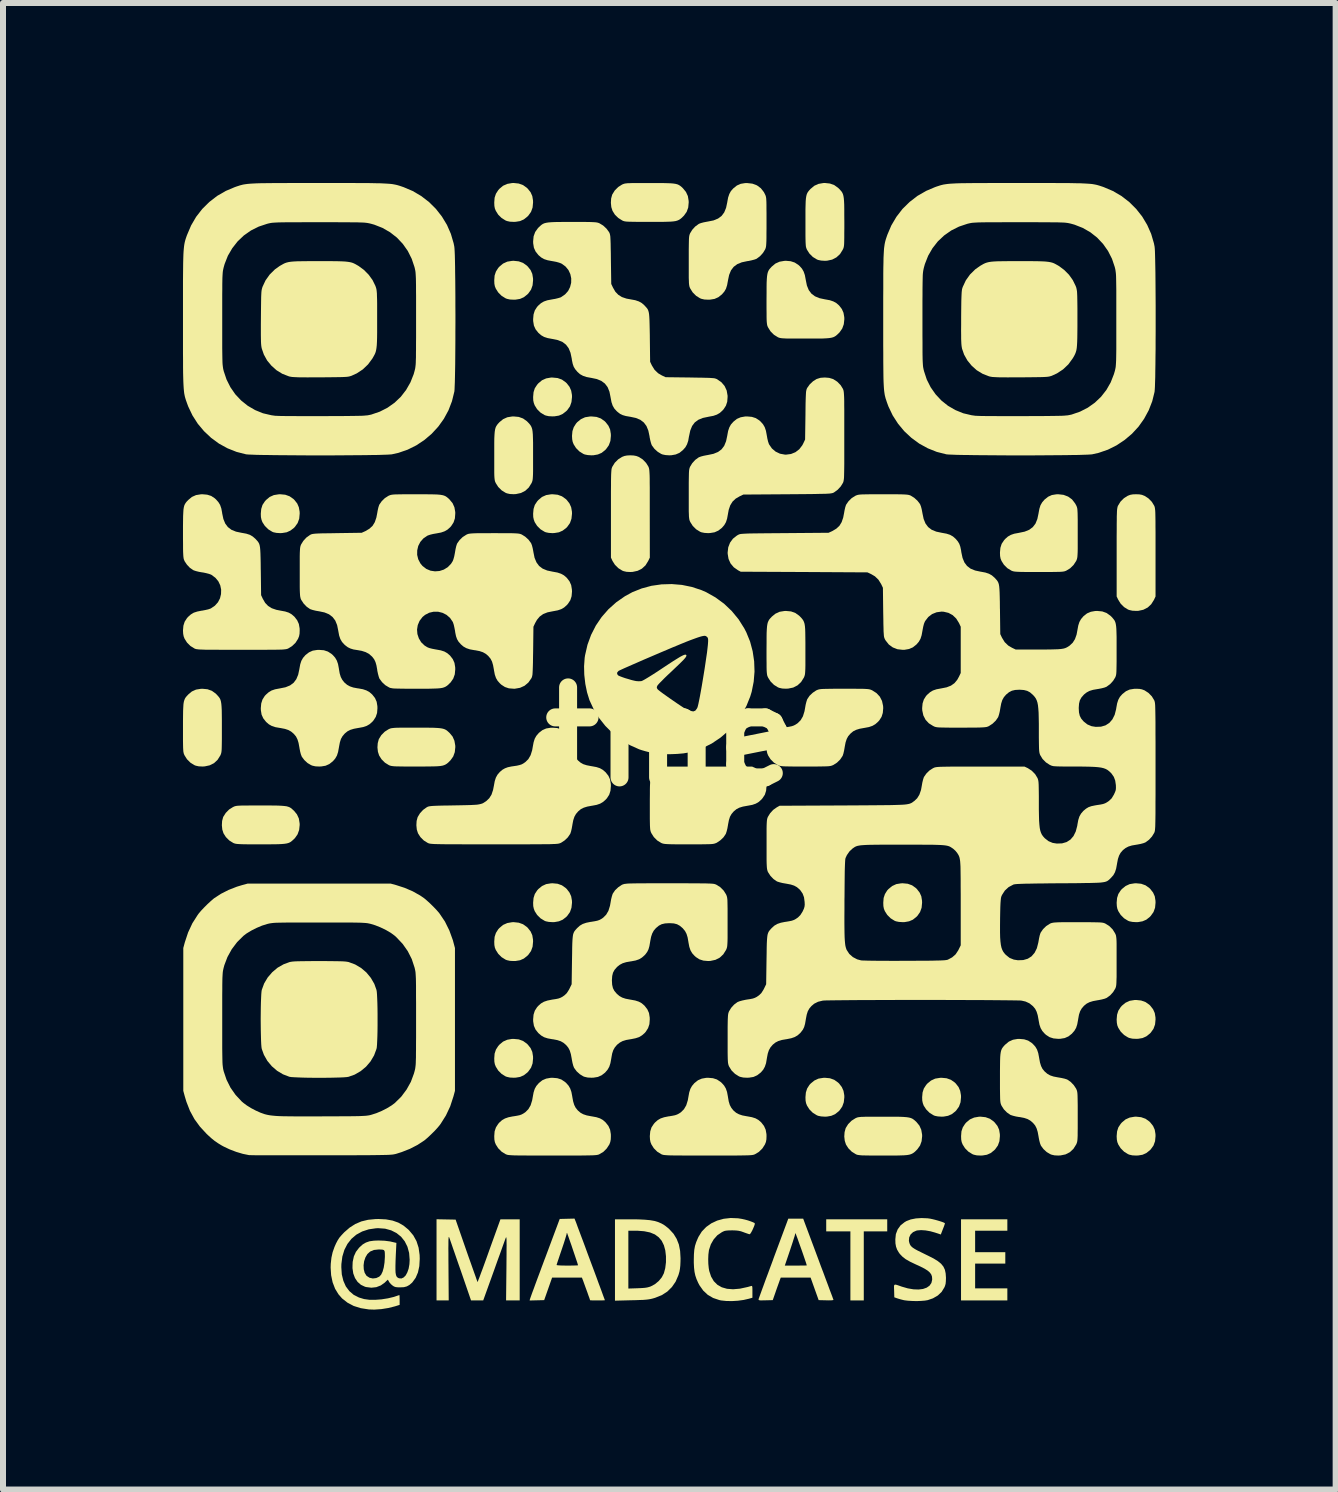
<source format=kicad_pcb>
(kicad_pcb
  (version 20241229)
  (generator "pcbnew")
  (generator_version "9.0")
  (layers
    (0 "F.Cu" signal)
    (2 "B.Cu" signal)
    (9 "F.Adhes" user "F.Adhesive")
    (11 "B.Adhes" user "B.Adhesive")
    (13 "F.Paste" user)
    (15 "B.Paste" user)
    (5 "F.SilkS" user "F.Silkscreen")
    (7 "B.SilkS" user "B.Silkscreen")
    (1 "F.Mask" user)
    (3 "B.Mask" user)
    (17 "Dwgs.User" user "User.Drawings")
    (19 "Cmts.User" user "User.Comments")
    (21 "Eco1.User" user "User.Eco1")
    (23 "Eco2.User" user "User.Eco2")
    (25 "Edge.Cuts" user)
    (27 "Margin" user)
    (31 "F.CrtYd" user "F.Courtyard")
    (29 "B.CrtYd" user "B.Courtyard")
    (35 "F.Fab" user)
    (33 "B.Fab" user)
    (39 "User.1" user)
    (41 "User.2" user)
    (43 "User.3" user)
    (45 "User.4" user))
  (footprint "tme"
    (layer "F.Cu")
    (at 8.133 9.229)
    (property "Reference" "tme" (at 0 0 0) (layer "F.SilkS") (effects (font (size 1.5 1.5) (thickness 0.3))))
    (attr board_only exclude_from_pos_files exclude_from_bom)
    (fp_poly (pts (xy 3.605 8.144) (xy 3.605 8.245) (xy 3.41 8.245) (xy 3.214 8.245) (xy 3.214 8.821) (xy 3.214 9.396) (xy 3.102 9.396) (xy 2.991 9.396) (xy 2.991 8.821) (xy 2.991 8.245) (xy 2.789 8.245) (xy 2.588 8.245) (xy 2.588 8.144) (xy 2.588 8.044) (xy 3.097 8.044) (xy 3.605 8.044)) (stroke (width 0) (type solid)) (fill yes) (layer "F.SilkS"))
    (fp_poly (pts (xy 5.607 8.139) (xy 5.607 8.234) (xy 5.338 8.234) (xy 5.07 8.234) (xy 5.07 8.413) (xy 5.07 8.592) (xy 5.321 8.592) (xy 5.573 8.592) (xy 5.573 8.687) (xy 5.573 8.782) (xy 5.321 8.782) (xy 5.07 8.782) (xy 5.07 8.988) (xy 5.07 9.195) (xy 5.338 9.195) (xy 5.607 9.195) (xy 5.607 9.296) (xy 5.607 9.396) (xy 5.221 9.396) (xy 4.835 9.396) (xy 4.835 8.72) (xy 4.835 8.044) (xy 5.221 8.044) (xy 5.607 8.044)) (stroke (width 0) (type solid)) (fill yes) (layer "F.SilkS"))
    (fp_poly (pts (xy -6.428 -4.033) (xy -6.356 -4.007) (xy -6.292 -3.962) (xy -6.275 -3.945) (xy -6.229 -3.887) (xy -6.202 -3.824) (xy -6.189 -3.75) (xy -6.188 -3.717) (xy -6.196 -3.633) (xy -6.222 -3.561) (xy -6.267 -3.498) (xy -6.284 -3.48) (xy -6.343 -3.435) (xy -6.405 -3.407) (xy -6.479 -3.395) (xy -6.512 -3.393) (xy -6.575 -3.397) (xy -6.624 -3.407) (xy -6.646 -3.416) (xy -6.712 -3.457) (xy -6.769 -3.514) (xy -6.81 -3.577) (xy -6.825 -3.618) (xy -6.834 -3.66) (xy -6.836 -3.714) (xy -6.836 -3.717) (xy -6.829 -3.796) (xy -6.808 -3.863) (xy -6.769 -3.922) (xy -6.749 -3.945) (xy -6.688 -3.996) (xy -6.619 -4.027) (xy -6.538 -4.04) (xy -6.512 -4.041)) (stroke (width 0) (type solid)) (fill yes) (layer "F.SilkS"))
    (fp_poly (pts (xy -2.537 -9.22) (xy -2.465 -9.194) (xy -2.402 -9.149) (xy -2.385 -9.132) (xy -2.339 -9.074) (xy -2.311 -9.011) (xy -2.299 -8.938) (xy -2.298 -8.905) (xy -2.306 -8.82) (xy -2.332 -8.748) (xy -2.377 -8.685) (xy -2.394 -8.668) (xy -2.452 -8.622) (xy -2.515 -8.594) (xy -2.588 -8.582) (xy -2.622 -8.581) (xy -2.684 -8.584) (xy -2.733 -8.595) (xy -2.756 -8.604) (xy -2.822 -8.645) (xy -2.879 -8.701) (xy -2.919 -8.765) (xy -2.935 -8.805) (xy -2.943 -8.847) (xy -2.945 -8.901) (xy -2.945 -8.905) (xy -2.939 -8.984) (xy -2.917 -9.05) (xy -2.879 -9.109) (xy -2.859 -9.132) (xy -2.798 -9.183) (xy -2.728 -9.214) (xy -2.648 -9.228) (xy -2.622 -9.229)) (stroke (width 0) (type solid)) (fill yes) (layer "F.SilkS"))
    (fp_poly (pts (xy -2.537 -7.923) (xy -2.465 -7.897) (xy -2.402 -7.852) (xy -2.385 -7.835) (xy -2.339 -7.777) (xy -2.311 -7.714) (xy -2.299 -7.641) (xy -2.298 -7.608) (xy -2.306 -7.524) (xy -2.332 -7.451) (xy -2.377 -7.388) (xy -2.394 -7.371) (xy -2.452 -7.325) (xy -2.515 -7.297) (xy -2.588 -7.285) (xy -2.622 -7.284) (xy -2.684 -7.287) (xy -2.733 -7.298) (xy -2.756 -7.307) (xy -2.822 -7.348) (xy -2.879 -7.405) (xy -2.919 -7.468) (xy -2.935 -7.508) (xy -2.943 -7.55) (xy -2.945 -7.604) (xy -2.945 -7.608) (xy -2.939 -7.687) (xy -2.917 -7.753) (xy -2.879 -7.813) (xy -2.859 -7.835) (xy -2.798 -7.886) (xy -2.728 -7.918) (xy -2.648 -7.931) (xy -2.622 -7.932)) (stroke (width 0) (type solid)) (fill yes) (layer "F.SilkS"))
    (fp_poly (pts (xy -2.537 3.1) (xy -2.465 3.126) (xy -2.402 3.171) (xy -2.385 3.188) (xy -2.339 3.246) (xy -2.311 3.309) (xy -2.299 3.382) (xy -2.298 3.415) (xy -2.306 3.5) (xy -2.332 3.572) (xy -2.377 3.635) (xy -2.394 3.652) (xy -2.452 3.698) (xy -2.515 3.726) (xy -2.588 3.738) (xy -2.622 3.739) (xy -2.684 3.736) (xy -2.733 3.725) (xy -2.756 3.716) (xy -2.822 3.675) (xy -2.879 3.618) (xy -2.919 3.555) (xy -2.935 3.515) (xy -2.943 3.473) (xy -2.945 3.419) (xy -2.945 3.415) (xy -2.939 3.336) (xy -2.917 3.27) (xy -2.879 3.21) (xy -2.859 3.188) (xy -2.798 3.137) (xy -2.728 3.106) (xy -2.648 3.092) (xy -2.622 3.091)) (stroke (width 0) (type solid)) (fill yes) (layer "F.SilkS"))
    (fp_poly (pts (xy -2.537 5.045) (xy -2.465 5.071) (xy -2.402 5.116) (xy -2.385 5.133) (xy -2.339 5.191) (xy -2.311 5.254) (xy -2.299 5.327) (xy -2.298 5.361) (xy -2.306 5.445) (xy -2.332 5.517) (xy -2.377 5.58) (xy -2.394 5.598) (xy -2.452 5.643) (xy -2.515 5.671) (xy -2.588 5.683) (xy -2.622 5.684) (xy -2.684 5.681) (xy -2.733 5.67) (xy -2.756 5.662) (xy -2.822 5.621) (xy -2.879 5.564) (xy -2.919 5.5) (xy -2.935 5.46) (xy -2.943 5.418) (xy -2.945 5.364) (xy -2.945 5.361) (xy -2.939 5.282) (xy -2.917 5.215) (xy -2.879 5.156) (xy -2.859 5.133) (xy -2.798 5.082) (xy -2.728 5.051) (xy -2.648 5.037) (xy -2.622 5.037)) (stroke (width 0) (type solid)) (fill yes) (layer "F.SilkS"))
    (fp_poly (pts (xy -1.889 -5.978) (xy -1.817 -5.952) (xy -1.754 -5.907) (xy -1.736 -5.89) (xy -1.691 -5.832) (xy -1.663 -5.769) (xy -1.65 -5.696) (xy -1.649 -5.662) (xy -1.658 -5.578) (xy -1.683 -5.506) (xy -1.728 -5.443) (xy -1.745 -5.426) (xy -1.804 -5.38) (xy -1.867 -5.352) (xy -1.94 -5.34) (xy -1.973 -5.339) (xy -2.036 -5.342) (xy -2.085 -5.353) (xy -2.107 -5.361) (xy -2.174 -5.402) (xy -2.231 -5.459) (xy -2.271 -5.523) (xy -2.286 -5.563) (xy -2.295 -5.605) (xy -2.297 -5.659) (xy -2.297 -5.662) (xy -2.29 -5.742) (xy -2.269 -5.808) (xy -2.23 -5.867) (xy -2.21 -5.89) (xy -2.149 -5.941) (xy -2.08 -5.972) (xy -2 -5.986) (xy -1.973 -5.986)) (stroke (width 0) (type solid)) (fill yes) (layer "F.SilkS"))
    (fp_poly (pts (xy -1.889 -4.033) (xy -1.817 -4.007) (xy -1.754 -3.962) (xy -1.736 -3.945) (xy -1.691 -3.887) (xy -1.663 -3.824) (xy -1.65 -3.75) (xy -1.649 -3.717) (xy -1.658 -3.633) (xy -1.683 -3.561) (xy -1.728 -3.498) (xy -1.745 -3.48) (xy -1.804 -3.435) (xy -1.867 -3.407) (xy -1.94 -3.395) (xy -1.973 -3.393) (xy -2.036 -3.397) (xy -2.085 -3.407) (xy -2.107 -3.416) (xy -2.174 -3.457) (xy -2.231 -3.514) (xy -2.271 -3.577) (xy -2.286 -3.618) (xy -2.295 -3.66) (xy -2.297 -3.714) (xy -2.297 -3.717) (xy -2.29 -3.796) (xy -2.269 -3.863) (xy -2.23 -3.922) (xy -2.21 -3.945) (xy -2.149 -3.996) (xy -2.08 -4.027) (xy -2 -4.04) (xy -1.973 -4.041)) (stroke (width 0) (type solid)) (fill yes) (layer "F.SilkS"))
    (fp_poly (pts (xy -1.889 2.451) (xy -1.817 2.477) (xy -1.754 2.522) (xy -1.736 2.539) (xy -1.691 2.598) (xy -1.663 2.66) (xy -1.65 2.734) (xy -1.649 2.767) (xy -1.658 2.851) (xy -1.683 2.923) (xy -1.728 2.986) (xy -1.745 3.004) (xy -1.804 3.05) (xy -1.867 3.077) (xy -1.94 3.09) (xy -1.973 3.091) (xy -2.036 3.087) (xy -2.085 3.077) (xy -2.107 3.068) (xy -2.174 3.027) (xy -2.231 2.97) (xy -2.271 2.907) (xy -2.286 2.866) (xy -2.295 2.824) (xy -2.297 2.77) (xy -2.297 2.767) (xy -2.29 2.688) (xy -2.269 2.622) (xy -2.23 2.562) (xy -2.21 2.539) (xy -2.149 2.489) (xy -2.08 2.457) (xy -2 2.444) (xy -1.973 2.443)) (stroke (width 0) (type solid)) (fill yes) (layer "F.SilkS"))
    (fp_poly (pts (xy -1.24 -5.33) (xy -1.168 -5.304) (xy -1.105 -5.259) (xy -1.088 -5.242) (xy -1.042 -5.183) (xy -1.014 -5.121) (xy -1.002 -5.047) (xy -1.001 -5.014) (xy -1.009 -4.93) (xy -1.035 -4.858) (xy -1.08 -4.795) (xy -1.097 -4.777) (xy -1.155 -4.731) (xy -1.218 -4.704) (xy -1.291 -4.691) (xy -1.325 -4.69) (xy -1.387 -4.694) (xy -1.436 -4.704) (xy -1.459 -4.713) (xy -1.525 -4.754) (xy -1.582 -4.811) (xy -1.622 -4.874) (xy -1.638 -4.915) (xy -1.646 -4.957) (xy -1.649 -5.011) (xy -1.649 -5.014) (xy -1.642 -5.093) (xy -1.62 -5.159) (xy -1.582 -5.219) (xy -1.562 -5.242) (xy -1.501 -5.292) (xy -1.432 -5.324) (xy -1.351 -5.337) (xy -1.325 -5.338)) (stroke (width 0) (type solid)) (fill yes) (layer "F.SilkS"))
    (fp_poly (pts (xy 2.65 5.693) (xy 2.722 5.719) (xy 2.785 5.764) (xy 2.803 5.781) (xy 2.848 5.84) (xy 2.876 5.903) (xy 2.889 5.976) (xy 2.89 6.009) (xy 2.881 6.093) (xy 2.855 6.165) (xy 2.811 6.228) (xy 2.793 6.246) (xy 2.735 6.292) (xy 2.672 6.319) (xy 2.599 6.332) (xy 2.566 6.333) (xy 2.503 6.329) (xy 2.454 6.319) (xy 2.432 6.31) (xy 2.365 6.269) (xy 2.308 6.212) (xy 2.268 6.149) (xy 2.252 6.108) (xy 2.244 6.066) (xy 2.242 6.012) (xy 2.242 6.009) (xy 2.249 5.93) (xy 2.27 5.864) (xy 2.308 5.804) (xy 2.329 5.781) (xy 2.39 5.731) (xy 2.459 5.699) (xy 2.539 5.686) (xy 2.566 5.685)) (stroke (width 0) (type solid)) (fill yes) (layer "F.SilkS"))
    (fp_poly (pts (xy 3.947 2.451) (xy 4.019 2.477) (xy 4.082 2.522) (xy 4.099 2.539) (xy 4.145 2.598) (xy 4.173 2.66) (xy 4.185 2.734) (xy 4.186 2.767) (xy 4.178 2.851) (xy 4.152 2.923) (xy 4.108 2.986) (xy 4.09 3.004) (xy 4.032 3.05) (xy 3.969 3.077) (xy 3.896 3.09) (xy 3.863 3.091) (xy 3.8 3.087) (xy 3.751 3.077) (xy 3.728 3.068) (xy 3.662 3.027) (xy 3.605 2.97) (xy 3.565 2.907) (xy 3.549 2.866) (xy 3.541 2.824) (xy 3.539 2.77) (xy 3.539 2.767) (xy 3.545 2.688) (xy 3.567 2.622) (xy 3.605 2.562) (xy 3.626 2.539) (xy 3.687 2.489) (xy 3.756 2.457) (xy 3.836 2.444) (xy 3.863 2.443)) (stroke (width 0) (type solid)) (fill yes) (layer "F.SilkS"))
    (fp_poly (pts (xy 4.595 5.693) (xy 4.667 5.719) (xy 4.731 5.764) (xy 4.748 5.781) (xy 4.794 5.84) (xy 4.821 5.903) (xy 4.834 5.976) (xy 4.835 6.009) (xy 4.827 6.093) (xy 4.801 6.165) (xy 4.756 6.228) (xy 4.739 6.246) (xy 4.68 6.292) (xy 4.618 6.319) (xy 4.544 6.332) (xy 4.511 6.333) (xy 4.448 6.329) (xy 4.399 6.319) (xy 4.377 6.31) (xy 4.311 6.269) (xy 4.254 6.212) (xy 4.213 6.149) (xy 4.198 6.108) (xy 4.189 6.066) (xy 4.187 6.012) (xy 4.187 6.009) (xy 4.194 5.93) (xy 4.215 5.864) (xy 4.254 5.804) (xy 4.274 5.781) (xy 4.335 5.731) (xy 4.404 5.699) (xy 4.485 5.686) (xy 4.511 5.685)) (stroke (width 0) (type solid)) (fill yes) (layer "F.SilkS"))
    (fp_poly (pts (xy 5.244 6.342) (xy 5.316 6.368) (xy 5.379 6.413) (xy 5.396 6.43) (xy 5.442 6.488) (xy 5.47 6.551) (xy 5.482 6.624) (xy 5.483 6.657) (xy 5.475 6.742) (xy 5.449 6.814) (xy 5.404 6.877) (xy 5.387 6.894) (xy 5.329 6.94) (xy 5.266 6.968) (xy 5.193 6.98) (xy 5.159 6.981) (xy 5.097 6.978) (xy 5.048 6.967) (xy 5.025 6.958) (xy 4.959 6.917) (xy 4.902 6.86) (xy 4.862 6.797) (xy 4.846 6.757) (xy 4.838 6.715) (xy 4.836 6.661) (xy 4.836 6.657) (xy 4.842 6.578) (xy 4.864 6.512) (xy 4.902 6.453) (xy 4.922 6.43) (xy 4.983 6.379) (xy 5.053 6.348) (xy 5.133 6.334) (xy 5.159 6.333)) (stroke (width 0) (type solid)) (fill yes) (layer "F.SilkS"))
    (fp_poly (pts (xy 7.837 2.451) (xy 7.91 2.477) (xy 7.973 2.522) (xy 7.99 2.539) (xy 8.036 2.598) (xy 8.064 2.66) (xy 8.076 2.734) (xy 8.077 2.767) (xy 8.069 2.851) (xy 8.043 2.923) (xy 7.998 2.986) (xy 7.981 3.004) (xy 7.923 3.05) (xy 7.86 3.077) (xy 7.787 3.09) (xy 7.753 3.091) (xy 7.691 3.087) (xy 7.642 3.077) (xy 7.619 3.068) (xy 7.553 3.027) (xy 7.496 2.97) (xy 7.456 2.907) (xy 7.44 2.866) (xy 7.432 2.824) (xy 7.429 2.77) (xy 7.429 2.767) (xy 7.436 2.688) (xy 7.457 2.622) (xy 7.496 2.562) (xy 7.516 2.539) (xy 7.577 2.489) (xy 7.646 2.457) (xy 7.727 2.444) (xy 7.753 2.443)) (stroke (width 0) (type solid)) (fill yes) (layer "F.SilkS"))
    (fp_poly (pts (xy 7.837 4.397) (xy 7.91 4.423) (xy 7.973 4.467) (xy 7.99 4.484) (xy 8.036 4.543) (xy 8.064 4.606) (xy 8.076 4.679) (xy 8.077 4.712) (xy 8.069 4.796) (xy 8.043 4.868) (xy 7.998 4.932) (xy 7.981 4.949) (xy 7.923 4.995) (xy 7.86 5.023) (xy 7.787 5.035) (xy 7.753 5.036) (xy 7.691 5.033) (xy 7.642 5.022) (xy 7.619 5.013) (xy 7.553 4.972) (xy 7.496 4.915) (xy 7.456 4.852) (xy 7.44 4.812) (xy 7.432 4.769) (xy 7.429 4.716) (xy 7.429 4.712) (xy 7.436 4.633) (xy 7.457 4.567) (xy 7.496 4.507) (xy 7.516 4.484) (xy 7.577 4.434) (xy 7.646 4.402) (xy 7.727 4.389) (xy 7.753 4.388)) (stroke (width 0) (type solid)) (fill yes) (layer "F.SilkS"))
    (fp_poly (pts (xy 7.837 6.342) (xy 7.91 6.368) (xy 7.973 6.413) (xy 7.99 6.43) (xy 8.036 6.488) (xy 8.064 6.551) (xy 8.076 6.624) (xy 8.077 6.657) (xy 8.069 6.742) (xy 8.043 6.814) (xy 7.998 6.877) (xy 7.981 6.894) (xy 7.923 6.94) (xy 7.86 6.968) (xy 7.787 6.98) (xy 7.753 6.981) (xy 7.691 6.978) (xy 7.642 6.967) (xy 7.619 6.958) (xy 7.553 6.917) (xy 7.496 6.86) (xy 7.456 6.797) (xy 7.44 6.757) (xy 7.432 6.715) (xy 7.429 6.661) (xy 7.429 6.657) (xy 7.436 6.578) (xy 7.457 6.512) (xy 7.496 6.453) (xy 7.516 6.43) (xy 7.577 6.379) (xy 7.646 6.348) (xy 7.727 6.334) (xy 7.753 6.333)) (stroke (width 0) (type solid)) (fill yes) (layer "F.SilkS"))
    (fp_poly (pts (xy -0.621 -4.687) (xy -0.578 -4.679) (xy -0.538 -4.664) (xy -0.537 -4.663) (xy -0.47 -4.621) (xy -0.414 -4.563) (xy -0.375 -4.5) (xy -0.371 -4.489) (xy -0.367 -4.478) (xy -0.364 -4.464) (xy -0.361 -4.446) (xy -0.359 -4.421) (xy -0.357 -4.39) (xy -0.355 -4.348) (xy -0.354 -4.296) (xy -0.354 -4.231) (xy -0.353 -4.152) (xy -0.353 -4.056) (xy -0.353 -3.942) (xy -0.353 -3.809) (xy -0.353 -3.717) (xy -0.352 -2.985) (xy -0.379 -2.929) (xy -0.424 -2.856) (xy -0.484 -2.801) (xy -0.555 -2.765) (xy -0.638 -2.747) (xy -0.676 -2.745) (xy -0.739 -2.748) (xy -0.788 -2.759) (xy -0.811 -2.768) (xy -0.877 -2.809) (xy -0.934 -2.866) (xy -0.974 -2.929) (xy -1 -2.985) (xy -1 -3.717) (xy -1 -3.863) (xy -1 -3.989) (xy -1 -4.095) (xy -0.999 -4.184) (xy -0.999 -4.258) (xy -0.998 -4.318) (xy -0.997 -4.366) (xy -0.995 -4.403) (xy -0.993 -4.432) (xy -0.991 -4.453) (xy -0.988 -4.47) (xy -0.984 -4.482) (xy -0.98 -4.493) (xy -0.977 -4.5) (xy -0.936 -4.566) (xy -0.879 -4.623) (xy -0.816 -4.663) (xy -0.775 -4.679) (xy -0.733 -4.687) (xy -0.678 -4.69) (xy -0.676 -4.69)) (stroke (width 0) (type solid)) (fill yes) (layer "F.SilkS"))
    (fp_poly (pts (xy 7.808 -4.039) (xy 7.851 -4.031) (xy 7.891 -4.015) (xy 7.893 -4.015) (xy 7.959 -3.972) (xy 8.015 -3.915) (xy 8.054 -3.851) (xy 8.059 -3.841) (xy 8.062 -3.829) (xy 8.066 -3.815) (xy 8.068 -3.797) (xy 8.071 -3.773) (xy 8.073 -3.741) (xy 8.074 -3.7) (xy 8.075 -3.648) (xy 8.076 -3.583) (xy 8.076 -3.503) (xy 8.077 -3.408) (xy 8.077 -3.294) (xy 8.077 -3.161) (xy 8.077 -3.069) (xy 8.077 -2.337) (xy 8.051 -2.281) (xy 8.005 -2.208) (xy 7.946 -2.153) (xy 7.874 -2.116) (xy 7.791 -2.098) (xy 7.753 -2.097) (xy 7.691 -2.1) (xy 7.642 -2.111) (xy 7.619 -2.119) (xy 7.553 -2.16) (xy 7.496 -2.217) (xy 7.456 -2.281) (xy 7.429 -2.337) (xy 7.429 -3.069) (xy 7.429 -3.215) (xy 7.429 -3.34) (xy 7.43 -3.447) (xy 7.43 -3.536) (xy 7.431 -3.61) (xy 7.431 -3.669) (xy 7.433 -3.717) (xy 7.434 -3.754) (xy 7.436 -3.783) (xy 7.439 -3.805) (xy 7.442 -3.821) (xy 7.445 -3.834) (xy 7.449 -3.845) (xy 7.452 -3.851) (xy 7.493 -3.918) (xy 7.55 -3.975) (xy 7.613 -4.015) (xy 7.654 -4.031) (xy 7.697 -4.039) (xy 7.751 -4.041) (xy 7.753 -4.041)) (stroke (width 0) (type solid)) (fill yes) (layer "F.SilkS"))
    (fp_poly (pts (xy -6.836 1.146) (xy -6.723 1.146) (xy -6.629 1.147) (xy -6.553 1.148) (xy -6.492 1.151) (xy -6.444 1.155) (xy -6.406 1.16) (xy -6.375 1.169) (xy -6.351 1.179) (xy -6.329 1.193) (xy -6.309 1.211) (xy -6.286 1.232) (xy -6.284 1.233) (xy -6.234 1.294) (xy -6.202 1.363) (xy -6.189 1.444) (xy -6.188 1.47) (xy -6.197 1.554) (xy -6.223 1.627) (xy -6.267 1.69) (xy -6.284 1.707) (xy -6.307 1.728) (xy -6.328 1.746) (xy -6.349 1.76) (xy -6.374 1.771) (xy -6.403 1.779) (xy -6.441 1.785) (xy -6.488 1.789) (xy -6.548 1.792) (xy -6.623 1.793) (xy -6.716 1.794) (xy -6.828 1.794) (xy -6.836 1.794) (xy -6.943 1.794) (xy -7.03 1.794) (xy -7.099 1.793) (xy -7.154 1.792) (xy -7.195 1.79) (xy -7.226 1.788) (xy -7.25 1.785) (xy -7.268 1.781) (xy -7.283 1.776) (xy -7.295 1.771) (xy -7.361 1.73) (xy -7.418 1.673) (xy -7.458 1.61) (xy -7.478 1.548) (xy -7.485 1.476) (xy -7.481 1.404) (xy -7.464 1.341) (xy -7.462 1.336) (xy -7.42 1.27) (xy -7.364 1.213) (xy -7.3 1.173) (xy -7.285 1.166) (xy -7.271 1.16) (xy -7.255 1.156) (xy -7.234 1.152) (xy -7.207 1.15) (xy -7.17 1.148) (xy -7.122 1.147) (xy -7.059 1.147) (xy -6.981 1.146) (xy -6.883 1.146)) (stroke (width 0) (type solid)) (fill yes) (layer "F.SilkS"))
    (fp_poly (pts (xy -4.243 -0.151) (xy -4.129 -0.15) (xy -4.035 -0.15) (xy -3.959 -0.149) (xy -3.898 -0.146) (xy -3.85 -0.142) (xy -3.812 -0.136) (xy -3.782 -0.128) (xy -3.757 -0.117) (xy -3.736 -0.104) (xy -3.715 -0.086) (xy -3.692 -0.065) (xy -3.691 -0.064) (xy -3.64 -0.003) (xy -3.609 0.067) (xy -3.595 0.147) (xy -3.594 0.173) (xy -3.603 0.258) (xy -3.629 0.33) (xy -3.674 0.393) (xy -3.691 0.41) (xy -3.713 0.432) (xy -3.734 0.449) (xy -3.756 0.463) (xy -3.78 0.474) (xy -3.81 0.483) (xy -3.847 0.489) (xy -3.895 0.493) (xy -3.955 0.495) (xy -4.03 0.496) (xy -4.122 0.497) (xy -4.235 0.497) (xy -4.243 0.497) (xy -4.349 0.497) (xy -4.436 0.497) (xy -4.506 0.496) (xy -4.56 0.495) (xy -4.601 0.494) (xy -4.633 0.491) (xy -4.656 0.488) (xy -4.674 0.484) (xy -4.689 0.479) (xy -4.701 0.474) (xy -4.767 0.433) (xy -4.824 0.376) (xy -4.864 0.313) (xy -4.884 0.251) (xy -4.892 0.179) (xy -4.887 0.108) (xy -4.87 0.044) (xy -4.868 0.039) (xy -4.827 -0.027) (xy -4.77 -0.084) (xy -4.707 -0.124) (xy -4.692 -0.131) (xy -4.677 -0.137) (xy -4.661 -0.141) (xy -4.64 -0.144) (xy -4.613 -0.147) (xy -4.576 -0.149) (xy -4.528 -0.15) (xy -4.466 -0.15) (xy -4.387 -0.151) (xy -4.289 -0.151)) (stroke (width 0) (type solid)) (fill yes) (layer "F.SilkS"))
    (fp_poly (pts (xy -0.352 -9.228) (xy -0.239 -9.228) (xy -0.145 -9.228) (xy -0.069 -9.226) (xy -0.008 -9.224) (xy 0.041 -9.22) (xy 0.079 -9.214) (xy 0.109 -9.206) (xy 0.133 -9.195) (xy 0.155 -9.181) (xy 0.176 -9.164) (xy 0.198 -9.143) (xy 0.2 -9.141) (xy 0.25 -9.08) (xy 0.282 -9.011) (xy 0.295 -8.931) (xy 0.296 -8.905) (xy 0.288 -8.82) (xy 0.262 -8.748) (xy 0.217 -8.685) (xy 0.2 -8.668) (xy 0.177 -8.646) (xy 0.156 -8.629) (xy 0.135 -8.615) (xy 0.11 -8.604) (xy 0.081 -8.595) (xy 0.043 -8.589) (xy -0.004 -8.585) (xy -0.064 -8.583) (xy -0.139 -8.581) (xy -0.232 -8.581) (xy -0.344 -8.581) (xy -0.352 -8.581) (xy -0.459 -8.581) (xy -0.546 -8.581) (xy -0.615 -8.582) (xy -0.669 -8.583) (xy -0.711 -8.584) (xy -0.742 -8.586) (xy -0.766 -8.589) (xy -0.784 -8.593) (xy -0.798 -8.598) (xy -0.811 -8.604) (xy -0.877 -8.645) (xy -0.934 -8.701) (xy -0.974 -8.765) (xy -0.994 -8.827) (xy -1.001 -8.898) (xy -0.997 -8.97) (xy -0.98 -9.033) (xy -0.977 -9.039) (xy -0.936 -9.105) (xy -0.879 -9.162) (xy -0.816 -9.202) (xy -0.801 -9.209) (xy -0.787 -9.214) (xy -0.77 -9.219) (xy -0.75 -9.222) (xy -0.722 -9.225) (xy -0.686 -9.226) (xy -0.638 -9.228) (xy -0.575 -9.228) (xy -0.497 -9.228) (xy -0.399 -9.228)) (stroke (width 0) (type solid)) (fill yes) (layer "F.SilkS"))
    (fp_poly (pts (xy 3.538 6.334) (xy 3.652 6.334) (xy 3.746 6.334) (xy 3.822 6.335) (xy 3.883 6.338) (xy 3.931 6.342) (xy 3.969 6.348) (xy 3.999 6.356) (xy 4.024 6.367) (xy 4.045 6.381) (xy 4.066 6.398) (xy 4.089 6.419) (xy 4.09 6.42) (xy 4.141 6.482) (xy 4.172 6.551) (xy 4.186 6.631) (xy 4.187 6.657) (xy 4.178 6.742) (xy 4.152 6.814) (xy 4.107 6.877) (xy 4.09 6.894) (xy 4.068 6.916) (xy 4.047 6.933) (xy 4.025 6.947) (xy 4.001 6.958) (xy 3.971 6.967) (xy 3.934 6.973) (xy 3.886 6.977) (xy 3.826 6.979) (xy 3.751 6.981) (xy 3.659 6.981) (xy 3.546 6.981) (xy 3.538 6.981) (xy 3.432 6.981) (xy 3.345 6.981) (xy 3.275 6.98) (xy 3.221 6.979) (xy 3.179 6.978) (xy 3.148 6.975) (xy 3.125 6.972) (xy 3.107 6.969) (xy 3.092 6.964) (xy 3.08 6.958) (xy 3.014 6.917) (xy 2.957 6.86) (xy 2.917 6.797) (xy 2.897 6.735) (xy 2.889 6.664) (xy 2.894 6.592) (xy 2.911 6.529) (xy 2.913 6.523) (xy 2.954 6.457) (xy 3.011 6.4) (xy 3.074 6.36) (xy 3.089 6.353) (xy 3.104 6.347) (xy 3.12 6.343) (xy 3.141 6.34) (xy 3.168 6.337) (xy 3.205 6.336) (xy 3.253 6.334) (xy 3.315 6.334) (xy 3.394 6.334) (xy 3.492 6.334)) (stroke (width 0) (type solid)) (fill yes) (layer "F.SilkS"))
    (fp_poly (pts (xy -7.725 -0.791) (xy -7.652 -0.765) (xy -7.589 -0.72) (xy -7.572 -0.703) (xy -7.551 -0.68) (xy -7.533 -0.659) (xy -7.519 -0.638) (xy -7.508 -0.614) (xy -7.5 -0.584) (xy -7.494 -0.546) (xy -7.49 -0.499) (xy -7.487 -0.439) (xy -7.486 -0.364) (xy -7.485 -0.271) (xy -7.485 -0.159) (xy -7.485 -0.151) (xy -7.485 -0.045) (xy -7.485 0.042) (xy -7.486 0.11) (xy -7.487 0.164) (xy -7.488 0.205) (xy -7.49 0.236) (xy -7.493 0.259) (xy -7.497 0.277) (xy -7.502 0.292) (xy -7.508 0.307) (xy -7.511 0.313) (xy -7.557 0.386) (xy -7.616 0.441) (xy -7.688 0.477) (xy -7.771 0.495) (xy -7.809 0.497) (xy -7.871 0.494) (xy -7.92 0.483) (xy -7.943 0.474) (xy -8.009 0.433) (xy -8.066 0.376) (xy -8.106 0.313) (xy -8.113 0.298) (xy -8.119 0.284) (xy -8.123 0.267) (xy -8.127 0.247) (xy -8.129 0.219) (xy -8.131 0.183) (xy -8.132 0.135) (xy -8.133 0.072) (xy -8.133 -0.007) (xy -8.133 -0.104) (xy -8.133 -0.151) (xy -8.133 -0.265) (xy -8.132 -0.358) (xy -8.131 -0.434) (xy -8.128 -0.495) (xy -8.125 -0.544) (xy -8.119 -0.582) (xy -8.11 -0.612) (xy -8.1 -0.636) (xy -8.086 -0.658) (xy -8.068 -0.679) (xy -8.047 -0.701) (xy -8.046 -0.703) (xy -7.985 -0.754) (xy -7.916 -0.785) (xy -7.835 -0.798) (xy -7.809 -0.799)) (stroke (width 0) (type solid)) (fill yes) (layer "F.SilkS"))
    (fp_poly (pts (xy -2.537 -5.33) (xy -2.465 -5.304) (xy -2.402 -5.259) (xy -2.385 -5.242) (xy -2.363 -5.219) (xy -2.346 -5.198) (xy -2.332 -5.177) (xy -2.321 -5.152) (xy -2.312 -5.123) (xy -2.306 -5.085) (xy -2.302 -5.038) (xy -2.3 -4.978) (xy -2.298 -4.903) (xy -2.298 -4.81) (xy -2.298 -4.698) (xy -2.298 -4.69) (xy -2.298 -4.584) (xy -2.298 -4.497) (xy -2.298 -4.428) (xy -2.299 -4.375) (xy -2.301 -4.334) (xy -2.303 -4.303) (xy -2.306 -4.279) (xy -2.31 -4.262) (xy -2.315 -4.247) (xy -2.321 -4.232) (xy -2.324 -4.226) (xy -2.37 -4.153) (xy -2.429 -4.098) (xy -2.5 -4.062) (xy -2.584 -4.044) (xy -2.622 -4.042) (xy -2.684 -4.045) (xy -2.733 -4.056) (xy -2.756 -4.065) (xy -2.822 -4.106) (xy -2.879 -4.163) (xy -2.919 -4.226) (xy -2.926 -4.241) (xy -2.932 -4.255) (xy -2.936 -4.272) (xy -2.939 -4.292) (xy -2.942 -4.32) (xy -2.944 -4.356) (xy -2.945 -4.404) (xy -2.945 -4.467) (xy -2.945 -4.545) (xy -2.945 -4.643) (xy -2.945 -4.69) (xy -2.945 -4.803) (xy -2.945 -4.897) (xy -2.944 -4.973) (xy -2.941 -5.034) (xy -2.937 -5.083) (xy -2.931 -5.121) (xy -2.923 -5.151) (xy -2.912 -5.175) (xy -2.898 -5.197) (xy -2.881 -5.218) (xy -2.86 -5.24) (xy -2.859 -5.242) (xy -2.798 -5.292) (xy -2.728 -5.324) (xy -2.648 -5.337) (xy -2.622 -5.338)) (stroke (width 0) (type solid)) (fill yes) (layer "F.SilkS"))
    (fp_poly (pts (xy 2.002 -2.088) (xy 2.074 -2.062) (xy 2.137 -2.017) (xy 2.154 -2) (xy 2.176 -1.977) (xy 2.193 -1.956) (xy 2.207 -1.935) (xy 2.218 -1.91) (xy 2.227 -1.881) (xy 2.233 -1.843) (xy 2.237 -1.796) (xy 2.239 -1.736) (xy 2.24 -1.661) (xy 2.241 -1.568) (xy 2.241 -1.456) (xy 2.241 -1.448) (xy 2.241 -1.342) (xy 2.241 -1.255) (xy 2.241 -1.186) (xy 2.24 -1.133) (xy 2.238 -1.091) (xy 2.236 -1.061) (xy 2.233 -1.037) (xy 2.229 -1.02) (xy 2.224 -1.005) (xy 2.218 -0.99) (xy 2.215 -0.984) (xy 2.169 -0.911) (xy 2.11 -0.856) (xy 2.038 -0.819) (xy 1.955 -0.802) (xy 1.917 -0.8) (xy 1.855 -0.803) (xy 1.806 -0.814) (xy 1.783 -0.823) (xy 1.717 -0.864) (xy 1.66 -0.921) (xy 1.62 -0.984) (xy 1.613 -0.999) (xy 1.607 -1.013) (xy 1.603 -1.029) (xy 1.6 -1.05) (xy 1.597 -1.078) (xy 1.595 -1.114) (xy 1.594 -1.162) (xy 1.594 -1.225) (xy 1.593 -1.303) (xy 1.593 -1.401) (xy 1.593 -1.448) (xy 1.594 -1.561) (xy 1.594 -1.655) (xy 1.595 -1.731) (xy 1.598 -1.792) (xy 1.602 -1.841) (xy 1.608 -1.879) (xy 1.616 -1.909) (xy 1.627 -1.933) (xy 1.64 -1.955) (xy 1.658 -1.976) (xy 1.679 -1.998) (xy 1.68 -2) (xy 1.741 -2.05) (xy 1.811 -2.082) (xy 1.891 -2.095) (xy 1.917 -2.096)) (stroke (width 0) (type solid)) (fill yes) (layer "F.SilkS"))
    (fp_poly (pts (xy 2.65 -9.22) (xy 2.722 -9.194) (xy 2.785 -9.149) (xy 2.803 -9.132) (xy 2.824 -9.109) (xy 2.842 -9.089) (xy 2.856 -9.067) (xy 2.867 -9.043) (xy 2.875 -9.013) (xy 2.881 -8.976) (xy 2.885 -8.928) (xy 2.888 -8.868) (xy 2.889 -8.793) (xy 2.889 -8.701) (xy 2.89 -8.588) (xy 2.89 -8.58) (xy 2.89 -8.474) (xy 2.889 -8.388) (xy 2.889 -8.319) (xy 2.888 -8.265) (xy 2.887 -8.224) (xy 2.885 -8.193) (xy 2.882 -8.17) (xy 2.878 -8.152) (xy 2.873 -8.137) (xy 2.866 -8.123) (xy 2.863 -8.116) (xy 2.818 -8.044) (xy 2.758 -7.989) (xy 2.687 -7.952) (xy 2.604 -7.934) (xy 2.566 -7.932) (xy 2.503 -7.936) (xy 2.454 -7.946) (xy 2.432 -7.955) (xy 2.365 -7.996) (xy 2.308 -8.053) (xy 2.268 -8.116) (xy 2.261 -8.131) (xy 2.256 -8.146) (xy 2.251 -8.162) (xy 2.248 -8.183) (xy 2.246 -8.21) (xy 2.244 -8.247) (xy 2.243 -8.295) (xy 2.242 -8.357) (xy 2.242 -8.436) (xy 2.242 -8.534) (xy 2.242 -8.58) (xy 2.242 -8.694) (xy 2.242 -8.788) (xy 2.244 -8.864) (xy 2.246 -8.925) (xy 2.25 -8.973) (xy 2.256 -9.011) (xy 2.264 -9.041) (xy 2.275 -9.066) (xy 2.289 -9.087) (xy 2.306 -9.108) (xy 2.327 -9.131) (xy 2.329 -9.132) (xy 2.39 -9.183) (xy 2.459 -9.214) (xy 2.539 -9.228) (xy 2.566 -9.229)) (stroke (width 0) (type solid)) (fill yes) (layer "F.SilkS"))
    (fp_poly (pts (xy -0.546 8.045) (xy -0.441 8.05) (xy -0.352 8.058) (xy -0.276 8.071) (xy -0.212 8.09) (xy -0.155 8.115) (xy -0.102 8.147) (xy -0.051 8.187) (xy -0.025 8.211) (xy 0.044 8.286) (xy 0.095 8.37) (xy 0.132 8.464) (xy 0.153 8.571) (xy 0.16 8.693) (xy 0.159 8.748) (xy 0.156 8.816) (xy 0.15 8.87) (xy 0.142 8.915) (xy 0.129 8.96) (xy 0.124 8.976) (xy 0.078 9.083) (xy 0.016 9.173) (xy -0.06 9.248) (xy -0.153 9.308) (xy -0.263 9.352) (xy -0.304 9.364) (xy -0.337 9.372) (xy -0.371 9.378) (xy -0.412 9.383) (xy -0.461 9.387) (xy -0.524 9.389) (xy -0.603 9.392) (xy -0.662 9.393) (xy -0.933 9.4) (xy -0.933 8.722) (xy -0.933 8.716) (xy -0.71 8.716) (xy -0.71 9.198) (xy -0.556 9.193) (xy -0.488 9.19) (xy -0.436 9.186) (xy -0.396 9.18) (xy -0.362 9.171) (xy -0.336 9.162) (xy -0.267 9.125) (xy -0.204 9.073) (xy -0.152 9.01) (xy -0.118 8.944) (xy -0.095 8.858) (xy -0.083 8.76) (xy -0.083 8.66) (xy -0.094 8.563) (xy -0.117 8.478) (xy -0.118 8.476) (xy -0.154 8.402) (xy -0.204 8.343) (xy -0.268 8.296) (xy -0.348 8.263) (xy -0.445 8.243) (xy -0.56 8.234) (xy -0.59 8.234) (xy -0.71 8.234) (xy -0.71 8.716) (xy -0.933 8.716) (xy -0.933 8.044) (xy -0.67 8.044)) (stroke (width 0) (type solid)) (fill yes) (layer "F.SilkS"))
    (fp_poly (pts (xy 2.455 8.705) (xy 2.498 8.822) (xy 2.54 8.932) (xy 2.578 9.035) (xy 2.613 9.128) (xy 2.643 9.21) (xy 2.669 9.278) (xy 2.689 9.331) (xy 2.702 9.368) (xy 2.709 9.386) (xy 2.709 9.387) (xy 2.7 9.391) (xy 2.673 9.394) (xy 2.63 9.395) (xy 2.588 9.394) (xy 2.462 9.391) (xy 2.395 9.204) (xy 2.328 9.016) (xy 2.079 9.016) (xy 1.83 9.016) (xy 1.812 9.064) (xy 1.802 9.093) (xy 1.786 9.137) (xy 1.767 9.19) (xy 1.747 9.247) (xy 1.746 9.251) (xy 1.697 9.391) (xy 1.577 9.394) (xy 1.524 9.395) (xy 1.49 9.395) (xy 1.47 9.392) (xy 1.462 9.387) (xy 1.46 9.379) (xy 1.461 9.376) (xy 1.465 9.362) (xy 1.477 9.329) (xy 1.495 9.279) (xy 1.519 9.213) (xy 1.548 9.134) (xy 1.581 9.043) (xy 1.619 8.942) (xy 1.659 8.833) (xy 1.666 8.815) (xy 1.898 8.815) (xy 2.081 8.815) (xy 2.142 8.815) (xy 2.194 8.814) (xy 2.235 8.814) (xy 2.259 8.813) (xy 2.264 8.812) (xy 2.26 8.798) (xy 2.251 8.768) (xy 2.236 8.724) (xy 2.218 8.671) (xy 2.197 8.61) (xy 2.175 8.547) (xy 2.152 8.483) (xy 2.13 8.422) (xy 2.111 8.367) (xy 2.094 8.322) (xy 2.082 8.29) (xy 2.075 8.274) (xy 2.074 8.274) (xy 2.07 8.29) (xy 2.061 8.325) (xy 2.045 8.374) (xy 2.026 8.435) (xy 2.003 8.504) (xy 1.986 8.556) (xy 1.898 8.815) (xy 1.666 8.815) (xy 1.702 8.718) (xy 1.71 8.694) (xy 1.956 8.033) (xy 2.08 8.033) (xy 2.204 8.033)) (stroke (width 0) (type solid)) (fill yes) (layer "F.SilkS"))
    (fp_poly (pts (xy -3.748 8.046) (xy -3.589 8.049) (xy -3.409 8.567) (xy -3.373 8.67) (xy -3.339 8.765) (xy -3.308 8.853) (xy -3.281 8.929) (xy -3.258 8.993) (xy -3.241 9.043) (xy -3.229 9.075) (xy -3.224 9.089) (xy -3.223 9.089) (xy -3.219 9.08) (xy -3.208 9.051) (xy -3.19 9.006) (xy -3.168 8.945) (xy -3.14 8.871) (xy -3.109 8.786) (xy -3.075 8.692) (xy -3.039 8.591) (xy -3.031 8.568) (xy -2.842 8.044) (xy -2.682 8.044) (xy -2.521 8.044) (xy -2.521 8.72) (xy -2.521 9.396) (xy -2.634 9.396) (xy -2.748 9.396) (xy -2.742 8.853) (xy -2.741 8.729) (xy -2.74 8.626) (xy -2.74 8.541) (xy -2.739 8.474) (xy -2.74 8.423) (xy -2.74 8.386) (xy -2.742 8.362) (xy -2.744 8.348) (xy -2.746 8.343) (xy -2.749 8.345) (xy -2.753 8.353) (xy -2.755 8.358) (xy -2.763 8.379) (xy -2.777 8.418) (xy -2.797 8.473) (xy -2.822 8.543) (xy -2.851 8.624) (xy -2.884 8.714) (xy -2.919 8.812) (xy -2.951 8.902) (xy -3.129 9.396) (xy -3.23 9.396) (xy -3.332 9.396) (xy -3.504 8.896) (xy -3.54 8.794) (xy -3.574 8.696) (xy -3.605 8.606) (xy -3.633 8.526) (xy -3.656 8.458) (xy -3.675 8.404) (xy -3.688 8.367) (xy -3.694 8.35) (xy -3.698 8.341) (xy -3.702 8.337) (xy -3.704 8.341) (xy -3.706 8.354) (xy -3.708 8.378) (xy -3.709 8.414) (xy -3.709 8.464) (xy -3.71 8.529) (xy -3.709 8.612) (xy -3.709 8.713) (xy -3.708 8.835) (xy -3.708 8.85) (xy -3.704 9.396) (xy -3.806 9.396) (xy -3.907 9.396) (xy -3.907 8.72) (xy -3.907 8.043)) (stroke (width 0) (type solid)) (fill yes) (layer "F.SilkS"))
    (fp_poly (pts (xy 1.996 -7.925) (xy 2.063 -7.903) (xy 2.122 -7.865) (xy 2.145 -7.845) (xy 2.184 -7.801) (xy 2.212 -7.752) (xy 2.232 -7.694) (xy 2.246 -7.62) (xy 2.247 -7.614) (xy 2.266 -7.52) (xy 2.297 -7.444) (xy 2.342 -7.384) (xy 2.401 -7.34) (xy 2.476 -7.309) (xy 2.57 -7.289) (xy 2.572 -7.289) (xy 2.648 -7.275) (xy 2.707 -7.255) (xy 2.756 -7.228) (xy 2.8 -7.19) (xy 2.803 -7.187) (xy 2.848 -7.129) (xy 2.876 -7.066) (xy 2.889 -6.992) (xy 2.89 -6.959) (xy 2.881 -6.875) (xy 2.855 -6.803) (xy 2.811 -6.74) (xy 2.793 -6.722) (xy 2.771 -6.701) (xy 2.75 -6.683) (xy 2.728 -6.669) (xy 2.704 -6.658) (xy 2.674 -6.65) (xy 2.637 -6.644) (xy 2.59 -6.64) (xy 2.529 -6.637) (xy 2.454 -6.636) (xy 2.362 -6.636) (xy 2.25 -6.636) (xy 2.242 -6.636) (xy 2.135 -6.636) (xy 2.048 -6.636) (xy 1.978 -6.636) (xy 1.924 -6.637) (xy 1.883 -6.639) (xy 1.851 -6.641) (xy 1.828 -6.644) (xy 1.81 -6.648) (xy 1.795 -6.653) (xy 1.783 -6.658) (xy 1.717 -6.699) (xy 1.66 -6.756) (xy 1.62 -6.82) (xy 1.613 -6.834) (xy 1.607 -6.849) (xy 1.603 -6.865) (xy 1.6 -6.886) (xy 1.597 -6.913) (xy 1.595 -6.95) (xy 1.594 -6.998) (xy 1.594 -7.06) (xy 1.593 -7.139) (xy 1.593 -7.237) (xy 1.593 -7.283) (xy 1.594 -7.397) (xy 1.594 -7.491) (xy 1.595 -7.567) (xy 1.598 -7.628) (xy 1.602 -7.676) (xy 1.608 -7.714) (xy 1.616 -7.744) (xy 1.627 -7.769) (xy 1.64 -7.79) (xy 1.658 -7.811) (xy 1.679 -7.834) (xy 1.68 -7.835) (xy 1.741 -7.886) (xy 1.81 -7.917) (xy 1.891 -7.931) (xy 1.917 -7.932)) (stroke (width 0) (type solid)) (fill yes) (layer "F.SilkS"))
    (fp_poly (pts (xy 6.544 -4.031) (xy 6.62 -4.002) (xy 6.685 -3.955) (xy 6.736 -3.889) (xy 6.754 -3.857) (xy 6.761 -3.842) (xy 6.766 -3.828) (xy 6.771 -3.811) (xy 6.774 -3.791) (xy 6.776 -3.763) (xy 6.778 -3.727) (xy 6.779 -3.678) (xy 6.78 -3.616) (xy 6.78 -3.537) (xy 6.78 -3.439) (xy 6.78 -3.393) (xy 6.78 -3.287) (xy 6.78 -3.2) (xy 6.78 -3.132) (xy 6.779 -3.078) (xy 6.777 -3.037) (xy 6.775 -3.006) (xy 6.772 -2.983) (xy 6.768 -2.965) (xy 6.763 -2.95) (xy 6.757 -2.935) (xy 6.754 -2.929) (xy 6.711 -2.863) (xy 6.654 -2.807) (xy 6.59 -2.768) (xy 6.576 -2.762) (xy 6.561 -2.757) (xy 6.542 -2.753) (xy 6.518 -2.75) (xy 6.485 -2.748) (xy 6.442 -2.747) (xy 6.386 -2.746) (xy 6.314 -2.745) (xy 6.225 -2.745) (xy 6.132 -2.745) (xy 6.025 -2.745) (xy 5.938 -2.745) (xy 5.869 -2.746) (xy 5.815 -2.747) (xy 5.773 -2.749) (xy 5.742 -2.751) (xy 5.719 -2.754) (xy 5.701 -2.758) (xy 5.686 -2.763) (xy 5.674 -2.768) (xy 5.607 -2.809) (xy 5.55 -2.866) (xy 5.51 -2.929) (xy 5.494 -2.969) (xy 5.486 -3.012) (xy 5.484 -3.065) (xy 5.484 -3.069) (xy 5.491 -3.148) (xy 5.512 -3.214) (xy 5.551 -3.273) (xy 5.571 -3.296) (xy 5.615 -3.335) (xy 5.663 -3.363) (xy 5.721 -3.383) (xy 5.796 -3.397) (xy 5.801 -3.398) (xy 5.896 -3.418) (xy 5.972 -3.449) (xy 6.031 -3.493) (xy 6.076 -3.552) (xy 6.107 -3.628) (xy 6.127 -3.722) (xy 6.127 -3.724) (xy 6.141 -3.799) (xy 6.16 -3.859) (xy 6.188 -3.907) (xy 6.226 -3.951) (xy 6.229 -3.954) (xy 6.287 -4) (xy 6.349 -4.028) (xy 6.423 -4.04) (xy 6.456 -4.041)) (stroke (width 0) (type solid)) (fill yes) (layer "F.SilkS"))
    (fp_poly (pts (xy -5.747 3.74) (xy -5.65 3.741) (xy -5.571 3.742) (xy -5.508 3.743) (xy -5.459 3.745) (xy -5.421 3.748) (xy -5.393 3.752) (xy -5.372 3.756) (xy -5.264 3.796) (xy -5.164 3.855) (xy -5.076 3.93) (xy -5.002 4.02) (xy -4.944 4.12) (xy -4.908 4.221) (xy -4.903 4.251) (xy -4.899 4.3) (xy -4.896 4.364) (xy -4.893 4.442) (xy -4.891 4.529) (xy -4.89 4.622) (xy -4.89 4.718) (xy -4.89 4.814) (xy -4.891 4.907) (xy -4.893 4.993) (xy -4.896 5.069) (xy -4.899 5.132) (xy -4.903 5.179) (xy -4.908 5.204) (xy -4.948 5.312) (xy -5.007 5.412) (xy -5.082 5.5) (xy -5.171 5.574) (xy -5.271 5.632) (xy -5.372 5.668) (xy -5.401 5.673) (xy -5.449 5.677) (xy -5.512 5.68) (xy -5.589 5.682) (xy -5.675 5.684) (xy -5.768 5.685) (xy -5.863 5.685) (xy -5.959 5.685) (xy -6.052 5.684) (xy -6.139 5.682) (xy -6.216 5.679) (xy -6.28 5.676) (xy -6.329 5.673) (xy -6.359 5.668) (xy -6.36 5.668) (xy -6.467 5.627) (xy -6.565 5.568) (xy -6.653 5.492) (xy -6.727 5.403) (xy -6.784 5.303) (xy -6.82 5.204) (xy -6.825 5.174) (xy -6.829 5.125) (xy -6.832 5.06) (xy -6.834 4.982) (xy -6.836 4.895) (xy -6.837 4.802) (xy -6.838 4.706) (xy -6.837 4.61) (xy -6.836 4.517) (xy -6.834 4.431) (xy -6.831 4.355) (xy -6.828 4.292) (xy -6.824 4.246) (xy -6.82 4.221) (xy -6.78 4.112) (xy -6.721 4.013) (xy -6.645 3.925) (xy -6.556 3.85) (xy -6.456 3.793) (xy -6.355 3.756) (xy -6.334 3.752) (xy -6.306 3.748) (xy -6.268 3.745) (xy -6.219 3.743) (xy -6.156 3.742) (xy -6.077 3.741) (xy -5.981 3.74) (xy -5.864 3.74)) (stroke (width 0) (type solid)) (fill yes) (layer "F.SilkS"))
    (fp_poly (pts (xy 1.409 0.524) (xy 1.481 0.57) (xy 1.536 0.629) (xy 1.573 0.701) (xy 1.591 0.784) (xy 1.593 0.822) (xy 1.586 0.901) (xy 1.565 0.967) (xy 1.526 1.026) (xy 1.506 1.049) (xy 1.462 1.088) (xy 1.414 1.116) (xy 1.356 1.136) (xy 1.282 1.15) (xy 1.275 1.151) (xy 1.199 1.165) (xy 1.14 1.183) (xy 1.093 1.207) (xy 1.051 1.241) (xy 1.045 1.247) (xy 1.01 1.288) (xy 0.984 1.334) (xy 0.966 1.391) (xy 0.952 1.463) (xy 0.95 1.476) (xy 0.941 1.527) (xy 0.929 1.576) (xy 0.917 1.613) (xy 0.913 1.622) (xy 0.875 1.678) (xy 0.822 1.728) (xy 0.764 1.767) (xy 0.755 1.771) (xy 0.74 1.777) (xy 0.725 1.782) (xy 0.707 1.786) (xy 0.682 1.789) (xy 0.65 1.791) (xy 0.606 1.792) (xy 0.55 1.793) (xy 0.478 1.794) (xy 0.389 1.794) (xy 0.296 1.794) (xy 0.189 1.794) (xy 0.103 1.794) (xy 0.033 1.793) (xy -0.021 1.792) (xy -0.063 1.79) (xy -0.094 1.788) (xy -0.117 1.785) (xy -0.135 1.781) (xy -0.15 1.776) (xy -0.162 1.771) (xy -0.228 1.73) (xy -0.285 1.673) (xy -0.325 1.61) (xy -0.332 1.595) (xy -0.338 1.58) (xy -0.342 1.564) (xy -0.346 1.544) (xy -0.348 1.516) (xy -0.35 1.48) (xy -0.351 1.431) (xy -0.352 1.369) (xy -0.352 1.29) (xy -0.352 1.193) (xy -0.352 1.146) (xy -0.352 1.039) (xy -0.351 0.952) (xy -0.351 0.883) (xy -0.35 0.829) (xy -0.348 0.787) (xy -0.346 0.756) (xy -0.343 0.732) (xy -0.339 0.714) (xy -0.334 0.7) (xy -0.329 0.688) (xy -0.288 0.621) (xy -0.231 0.564) (xy -0.168 0.524) (xy -0.112 0.498) (xy 0.62 0.498) (xy 1.353 0.498)) (stroke (width 0) (type solid)) (fill yes) (layer "F.SilkS"))
    (fp_poly (pts (xy 1.118 8.027) (xy 1.181 8.037) (xy 1.231 8.048) (xy 1.282 8.062) (xy 1.329 8.078) (xy 1.367 8.093) (xy 1.392 8.105) (xy 1.397 8.11) (xy 1.397 8.126) (xy 1.388 8.154) (xy 1.373 8.19) (xy 1.356 8.228) (xy 1.338 8.261) (xy 1.322 8.285) (xy 1.312 8.293) (xy 1.295 8.289) (xy 1.263 8.278) (xy 1.223 8.264) (xy 1.213 8.26) (xy 1.168 8.244) (xy 1.128 8.235) (xy 1.085 8.23) (xy 1.03 8.228) (xy 1.017 8.228) (xy 0.964 8.229) (xy 0.926 8.232) (xy 0.896 8.237) (xy 0.869 8.248) (xy 0.848 8.259) (xy 0.773 8.31) (xy 0.712 8.379) (xy 0.665 8.461) (xy 0.634 8.555) (xy 0.632 8.568) (xy 0.624 8.632) (xy 0.621 8.708) (xy 0.623 8.786) (xy 0.63 8.858) (xy 0.638 8.904) (xy 0.669 8.998) (xy 0.714 9.075) (xy 0.774 9.135) (xy 0.847 9.177) (xy 0.934 9.202) (xy 1.035 9.21) (xy 1.15 9.2) (xy 1.279 9.172) (xy 1.339 9.155) (xy 1.348 9.154) (xy 1.354 9.161) (xy 1.357 9.18) (xy 1.358 9.215) (xy 1.358 9.25) (xy 1.358 9.351) (xy 1.298 9.368) (xy 1.211 9.388) (xy 1.115 9.401) (xy 1.015 9.407) (xy 0.92 9.405) (xy 0.835 9.396) (xy 0.807 9.39) (xy 0.703 9.355) (xy 0.614 9.303) (xy 0.539 9.233) (xy 0.477 9.146) (xy 0.454 9.103) (xy 0.426 9.04) (xy 0.406 8.98) (xy 0.393 8.92) (xy 0.385 8.851) (xy 0.381 8.769) (xy 0.381 8.72) (xy 0.383 8.629) (xy 0.389 8.553) (xy 0.401 8.487) (xy 0.421 8.424) (xy 0.449 8.358) (xy 0.458 8.338) (xy 0.514 8.248) (xy 0.587 8.172) (xy 0.673 8.111) (xy 0.771 8.065) (xy 0.88 8.035) (xy 0.996 8.022)) (stroke (width 0) (type solid)) (fill yes) (layer "F.SilkS"))
    (fp_poly (pts (xy -1.894 5.692) (xy -1.828 5.713) (xy -1.769 5.752) (xy -1.746 5.772) (xy -1.707 5.816) (xy -1.679 5.864) (xy -1.659 5.922) (xy -1.645 5.996) (xy -1.644 6.003) (xy -1.63 6.079) (xy -1.612 6.138) (xy -1.588 6.185) (xy -1.554 6.227) (xy -1.548 6.233) (xy -1.507 6.268) (xy -1.461 6.293) (xy -1.404 6.312) (xy -1.332 6.326) (xy -1.319 6.328) (xy -1.243 6.342) (xy -1.184 6.361) (xy -1.135 6.388) (xy -1.092 6.426) (xy -1.088 6.43) (xy -1.042 6.488) (xy -1.014 6.551) (xy -1.002 6.624) (xy -1.001 6.657) (xy -1.003 6.712) (xy -1.011 6.755) (xy -1.026 6.795) (xy -1.027 6.797) (xy -1.07 6.863) (xy -1.127 6.92) (xy -1.191 6.958) (xy -1.201 6.963) (xy -1.213 6.967) (xy -1.227 6.97) (xy -1.245 6.973) (xy -1.269 6.975) (xy -1.301 6.977) (xy -1.342 6.978) (xy -1.394 6.979) (xy -1.459 6.98) (xy -1.538 6.981) (xy -1.634 6.981) (xy -1.748 6.981) (xy -1.881 6.981) (xy -1.973 6.981) (xy -2.119 6.981) (xy -2.245 6.981) (xy -2.351 6.981) (xy -2.44 6.98) (xy -2.514 6.98) (xy -2.574 6.979) (xy -2.622 6.978) (xy -2.659 6.976) (xy -2.688 6.974) (xy -2.709 6.972) (xy -2.726 6.969) (xy -2.738 6.965) (xy -2.749 6.961) (xy -2.756 6.958) (xy -2.822 6.917) (xy -2.879 6.86) (xy -2.919 6.797) (xy -2.935 6.757) (xy -2.943 6.715) (xy -2.945 6.661) (xy -2.945 6.657) (xy -2.939 6.578) (xy -2.917 6.512) (xy -2.879 6.453) (xy -2.859 6.43) (xy -2.815 6.391) (xy -2.766 6.363) (xy -2.708 6.343) (xy -2.633 6.328) (xy -2.628 6.328) (xy -2.568 6.318) (xy -2.524 6.309) (xy -2.49 6.297) (xy -2.46 6.281) (xy -2.427 6.259) (xy -2.426 6.258) (xy -2.377 6.209) (xy -2.339 6.144) (xy -2.313 6.06) (xy -2.303 6.004) (xy -2.289 5.928) (xy -2.27 5.869) (xy -2.243 5.821) (xy -2.205 5.777) (xy -2.201 5.772) (xy -2.143 5.726) (xy -2.08 5.699) (xy -2.007 5.686) (xy -1.973 5.685)) (stroke (width 0) (type solid)) (fill yes) (layer "F.SilkS"))
    (fp_poly (pts (xy 0.7 5.692) (xy 0.766 5.713) (xy 0.825 5.752) (xy 0.848 5.772) (xy 0.887 5.816) (xy 0.915 5.864) (xy 0.935 5.922) (xy 0.949 5.996) (xy 0.95 6.003) (xy 0.963 6.079) (xy 0.981 6.138) (xy 1.006 6.185) (xy 1.039 6.227) (xy 1.045 6.233) (xy 1.086 6.268) (xy 1.133 6.293) (xy 1.189 6.312) (xy 1.262 6.326) (xy 1.275 6.328) (xy 1.35 6.342) (xy 1.41 6.361) (xy 1.458 6.388) (xy 1.502 6.426) (xy 1.506 6.43) (xy 1.551 6.488) (xy 1.579 6.551) (xy 1.592 6.624) (xy 1.593 6.657) (xy 1.591 6.712) (xy 1.583 6.755) (xy 1.567 6.795) (xy 1.566 6.797) (xy 1.524 6.863) (xy 1.466 6.92) (xy 1.403 6.958) (xy 1.392 6.963) (xy 1.381 6.967) (xy 1.367 6.97) (xy 1.349 6.973) (xy 1.325 6.975) (xy 1.293 6.977) (xy 1.252 6.978) (xy 1.2 6.979) (xy 1.135 6.98) (xy 1.055 6.981) (xy 0.96 6.981) (xy 0.846 6.981) (xy 0.713 6.981) (xy 0.62 6.981) (xy 0.474 6.981) (xy 0.349 6.981) (xy 0.243 6.981) (xy 0.153 6.98) (xy 0.08 6.98) (xy 0.02 6.979) (xy -0.028 6.978) (xy -0.065 6.976) (xy -0.094 6.974) (xy -0.115 6.972) (xy -0.132 6.969) (xy -0.145 6.965) (xy -0.156 6.961) (xy -0.162 6.958) (xy -0.228 6.917) (xy -0.285 6.86) (xy -0.325 6.797) (xy -0.341 6.757) (xy -0.349 6.715) (xy -0.352 6.661) (xy -0.352 6.657) (xy -0.345 6.578) (xy -0.324 6.512) (xy -0.285 6.453) (xy -0.265 6.43) (xy -0.221 6.391) (xy -0.173 6.363) (xy -0.114 6.343) (xy -0.04 6.328) (xy -0.035 6.328) (xy 0.025 6.318) (xy 0.069 6.309) (xy 0.103 6.297) (xy 0.134 6.281) (xy 0.167 6.259) (xy 0.168 6.258) (xy 0.217 6.209) (xy 0.255 6.144) (xy 0.281 6.06) (xy 0.291 6.004) (xy 0.305 5.928) (xy 0.324 5.869) (xy 0.351 5.821) (xy 0.388 5.777) (xy 0.393 5.772) (xy 0.451 5.726) (xy 0.514 5.699) (xy 0.587 5.686) (xy 0.62 5.685)) (stroke (width 0) (type solid)) (fill yes) (layer "F.SilkS"))
    (fp_poly (pts (xy -1.595 8.063) (xy -1.587 8.082) (xy -1.573 8.119) (xy -1.554 8.172) (xy -1.529 8.238) (xy -1.5 8.316) (xy -1.467 8.403) (xy -1.432 8.497) (xy -1.396 8.596) (xy -1.358 8.698) (xy -1.32 8.8) (xy -1.282 8.901) (xy -1.246 8.998) (xy -1.213 9.089) (xy -1.182 9.172) (xy -1.155 9.245) (xy -1.133 9.306) (xy -1.116 9.352) (xy -1.105 9.381) (xy -1.101 9.392) (xy -1.112 9.394) (xy -1.14 9.395) (xy -1.181 9.396) (xy -1.224 9.396) (xy -1.274 9.396) (xy -1.314 9.395) (xy -1.339 9.394) (xy -1.347 9.393) (xy -1.351 9.382) (xy -1.36 9.354) (xy -1.375 9.314) (xy -1.392 9.265) (xy -1.411 9.213) (xy -1.43 9.161) (xy -1.447 9.114) (xy -1.461 9.075) (xy -1.47 9.051) (xy -1.472 9.047) (xy -1.484 9.016) (xy -1.733 9.016) (xy -1.981 9.016) (xy -2.047 9.204) (xy -2.113 9.391) (xy -2.234 9.394) (xy -2.356 9.397) (xy -2.349 9.372) (xy -2.344 9.357) (xy -2.332 9.323) (xy -2.314 9.272) (xy -2.289 9.206) (xy -2.26 9.126) (xy -2.226 9.034) (xy -2.188 8.933) (xy -2.148 8.824) (xy -2.141 8.806) (xy -1.906 8.806) (xy -1.896 8.809) (xy -1.866 8.812) (xy -1.822 8.814) (xy -1.767 8.815) (xy -1.727 8.815) (xy -1.667 8.815) (xy -1.615 8.814) (xy -1.576 8.813) (xy -1.553 8.811) (xy -1.548 8.81) (xy -1.552 8.798) (xy -1.561 8.767) (xy -1.576 8.723) (xy -1.594 8.669) (xy -1.615 8.607) (xy -1.637 8.542) (xy -1.659 8.476) (xy -1.681 8.414) (xy -1.7 8.359) (xy -1.716 8.314) (xy -1.727 8.283) (xy -1.732 8.27) (xy -1.732 8.27) (xy -1.737 8.274) (xy -1.738 8.285) (xy -1.742 8.302) (xy -1.752 8.336) (xy -1.767 8.385) (xy -1.786 8.445) (xy -1.809 8.513) (xy -1.822 8.552) (xy -1.846 8.622) (xy -1.867 8.685) (xy -1.885 8.738) (xy -1.898 8.778) (xy -1.905 8.801) (xy -1.906 8.806) (xy -2.141 8.806) (xy -2.105 8.709) (xy -2.098 8.692) (xy -1.854 8.038) (xy -1.731 8.035) (xy -1.607 8.032)) (stroke (width 0) (type solid)) (fill yes) (layer "F.SilkS"))
    (fp_poly (pts (xy 1.357 -9.218) (xy 1.433 -9.19) (xy 1.498 -9.142) (xy 1.549 -9.077) (xy 1.566 -9.044) (xy 1.573 -9.029) (xy 1.579 -9.015) (xy 1.583 -8.999) (xy 1.587 -8.978) (xy 1.589 -8.951) (xy 1.591 -8.914) (xy 1.592 -8.866) (xy 1.592 -8.803) (xy 1.593 -8.725) (xy 1.593 -8.627) (xy 1.593 -8.58) (xy 1.593 -8.473) (xy 1.592 -8.387) (xy 1.592 -8.317) (xy 1.591 -8.263) (xy 1.589 -8.221) (xy 1.587 -8.19) (xy 1.584 -8.167) (xy 1.58 -8.149) (xy 1.575 -8.134) (xy 1.57 -8.122) (xy 1.534 -8.063) (xy 1.485 -8.009) (xy 1.43 -7.968) (xy 1.421 -7.963) (xy 1.39 -7.952) (xy 1.344 -7.94) (xy 1.293 -7.929) (xy 1.275 -7.927) (xy 1.181 -7.907) (xy 1.105 -7.876) (xy 1.046 -7.832) (xy 1.001 -7.773) (xy 0.97 -7.697) (xy 0.95 -7.603) (xy 0.95 -7.601) (xy 0.936 -7.526) (xy 0.917 -7.466) (xy 0.889 -7.418) (xy 0.851 -7.374) (xy 0.848 -7.371) (xy 0.79 -7.325) (xy 0.727 -7.297) (xy 0.654 -7.285) (xy 0.62 -7.284) (xy 0.558 -7.287) (xy 0.509 -7.298) (xy 0.486 -7.307) (xy 0.42 -7.348) (xy 0.363 -7.405) (xy 0.323 -7.468) (xy 0.316 -7.483) (xy 0.31 -7.497) (xy 0.306 -7.514) (xy 0.303 -7.534) (xy 0.3 -7.562) (xy 0.299 -7.598) (xy 0.297 -7.646) (xy 0.297 -7.709) (xy 0.297 -7.788) (xy 0.297 -7.885) (xy 0.297 -7.932) (xy 0.297 -8.039) (xy 0.297 -8.126) (xy 0.298 -8.195) (xy 0.299 -8.249) (xy 0.3 -8.291) (xy 0.302 -8.322) (xy 0.305 -8.345) (xy 0.309 -8.363) (xy 0.314 -8.378) (xy 0.319 -8.39) (xy 0.355 -8.449) (xy 0.404 -8.503) (xy 0.46 -8.544) (xy 0.468 -8.549) (xy 0.5 -8.561) (xy 0.545 -8.573) (xy 0.596 -8.583) (xy 0.614 -8.586) (xy 0.709 -8.605) (xy 0.785 -8.636) (xy 0.844 -8.68) (xy 0.888 -8.739) (xy 0.919 -8.815) (xy 0.939 -8.909) (xy 0.939 -8.911) (xy 0.953 -8.987) (xy 0.973 -9.046) (xy 1 -9.095) (xy 1.039 -9.139) (xy 1.042 -9.141) (xy 1.099 -9.187) (xy 1.162 -9.215) (xy 1.235 -9.227) (xy 1.269 -9.228)) (stroke (width 0) (type solid)) (fill yes) (layer "F.SilkS"))
    (fp_poly (pts (xy 4.275 8.027) (xy 4.32 8.033) (xy 4.362 8.042) (xy 4.41 8.054) (xy 4.459 8.068) (xy 4.504 8.082) (xy 4.54 8.095) (xy 4.562 8.106) (xy 4.567 8.112) (xy 4.563 8.125) (xy 4.553 8.155) (xy 4.538 8.194) (xy 4.532 8.209) (xy 4.498 8.297) (xy 4.402 8.265) (xy 4.323 8.243) (xy 4.244 8.229) (xy 4.17 8.224) (xy 4.108 8.229) (xy 4.09 8.233) (xy 4.035 8.258) (xy 3.994 8.297) (xy 3.971 8.346) (xy 3.966 8.402) (xy 3.973 8.434) (xy 3.981 8.457) (xy 3.992 8.478) (xy 4.008 8.497) (xy 4.031 8.517) (xy 4.065 8.539) (xy 4.11 8.564) (xy 4.171 8.594) (xy 4.248 8.632) (xy 4.287 8.651) (xy 4.378 8.697) (xy 4.449 8.741) (xy 4.503 8.785) (xy 4.541 8.832) (xy 4.566 8.885) (xy 4.579 8.946) (xy 4.584 9.018) (xy 4.584 9.022) (xy 4.582 9.078) (xy 4.578 9.119) (xy 4.568 9.154) (xy 4.558 9.178) (xy 4.512 9.253) (xy 4.448 9.314) (xy 4.367 9.361) (xy 4.28 9.391) (xy 4.232 9.399) (xy 4.168 9.404) (xy 4.096 9.407) (xy 4.022 9.405) (xy 3.952 9.401) (xy 3.894 9.394) (xy 3.879 9.391) (xy 3.834 9.38) (xy 3.79 9.367) (xy 3.768 9.36) (xy 3.723 9.344) (xy 3.72 9.235) (xy 3.718 9.186) (xy 3.718 9.154) (xy 3.724 9.137) (xy 3.74 9.132) (xy 3.767 9.138) (xy 3.811 9.153) (xy 3.847 9.166) (xy 3.948 9.195) (xy 4.042 9.211) (xy 4.127 9.214) (xy 4.201 9.205) (xy 4.263 9.183) (xy 4.31 9.15) (xy 4.341 9.105) (xy 4.354 9.05) (xy 4.354 9.039) (xy 4.351 8.999) (xy 4.339 8.964) (xy 4.316 8.932) (xy 4.28 8.9) (xy 4.23 8.868) (xy 4.162 8.833) (xy 4.075 8.793) (xy 4.075 8.793) (xy 3.985 8.75) (xy 3.913 8.709) (xy 3.858 8.666) (xy 3.815 8.621) (xy 3.799 8.599) (xy 3.77 8.55) (xy 3.752 8.501) (xy 3.742 8.446) (xy 3.74 8.378) (xy 3.749 8.29) (xy 3.779 8.212) (xy 3.827 8.145) (xy 3.895 8.091) (xy 3.926 8.073) (xy 3.997 8.046) (xy 4.083 8.029) (xy 4.177 8.023)) (stroke (width 0) (type solid)) (fill yes) (layer "F.SilkS"))
    (fp_poly (pts (xy -5.742 -7.926) (xy -5.64 -7.926) (xy -5.556 -7.925) (xy -5.486 -7.923) (xy -5.43 -7.92) (xy -5.385 -7.915) (xy -5.347 -7.909) (xy -5.315 -7.901) (xy -5.287 -7.89) (xy -5.259 -7.876) (xy -5.231 -7.86) (xy -5.207 -7.846) (xy -5.117 -7.78) (xy -5.038 -7.7) (xy -4.973 -7.61) (xy -4.926 -7.514) (xy -4.916 -7.485) (xy -4.911 -7.467) (xy -4.907 -7.447) (xy -4.904 -7.421) (xy -4.901 -7.388) (xy -4.9 -7.345) (xy -4.898 -7.29) (xy -4.897 -7.221) (xy -4.897 -7.136) (xy -4.897 -7.032) (xy -4.897 -6.959) (xy -4.897 -6.837) (xy -4.897 -6.735) (xy -4.898 -6.651) (xy -4.9 -6.582) (xy -4.903 -6.526) (xy -4.908 -6.48) (xy -4.914 -6.443) (xy -4.922 -6.411) (xy -4.933 -6.382) (xy -4.947 -6.355) (xy -4.963 -6.326) (xy -4.977 -6.302) (xy -5.049 -6.205) (xy -5.136 -6.122) (xy -5.236 -6.056) (xy -5.326 -6.015) (xy -5.342 -6.01) (xy -5.36 -6.005) (xy -5.38 -6.001) (xy -5.406 -5.998) (xy -5.44 -5.996) (xy -5.483 -5.994) (xy -5.539 -5.993) (xy -5.609 -5.992) (xy -5.696 -5.991) (xy -5.803 -5.99) (xy -5.847 -5.99) (xy -5.962 -5.99) (xy -6.058 -5.989) (xy -6.135 -5.99) (xy -6.198 -5.99) (xy -6.247 -5.992) (xy -6.285 -5.994) (xy -6.315 -5.996) (xy -6.339 -6) (xy -6.36 -6.004) (xy -6.373 -6.008) (xy -6.478 -6.049) (xy -6.574 -6.108) (xy -6.659 -6.184) (xy -6.731 -6.271) (xy -6.785 -6.369) (xy -6.819 -6.467) (xy -6.824 -6.488) (xy -6.828 -6.514) (xy -6.831 -6.545) (xy -6.833 -6.584) (xy -6.834 -6.633) (xy -6.835 -6.696) (xy -6.835 -6.774) (xy -6.835 -6.869) (xy -6.834 -6.985) (xy -6.834 -6.987) (xy -6.833 -7.1) (xy -6.832 -7.192) (xy -6.831 -7.267) (xy -6.83 -7.327) (xy -6.828 -7.374) (xy -6.826 -7.41) (xy -6.823 -7.437) (xy -6.819 -7.459) (xy -6.814 -7.477) (xy -6.809 -7.494) (xy -6.808 -7.497) (xy -6.757 -7.606) (xy -6.687 -7.704) (xy -6.601 -7.789) (xy -6.521 -7.846) (xy -6.489 -7.864) (xy -6.461 -7.88) (xy -6.434 -7.893) (xy -6.405 -7.903) (xy -6.372 -7.911) (xy -6.332 -7.917) (xy -6.284 -7.921) (xy -6.225 -7.924) (xy -6.152 -7.925) (xy -6.064 -7.926) (xy -5.957 -7.926) (xy -5.864 -7.926)) (stroke (width 0) (type solid)) (fill yes) (layer "F.SilkS"))
    (fp_poly (pts (xy 3.082 -0.799) (xy 3.151 -0.798) (xy 3.205 -0.798) (xy 3.246 -0.796) (xy 3.277 -0.794) (xy 3.3 -0.791) (xy 3.318 -0.787) (xy 3.333 -0.782) (xy 3.347 -0.776) (xy 3.354 -0.773) (xy 3.426 -0.727) (xy 3.481 -0.668) (xy 3.518 -0.596) (xy 3.536 -0.513) (xy 3.538 -0.475) (xy 3.531 -0.396) (xy 3.51 -0.33) (xy 3.472 -0.271) (xy 3.451 -0.248) (xy 3.407 -0.209) (xy 3.359 -0.181) (xy 3.301 -0.161) (xy 3.227 -0.147) (xy 3.22 -0.146) (xy 3.144 -0.132) (xy 3.086 -0.114) (xy 3.038 -0.09) (xy 2.997 -0.056) (xy 2.991 -0.05) (xy 2.955 -0.009) (xy 2.93 0.037) (xy 2.911 0.094) (xy 2.897 0.167) (xy 2.895 0.179) (xy 2.886 0.231) (xy 2.875 0.279) (xy 2.863 0.316) (xy 2.858 0.325) (xy 2.82 0.381) (xy 2.768 0.432) (xy 2.709 0.47) (xy 2.7 0.474) (xy 2.686 0.48) (xy 2.671 0.485) (xy 2.652 0.489) (xy 2.628 0.492) (xy 2.595 0.494) (xy 2.552 0.495) (xy 2.495 0.496) (xy 2.424 0.497) (xy 2.334 0.497) (xy 2.242 0.497) (xy 2.135 0.497) (xy 2.048 0.497) (xy 1.978 0.496) (xy 1.924 0.495) (xy 1.883 0.494) (xy 1.851 0.491) (xy 1.828 0.488) (xy 1.81 0.484) (xy 1.795 0.479) (xy 1.783 0.474) (xy 1.717 0.433) (xy 1.66 0.376) (xy 1.62 0.313) (xy 1.604 0.273) (xy 1.596 0.231) (xy 1.593 0.177) (xy 1.593 0.173) (xy 1.6 0.094) (xy 1.622 0.028) (xy 1.66 -0.031) (xy 1.68 -0.054) (xy 1.724 -0.093) (xy 1.773 -0.121) (xy 1.831 -0.141) (xy 1.906 -0.156) (xy 1.911 -0.156) (xy 1.971 -0.166) (xy 2.015 -0.175) (xy 2.049 -0.187) (xy 2.079 -0.203) (xy 2.112 -0.225) (xy 2.113 -0.226) (xy 2.162 -0.275) (xy 2.2 -0.34) (xy 2.226 -0.424) (xy 2.236 -0.48) (xy 2.245 -0.532) (xy 2.257 -0.58) (xy 2.269 -0.618) (xy 2.273 -0.627) (xy 2.311 -0.683) (xy 2.364 -0.733) (xy 2.422 -0.772) (xy 2.432 -0.776) (xy 2.446 -0.782) (xy 2.461 -0.787) (xy 2.48 -0.791) (xy 2.504 -0.794) (xy 2.537 -0.796) (xy 2.58 -0.797) (xy 2.636 -0.798) (xy 2.708 -0.799) (xy 2.798 -0.799) (xy 2.89 -0.799) (xy 2.996 -0.799)) (stroke (width 0) (type solid)) (fill yes) (layer "F.SilkS"))
    (fp_poly (pts (xy 5.93 -7.926) (xy 6.032 -7.926) (xy 6.116 -7.925) (xy 6.185 -7.923) (xy 6.241 -7.92) (xy 6.287 -7.915) (xy 6.324 -7.909) (xy 6.356 -7.901) (xy 6.385 -7.89) (xy 6.412 -7.876) (xy 6.441 -7.86) (xy 6.465 -7.846) (xy 6.554 -7.78) (xy 6.634 -7.7) (xy 6.698 -7.61) (xy 6.745 -7.514) (xy 6.756 -7.485) (xy 6.76 -7.467) (xy 6.764 -7.447) (xy 6.768 -7.421) (xy 6.77 -7.388) (xy 6.772 -7.345) (xy 6.773 -7.29) (xy 6.774 -7.221) (xy 6.775 -7.136) (xy 6.775 -7.032) (xy 6.775 -6.959) (xy 6.775 -6.837) (xy 6.774 -6.735) (xy 6.773 -6.651) (xy 6.771 -6.582) (xy 6.768 -6.526) (xy 6.764 -6.48) (xy 6.758 -6.443) (xy 6.749 -6.411) (xy 6.738 -6.382) (xy 6.725 -6.355) (xy 6.709 -6.326) (xy 6.694 -6.302) (xy 6.623 -6.205) (xy 6.535 -6.122) (xy 6.435 -6.056) (xy 6.346 -6.015) (xy 6.329 -6.01) (xy 6.312 -6.005) (xy 6.291 -6.001) (xy 6.265 -5.998) (xy 6.232 -5.996) (xy 6.188 -5.994) (xy 6.133 -5.993) (xy 6.062 -5.992) (xy 5.975 -5.991) (xy 5.869 -5.99) (xy 5.825 -5.99) (xy 5.709 -5.99) (xy 5.614 -5.989) (xy 5.536 -5.99) (xy 5.474 -5.99) (xy 5.425 -5.992) (xy 5.386 -5.994) (xy 5.356 -5.996) (xy 5.332 -6) (xy 5.312 -6.004) (xy 5.298 -6.008) (xy 5.194 -6.049) (xy 5.097 -6.108) (xy 5.012 -6.184) (xy 4.941 -6.271) (xy 4.886 -6.369) (xy 4.852 -6.467) (xy 4.848 -6.488) (xy 4.844 -6.514) (xy 4.841 -6.545) (xy 4.839 -6.584) (xy 4.837 -6.633) (xy 4.837 -6.696) (xy 4.836 -6.774) (xy 4.837 -6.869) (xy 4.837 -6.985) (xy 4.837 -6.987) (xy 4.838 -7.1) (xy 4.839 -7.192) (xy 4.84 -7.267) (xy 4.842 -7.327) (xy 4.844 -7.374) (xy 4.846 -7.41) (xy 4.849 -7.437) (xy 4.852 -7.459) (xy 4.857 -7.477) (xy 4.863 -7.494) (xy 4.864 -7.497) (xy 4.915 -7.606) (xy 4.985 -7.704) (xy 5.071 -7.789) (xy 5.151 -7.846) (xy 5.182 -7.864) (xy 5.21 -7.88) (xy 5.238 -7.893) (xy 5.267 -7.903) (xy 5.3 -7.911) (xy 5.339 -7.917) (xy 5.387 -7.921) (xy 5.447 -7.924) (xy 5.519 -7.925) (xy 5.608 -7.926) (xy 5.715 -7.926) (xy 5.808 -7.926)) (stroke (width 0) (type solid)) (fill yes) (layer "F.SilkS"))
    (fp_poly (pts (xy 5.887 5.044) (xy 5.953 5.065) (xy 6.012 5.103) (xy 6.035 5.124) (xy 6.074 5.167) (xy 6.102 5.215) (xy 6.122 5.274) (xy 6.136 5.348) (xy 6.137 5.355) (xy 6.151 5.43) (xy 6.169 5.489) (xy 6.193 5.537) (xy 6.227 5.578) (xy 6.233 5.584) (xy 6.274 5.619) (xy 6.32 5.645) (xy 6.377 5.664) (xy 6.449 5.678) (xy 6.462 5.68) (xy 6.513 5.689) (xy 6.562 5.7) (xy 6.599 5.712) (xy 6.608 5.716) (xy 6.664 5.755) (xy 6.714 5.807) (xy 6.753 5.866) (xy 6.757 5.875) (xy 6.763 5.889) (xy 6.768 5.904) (xy 6.772 5.923) (xy 6.775 5.947) (xy 6.777 5.98) (xy 6.778 6.023) (xy 6.779 6.08) (xy 6.78 6.151) (xy 6.78 6.241) (xy 6.78 6.333) (xy 6.78 6.439) (xy 6.78 6.526) (xy 6.779 6.595) (xy 6.779 6.648) (xy 6.777 6.69) (xy 6.775 6.72) (xy 6.772 6.744) (xy 6.768 6.761) (xy 6.763 6.776) (xy 6.757 6.791) (xy 6.754 6.797) (xy 6.708 6.87) (xy 6.649 6.925) (xy 6.577 6.962) (xy 6.494 6.979) (xy 6.456 6.981) (xy 6.394 6.978) (xy 6.345 6.967) (xy 6.322 6.958) (xy 6.263 6.923) (xy 6.209 6.873) (xy 6.168 6.818) (xy 6.164 6.81) (xy 6.152 6.778) (xy 6.14 6.733) (xy 6.13 6.682) (xy 6.127 6.663) (xy 6.113 6.588) (xy 6.095 6.529) (xy 6.071 6.481) (xy 6.037 6.44) (xy 6.031 6.434) (xy 5.99 6.399) (xy 5.944 6.373) (xy 5.887 6.354) (xy 5.815 6.34) (xy 5.802 6.339) (xy 5.75 6.33) (xy 5.702 6.318) (xy 5.665 6.306) (xy 5.656 6.302) (xy 5.6 6.263) (xy 5.549 6.211) (xy 5.511 6.152) (xy 5.507 6.143) (xy 5.501 6.129) (xy 5.496 6.114) (xy 5.492 6.095) (xy 5.489 6.071) (xy 5.487 6.038) (xy 5.486 5.995) (xy 5.485 5.939) (xy 5.484 5.867) (xy 5.484 5.777) (xy 5.484 5.685) (xy 5.484 5.571) (xy 5.485 5.477) (xy 5.486 5.401) (xy 5.488 5.34) (xy 5.492 5.292) (xy 5.498 5.254) (xy 5.506 5.224) (xy 5.517 5.199) (xy 5.531 5.178) (xy 5.548 5.157) (xy 5.569 5.134) (xy 5.571 5.133) (xy 5.632 5.082) (xy 5.701 5.051) (xy 5.781 5.037) (xy 5.808 5.037)) (stroke (width 0) (type solid)) (fill yes) (layer "F.SilkS"))
    (fp_poly (pts (xy -5.785 -1.441) (xy -5.718 -1.419) (xy -5.659 -1.381) (xy -5.636 -1.361) (xy -5.597 -1.317) (xy -5.569 -1.269) (xy -5.549 -1.211) (xy -5.535 -1.137) (xy -5.534 -1.129) (xy -5.521 -1.054) (xy -5.503 -0.995) (xy -5.478 -0.948) (xy -5.445 -0.906) (xy -5.439 -0.9) (xy -5.398 -0.865) (xy -5.351 -0.839) (xy -5.295 -0.82) (xy -5.222 -0.806) (xy -5.21 -0.805) (xy -5.134 -0.791) (xy -5.075 -0.771) (xy -5.026 -0.744) (xy -4.982 -0.706) (xy -4.978 -0.702) (xy -4.933 -0.645) (xy -4.905 -0.582) (xy -4.893 -0.509) (xy -4.892 -0.475) (xy -4.898 -0.396) (xy -4.92 -0.33) (xy -4.958 -0.271) (xy -4.978 -0.248) (xy -5.022 -0.209) (xy -5.07 -0.181) (xy -5.128 -0.161) (xy -5.202 -0.147) (xy -5.21 -0.146) (xy -5.285 -0.132) (xy -5.344 -0.114) (xy -5.391 -0.09) (xy -5.433 -0.056) (xy -5.439 -0.05) (xy -5.474 -0.009) (xy -5.5 0.037) (xy -5.518 0.094) (xy -5.532 0.167) (xy -5.534 0.179) (xy -5.548 0.255) (xy -5.567 0.314) (xy -5.595 0.363) (xy -5.632 0.406) (xy -5.636 0.41) (xy -5.694 0.456) (xy -5.757 0.484) (xy -5.83 0.496) (xy -5.864 0.497) (xy -5.926 0.494) (xy -5.975 0.483) (xy -5.998 0.474) (xy -6.057 0.439) (xy -6.111 0.389) (xy -6.152 0.334) (xy -6.156 0.325) (xy -6.168 0.294) (xy -6.18 0.249) (xy -6.19 0.198) (xy -6.193 0.179) (xy -6.207 0.103) (xy -6.225 0.045) (xy -6.249 -0.003) (xy -6.283 -0.044) (xy -6.289 -0.05) (xy -6.33 -0.085) (xy -6.376 -0.111) (xy -6.433 -0.13) (xy -6.505 -0.144) (xy -6.518 -0.146) (xy -6.593 -0.159) (xy -6.653 -0.179) (xy -6.701 -0.206) (xy -6.745 -0.244) (xy -6.749 -0.248) (xy -6.795 -0.306) (xy -6.823 -0.368) (xy -6.835 -0.442) (xy -6.836 -0.475) (xy -6.829 -0.554) (xy -6.808 -0.62) (xy -6.77 -0.68) (xy -6.749 -0.702) (xy -6.705 -0.741) (xy -6.657 -0.77) (xy -6.598 -0.79) (xy -6.524 -0.804) (xy -6.518 -0.805) (xy -6.424 -0.824) (xy -6.348 -0.855) (xy -6.289 -0.899) (xy -6.244 -0.959) (xy -6.213 -1.034) (xy -6.193 -1.128) (xy -6.193 -1.13) (xy -6.179 -1.206) (xy -6.16 -1.265) (xy -6.132 -1.314) (xy -6.094 -1.358) (xy -6.091 -1.361) (xy -6.033 -1.406) (xy -5.971 -1.434) (xy -5.897 -1.446) (xy -5.864 -1.447)) (stroke (width 0) (type solid)) (fill yes) (layer "F.SilkS"))
    (fp_poly (pts (xy -7.73 -4.034) (xy -7.663 -4.013) (xy -7.604 -3.974) (xy -7.582 -3.954) (xy -7.543 -3.91) (xy -7.514 -3.862) (xy -7.494 -3.804) (xy -7.48 -3.729) (xy -7.48 -3.724) (xy -7.46 -3.629) (xy -7.429 -3.553) (xy -7.385 -3.494) (xy -7.326 -3.449) (xy -7.25 -3.418) (xy -7.156 -3.398) (xy -7.154 -3.398) (xy -7.078 -3.384) (xy -7.019 -3.365) (xy -6.971 -3.337) (xy -6.927 -3.299) (xy -6.924 -3.296) (xy -6.904 -3.274) (xy -6.887 -3.255) (xy -6.874 -3.236) (xy -6.863 -3.215) (xy -6.855 -3.188) (xy -6.849 -3.154) (xy -6.845 -3.111) (xy -6.842 -3.055) (xy -6.84 -2.985) (xy -6.838 -2.898) (xy -6.837 -2.792) (xy -6.836 -2.767) (xy -6.831 -2.359) (xy -6.802 -2.297) (xy -6.763 -2.23) (xy -6.714 -2.179) (xy -6.653 -2.141) (xy -6.577 -2.115) (xy -6.506 -2.101) (xy -6.43 -2.087) (xy -6.371 -2.068) (xy -6.322 -2.04) (xy -6.278 -2.002) (xy -6.275 -1.999) (xy -6.23 -1.941) (xy -6.202 -1.879) (xy -6.189 -1.805) (xy -6.188 -1.772) (xy -6.19 -1.717) (xy -6.198 -1.675) (xy -6.214 -1.635) (xy -6.215 -1.632) (xy -6.257 -1.566) (xy -6.315 -1.51) (xy -6.378 -1.471) (xy -6.389 -1.466) (xy -6.4 -1.463) (xy -6.414 -1.459) (xy -6.432 -1.457) (xy -6.456 -1.454) (xy -6.488 -1.452) (xy -6.529 -1.451) (xy -6.581 -1.45) (xy -6.646 -1.449) (xy -6.726 -1.449) (xy -6.821 -1.448) (xy -6.935 -1.448) (xy -7.068 -1.448) (xy -7.161 -1.448) (xy -7.307 -1.448) (xy -7.432 -1.448) (xy -7.538 -1.449) (xy -7.628 -1.449) (xy -7.701 -1.45) (xy -7.761 -1.45) (xy -7.809 -1.452) (xy -7.846 -1.453) (xy -7.875 -1.455) (xy -7.896 -1.458) (xy -7.913 -1.46) (xy -7.926 -1.464) (xy -7.937 -1.468) (xy -7.943 -1.471) (xy -8.009 -1.512) (xy -8.066 -1.569) (xy -8.106 -1.632) (xy -8.122 -1.673) (xy -8.13 -1.715) (xy -8.133 -1.769) (xy -8.133 -1.772) (xy -8.126 -1.851) (xy -8.105 -1.917) (xy -8.066 -1.977) (xy -8.046 -1.999) (xy -8.002 -2.038) (xy -7.954 -2.067) (xy -7.895 -2.086) (xy -7.821 -2.101) (xy -7.815 -2.101) (xy -7.763 -2.111) (xy -7.714 -2.122) (xy -7.676 -2.135) (xy -7.667 -2.139) (xy -7.601 -2.184) (xy -7.55 -2.241) (xy -7.516 -2.307) (xy -7.499 -2.378) (xy -7.497 -2.451) (xy -7.512 -2.523) (xy -7.544 -2.59) (xy -7.592 -2.648) (xy -7.656 -2.696) (xy -7.667 -2.702) (xy -7.7 -2.714) (xy -7.746 -2.726) (xy -7.798 -2.737) (xy -7.815 -2.739) (xy -7.867 -2.748) (xy -7.915 -2.76) (xy -7.952 -2.772) (xy -7.961 -2.776) (xy -8.017 -2.814) (xy -8.067 -2.867) (xy -8.106 -2.925) (xy -8.11 -2.935) (xy -8.116 -2.949) (xy -8.121 -2.964) (xy -8.124 -2.983) (xy -8.127 -3.007) (xy -8.129 -3.04) (xy -8.131 -3.083) (xy -8.132 -3.139) (xy -8.132 -3.211) (xy -8.133 -3.3) (xy -8.133 -3.393) (xy -8.133 -3.507) (xy -8.132 -3.6) (xy -8.131 -3.676) (xy -8.128 -3.737) (xy -8.125 -3.786) (xy -8.119 -3.824) (xy -8.111 -3.854) (xy -8.1 -3.878) (xy -8.086 -3.9) (xy -8.069 -3.921) (xy -8.047 -3.943) (xy -8.046 -3.945) (xy -7.985 -3.996) (xy -7.916 -4.027) (xy -7.836 -4.04) (xy -7.809 -4.041)) (stroke (width 0) (type solid)) (fill yes) (layer "F.SilkS"))
    (fp_poly (pts (xy -1.894 -0.144) (xy -1.828 -0.122) (xy -1.769 -0.084) (xy -1.746 -0.064) (xy -1.707 -0.02) (xy -1.679 0.028) (xy -1.659 0.086) (xy -1.645 0.16) (xy -1.644 0.168) (xy -1.63 0.243) (xy -1.612 0.302) (xy -1.588 0.349) (xy -1.554 0.391) (xy -1.548 0.397) (xy -1.507 0.432) (xy -1.461 0.458) (xy -1.404 0.476) (xy -1.332 0.49) (xy -1.319 0.492) (xy -1.243 0.506) (xy -1.184 0.525) (xy -1.135 0.553) (xy -1.092 0.59) (xy -1.088 0.594) (xy -1.042 0.652) (xy -1.014 0.715) (xy -1.002 0.788) (xy -1.001 0.822) (xy -1.008 0.901) (xy -1.029 0.967) (xy -1.067 1.026) (xy -1.088 1.049) (xy -1.132 1.088) (xy -1.18 1.116) (xy -1.238 1.136) (xy -1.312 1.15) (xy -1.319 1.151) (xy -1.395 1.165) (xy -1.453 1.183) (xy -1.501 1.207) (xy -1.542 1.241) (xy -1.548 1.247) (xy -1.583 1.288) (xy -1.609 1.334) (xy -1.628 1.391) (xy -1.642 1.463) (xy -1.644 1.476) (xy -1.653 1.527) (xy -1.664 1.576) (xy -1.676 1.613) (xy -1.681 1.622) (xy -1.719 1.678) (xy -1.771 1.728) (xy -1.83 1.767) (xy -1.839 1.771) (xy -1.848 1.775) (xy -1.858 1.778) (xy -1.869 1.781) (xy -1.884 1.784) (xy -1.905 1.786) (xy -1.931 1.788) (xy -1.965 1.789) (xy -2.008 1.791) (xy -2.062 1.792) (xy -2.128 1.792) (xy -2.206 1.793) (xy -2.3 1.793) (xy -2.409 1.794) (xy -2.536 1.794) (xy -2.682 1.794) (xy -2.848 1.794) (xy -2.946 1.794) (xy -3.123 1.794) (xy -3.28 1.794) (xy -3.417 1.794) (xy -3.535 1.793) (xy -3.637 1.793) (xy -3.724 1.793) (xy -3.796 1.792) (xy -3.856 1.791) (xy -3.905 1.79) (xy -3.943 1.789) (xy -3.974 1.787) (xy -3.997 1.785) (xy -4.015 1.783) (xy -4.028 1.78) (xy -4.039 1.777) (xy -4.048 1.773) (xy -4.053 1.771) (xy -4.119 1.73) (xy -4.176 1.673) (xy -4.216 1.61) (xy -4.236 1.548) (xy -4.243 1.476) (xy -4.239 1.404) (xy -4.222 1.341) (xy -4.219 1.336) (xy -4.183 1.276) (xy -4.131 1.22) (xy -4.073 1.178) (xy -4.069 1.176) (xy -4.057 1.169) (xy -4.043 1.164) (xy -4.026 1.16) (xy -4.004 1.157) (xy -3.973 1.154) (xy -3.932 1.152) (xy -3.878 1.15) (xy -3.809 1.148) (xy -3.722 1.147) (xy -3.617 1.145) (xy -3.505 1.143) (xy -3.413 1.141) (xy -3.339 1.139) (xy -3.279 1.136) (xy -3.232 1.133) (xy -3.195 1.127) (xy -3.166 1.12) (xy -3.141 1.112) (xy -3.119 1.1) (xy -3.098 1.086) (xy -3.078 1.073) (xy -3.029 1.026) (xy -2.991 0.966) (xy -2.965 0.888) (xy -2.951 0.817) (xy -2.937 0.741) (xy -2.918 0.682) (xy -2.891 0.633) (xy -2.854 0.59) (xy -2.849 0.585) (xy -2.809 0.551) (xy -2.767 0.527) (xy -2.719 0.509) (xy -2.657 0.496) (xy -2.629 0.492) (xy -2.568 0.483) (xy -2.525 0.473) (xy -2.49 0.462) (xy -2.46 0.446) (xy -2.427 0.423) (xy -2.426 0.422) (xy -2.377 0.374) (xy -2.339 0.308) (xy -2.313 0.225) (xy -2.303 0.168) (xy -2.289 0.093) (xy -2.27 0.033) (xy -2.243 -0.015) (xy -2.205 -0.059) (xy -2.201 -0.064) (xy -2.143 -0.109) (xy -2.08 -0.137) (xy -2.007 -0.149) (xy -1.973 -0.15)) (stroke (width 0) (type solid)) (fill yes) (layer "F.SilkS"))
    (fp_poly (pts (xy 2.637 -5.981) (xy 2.7 -5.962) (xy 2.705 -5.96) (xy 2.772 -5.917) (xy 2.828 -5.86) (xy 2.867 -5.797) (xy 2.871 -5.786) (xy 2.875 -5.775) (xy 2.878 -5.761) (xy 2.881 -5.742) (xy 2.883 -5.718) (xy 2.885 -5.686) (xy 2.887 -5.645) (xy 2.888 -5.593) (xy 2.888 -5.528) (xy 2.889 -5.449) (xy 2.889 -5.353) (xy 2.889 -5.24) (xy 2.889 -5.106) (xy 2.889 -5.014) (xy 2.889 -4.868) (xy 2.889 -4.743) (xy 2.889 -4.636) (xy 2.889 -4.547) (xy 2.888 -4.473) (xy 2.887 -4.413) (xy 2.886 -4.366) (xy 2.885 -4.328) (xy 2.883 -4.3) (xy 2.88 -4.278) (xy 2.877 -4.262) (xy 2.874 -4.249) (xy 2.87 -4.238) (xy 2.867 -4.231) (xy 2.83 -4.171) (xy 2.779 -4.116) (xy 2.72 -4.073) (xy 2.717 -4.071) (xy 2.707 -4.066) (xy 2.697 -4.062) (xy 2.685 -4.059) (xy 2.669 -4.056) (xy 2.647 -4.053) (xy 2.618 -4.051) (xy 2.58 -4.049) (xy 2.531 -4.048) (xy 2.47 -4.047) (xy 2.395 -4.045) (xy 2.303 -4.044) (xy 2.195 -4.043) (xy 2.067 -4.042) (xy 1.94 -4.041) (xy 1.207 -4.036) (xy 1.146 -4.007) (xy 1.079 -3.968) (xy 1.027 -3.919) (xy 0.989 -3.858) (xy 0.963 -3.782) (xy 0.95 -3.711) (xy 0.936 -3.635) (xy 0.917 -3.576) (xy 0.889 -3.527) (xy 0.851 -3.483) (xy 0.848 -3.48) (xy 0.79 -3.435) (xy 0.727 -3.407) (xy 0.654 -3.395) (xy 0.62 -3.393) (xy 0.558 -3.397) (xy 0.509 -3.407) (xy 0.486 -3.416) (xy 0.42 -3.457) (xy 0.363 -3.514) (xy 0.323 -3.577) (xy 0.316 -3.592) (xy 0.31 -3.607) (xy 0.306 -3.623) (xy 0.303 -3.644) (xy 0.3 -3.671) (xy 0.299 -3.708) (xy 0.297 -3.756) (xy 0.297 -3.818) (xy 0.297 -3.897) (xy 0.297 -3.995) (xy 0.297 -4.041) (xy 0.297 -4.148) (xy 0.297 -4.235) (xy 0.298 -4.305) (xy 0.299 -4.359) (xy 0.3 -4.4) (xy 0.302 -4.432) (xy 0.305 -4.455) (xy 0.309 -4.473) (xy 0.314 -4.488) (xy 0.319 -4.5) (xy 0.355 -4.559) (xy 0.404 -4.613) (xy 0.46 -4.654) (xy 0.468 -4.658) (xy 0.5 -4.67) (xy 0.545 -4.682) (xy 0.596 -4.692) (xy 0.614 -4.695) (xy 0.709 -4.715) (xy 0.785 -4.746) (xy 0.844 -4.79) (xy 0.888 -4.849) (xy 0.919 -4.925) (xy 0.939 -5.019) (xy 0.939 -5.02) (xy 0.953 -5.096) (xy 0.973 -5.155) (xy 1 -5.204) (xy 1.039 -5.248) (xy 1.042 -5.251) (xy 1.099 -5.297) (xy 1.162 -5.324) (xy 1.235 -5.337) (xy 1.269 -5.338) (xy 1.348 -5.331) (xy 1.414 -5.31) (xy 1.473 -5.272) (xy 1.496 -5.251) (xy 1.535 -5.207) (xy 1.563 -5.159) (xy 1.583 -5.1) (xy 1.597 -5.026) (xy 1.598 -5.02) (xy 1.607 -4.969) (xy 1.619 -4.919) (xy 1.632 -4.881) (xy 1.636 -4.872) (xy 1.683 -4.804) (xy 1.744 -4.752) (xy 1.817 -4.717) (xy 1.898 -4.702) (xy 1.917 -4.701) (xy 2.001 -4.712) (xy 2.075 -4.742) (xy 2.139 -4.791) (xy 2.19 -4.858) (xy 2.207 -4.891) (xy 2.236 -4.953) (xy 2.242 -5.361) (xy 2.243 -5.467) (xy 2.244 -5.554) (xy 2.246 -5.623) (xy 2.248 -5.677) (xy 2.25 -5.718) (xy 2.252 -5.748) (xy 2.256 -5.771) (xy 2.26 -5.787) (xy 2.265 -5.801) (xy 2.271 -5.813) (xy 2.271 -5.813) (xy 2.313 -5.872) (xy 2.368 -5.924) (xy 2.428 -5.962) (xy 2.432 -5.963) (xy 2.493 -5.982) (xy 2.565 -5.987)) (stroke (width 0) (type solid)) (fill yes) (layer "F.SilkS"))
    (fp_poly (pts (xy -4.75 8.045) (xy -4.64 8.065) (xy -4.544 8.099) (xy -4.457 8.149) (xy -4.377 8.215) (xy -4.366 8.226) (xy -4.294 8.312) (xy -4.241 8.408) (xy -4.206 8.517) (xy -4.189 8.638) (xy -4.187 8.703) (xy -4.194 8.825) (xy -4.217 8.93) (xy -4.255 9.019) (xy -4.308 9.092) (xy -4.315 9.1) (xy -4.359 9.138) (xy -4.402 9.162) (xy -4.45 9.175) (xy -4.512 9.178) (xy -4.559 9.177) (xy -4.591 9.173) (xy -4.617 9.163) (xy -4.637 9.15) (xy -4.668 9.124) (xy -4.694 9.093) (xy -4.698 9.086) (xy -4.711 9.063) (xy -4.718 9.05) (xy -4.718 9.05) (xy -4.726 9.057) (xy -4.746 9.075) (xy -4.77 9.099) (xy -4.836 9.146) (xy -4.911 9.175) (xy -4.993 9.184) (xy -5.08 9.173) (xy -5.099 9.168) (xy -5.167 9.136) (xy -5.223 9.087) (xy -5.266 9.023) (xy -5.295 8.946) (xy -5.308 8.857) (xy -5.307 8.81) (xy -5.123 8.81) (xy -5.12 8.876) (xy -5.105 8.935) (xy -5.077 8.981) (xy -5.07 8.988) (xy -5.024 9.018) (xy -4.969 9.03) (xy -4.912 9.023) (xy -4.862 9) (xy -4.831 8.968) (xy -4.806 8.916) (xy -4.787 8.848) (xy -4.774 8.765) (xy -4.768 8.67) (xy -4.768 8.651) (xy -4.769 8.603) (xy -4.773 8.573) (xy -4.786 8.556) (xy -4.811 8.549) (xy -4.852 8.547) (xy -4.876 8.547) (xy -4.951 8.555) (xy -5.013 8.581) (xy -5.059 8.622) (xy -5.092 8.678) (xy -5.114 8.743) (xy -5.123 8.81) (xy -5.307 8.81) (xy -5.305 8.76) (xy -5.304 8.75) (xy -5.285 8.662) (xy -5.251 8.587) (xy -5.199 8.519) (xy -5.187 8.507) (xy -5.137 8.462) (xy -5.084 8.431) (xy -5.023 8.41) (xy -4.951 8.4) (xy -4.874 8.397) (xy -4.771 8.401) (xy -4.68 8.413) (xy -4.664 8.417) (xy -4.576 8.437) (xy -4.586 8.64) (xy -4.59 8.74) (xy -4.592 8.821) (xy -4.592 8.884) (xy -4.59 8.932) (xy -4.584 8.967) (xy -4.576 8.992) (xy -4.563 9.009) (xy -4.547 9.02) (xy -4.531 9.027) (xy -4.492 9.03) (xy -4.455 9.013) (xy -4.421 8.979) (xy -4.394 8.929) (xy -4.372 8.866) (xy -4.359 8.792) (xy -4.355 8.719) (xy -4.364 8.604) (xy -4.392 8.501) (xy -4.437 8.411) (xy -4.498 8.334) (xy -4.574 8.273) (xy -4.663 8.228) (xy -4.764 8.2) (xy -4.875 8.192) (xy -4.914 8.193) (xy -5.037 8.211) (xy -5.147 8.247) (xy -5.244 8.3) (xy -5.325 8.369) (xy -5.392 8.454) (xy -5.443 8.553) (xy -5.477 8.665) (xy -5.493 8.79) (xy -5.494 8.843) (xy -5.486 8.963) (xy -5.46 9.069) (xy -5.419 9.162) (xy -5.361 9.24) (xy -5.289 9.302) (xy -5.201 9.347) (xy -5.115 9.373) (xy -5.029 9.385) (xy -4.93 9.386) (xy -4.824 9.378) (xy -4.717 9.361) (xy -4.617 9.337) (xy -4.579 9.324) (xy -4.55 9.314) (xy -4.53 9.308) (xy -4.526 9.307) (xy -4.524 9.317) (xy -4.523 9.344) (xy -4.522 9.383) (xy -4.522 9.389) (xy -4.522 9.47) (xy -4.598 9.494) (xy -4.709 9.522) (xy -4.828 9.541) (xy -4.945 9.549) (xy -5.036 9.546) (xy -5.17 9.525) (xy -5.288 9.488) (xy -5.392 9.433) (xy -5.482 9.362) (xy -5.542 9.293) (xy -5.598 9.201) (xy -5.639 9.094) (xy -5.664 8.975) (xy -5.672 8.848) (xy -5.67 8.785) (xy -5.659 8.684) (xy -5.639 8.593) (xy -5.608 8.505) (xy -5.582 8.446) (xy -5.555 8.395) (xy -5.527 8.351) (xy -5.491 8.309) (xy -5.446 8.261) (xy -5.355 8.182) (xy -5.261 8.122) (xy -5.16 8.079) (xy -5.048 8.052) (xy -4.923 8.04) (xy -4.874 8.039)) (stroke (width 0) (type solid)) (fill yes) (layer "F.SilkS"))
    (fp_poly (pts (xy 0.183 -2.53) (xy 0.349 -2.496) (xy 0.509 -2.443) (xy 0.587 -2.409) (xy 0.743 -2.321) (xy 0.886 -2.216) (xy 1.014 -2.094) (xy 1.127 -1.957) (xy 1.222 -1.806) (xy 1.257 -1.738) (xy 1.319 -1.586) (xy 1.362 -1.424) (xy 1.387 -1.256) (xy 1.393 -1.085) (xy 1.379 -0.916) (xy 1.346 -0.75) (xy 1.322 -0.671) (xy 1.258 -0.512) (xy 1.174 -0.361) (xy 1.073 -0.222) (xy 0.955 -0.095) (xy 0.824 0.017) (xy 0.681 0.113) (xy 0.527 0.19) (xy 0.486 0.206) (xy 0.393 0.239) (xy 0.303 0.262) (xy 0.208 0.278) (xy 0.104 0.287) (xy 0.006 0.291) (xy -0.06 0.292) (xy -0.12 0.292) (xy -0.169 0.292) (xy -0.204 0.291) (xy -0.218 0.29) (xy -0.284 0.277) (xy -0.356 0.26) (xy -0.426 0.242) (xy -0.488 0.224) (xy -0.53 0.21) (xy -0.686 0.14) (xy -0.833 0.05) (xy -0.969 -0.056) (xy -1.092 -0.178) (xy -1.199 -0.313) (xy -1.289 -0.46) (xy -1.358 -0.609) (xy -1.398 -0.738) (xy -1.427 -0.879) (xy -1.444 -1.027) (xy -1.445 -1.045) (xy -0.897 -1.045) (xy -0.879 -1.021) (xy -0.875 -1.019) (xy -0.851 -1.008) (xy -0.812 -0.993) (xy -0.763 -0.976) (xy -0.708 -0.96) (xy -0.655 -0.944) (xy -0.609 -0.933) (xy -0.579 -0.927) (xy -0.538 -0.924) (xy -0.498 -0.926) (xy -0.492 -0.927) (xy -0.47 -0.936) (xy -0.432 -0.957) (xy -0.377 -0.99) (xy -0.308 -1.033) (xy -0.224 -1.087) (xy -0.131 -1.149) (xy -0.037 -1.211) (xy 0.041 -1.262) (xy 0.104 -1.301) (xy 0.153 -1.331) (xy 0.191 -1.351) (xy 0.218 -1.363) (xy 0.237 -1.368) (xy 0.25 -1.366) (xy 0.257 -1.359) (xy 0.258 -1.35) (xy 0.253 -1.336) (xy 0.24 -1.316) (xy 0.217 -1.289) (xy 0.182 -1.253) (xy 0.135 -1.207) (xy 0.074 -1.149) (xy 0.005 -1.083) (xy -0.054 -1.028) (xy -0.108 -0.976) (xy -0.154 -0.929) (xy -0.191 -0.892) (xy -0.216 -0.864) (xy -0.226 -0.851) (xy -0.236 -0.827) (xy -0.233 -0.808) (xy -0.221 -0.789) (xy -0.206 -0.776) (xy -0.176 -0.752) (xy -0.133 -0.72) (xy -0.081 -0.683) (xy -0.023 -0.642) (xy 0.039 -0.599) (xy 0.1 -0.557) (xy 0.158 -0.518) (xy 0.21 -0.484) (xy 0.252 -0.457) (xy 0.282 -0.439) (xy 0.291 -0.435) (xy 0.335 -0.422) (xy 0.375 -0.422) (xy 0.406 -0.434) (xy 0.41 -0.439) (xy 0.43 -0.465) (xy 0.44 -0.483) (xy 0.447 -0.504) (xy 0.457 -0.545) (xy 0.469 -0.602) (xy 0.483 -0.673) (xy 0.498 -0.755) (xy 0.514 -0.845) (xy 0.53 -0.941) (xy 0.546 -1.039) (xy 0.562 -1.137) (xy 0.576 -1.232) (xy 0.589 -1.321) (xy 0.601 -1.401) (xy 0.609 -1.47) (xy 0.615 -1.525) (xy 0.617 -1.548) (xy 0.62 -1.595) (xy 0.619 -1.626) (xy 0.615 -1.644) (xy 0.607 -1.658) (xy 0.599 -1.665) (xy 0.583 -1.677) (xy 0.565 -1.682) (xy 0.538 -1.679) (xy 0.514 -1.674) (xy 0.485 -1.666) (xy 0.439 -1.651) (xy 0.381 -1.63) (xy 0.316 -1.606) (xy 0.247 -1.579) (xy 0.239 -1.575) (xy 0.176 -1.55) (xy 0.102 -1.519) (xy 0.019 -1.485) (xy -0.072 -1.446) (xy -0.167 -1.406) (xy -0.265 -1.364) (xy -0.363 -1.322) (xy -0.459 -1.281) (xy -0.55 -1.241) (xy -0.635 -1.204) (xy -0.71 -1.171) (xy -0.774 -1.143) (xy -0.824 -1.12) (xy -0.858 -1.104) (xy -0.872 -1.097) (xy -0.895 -1.072) (xy -0.897 -1.045) (xy -1.445 -1.045) (xy -1.448 -1.174) (xy -1.438 -1.315) (xy -1.431 -1.359) (xy -1.391 -1.533) (xy -1.331 -1.697) (xy -1.252 -1.852) (xy -1.155 -1.995) (xy -1.041 -2.125) (xy -0.911 -2.241) (xy -0.766 -2.342) (xy -0.643 -2.409) (xy -0.488 -2.471) (xy -0.325 -2.515) (xy -0.157 -2.539) (xy 0.014 -2.544)) (stroke (width 0) (type solid)) (fill yes) (layer "F.SilkS"))
    (fp_poly (pts (xy -1.542 -8.58) (xy -1.455 -8.58) (xy -1.386 -8.579) (xy -1.332 -8.578) (xy -1.29 -8.576) (xy -1.259 -8.574) (xy -1.236 -8.571) (xy -1.218 -8.567) (xy -1.203 -8.562) (xy -1.191 -8.557) (xy -1.13 -8.52) (xy -1.075 -8.469) (xy -1.032 -8.411) (xy -1.03 -8.407) (xy -1.024 -8.395) (xy -1.019 -8.381) (xy -1.015 -8.364) (xy -1.011 -8.342) (xy -1.009 -8.312) (xy -1.007 -8.271) (xy -1.005 -8.217) (xy -1.004 -8.148) (xy -1.002 -8.062) (xy -1.001 -7.956) (xy -1.001 -7.954) (xy -0.995 -7.546) (xy -0.966 -7.485) (xy -0.927 -7.417) (xy -0.878 -7.366) (xy -0.818 -7.328) (xy -0.741 -7.302) (xy -0.67 -7.289) (xy -0.594 -7.275) (xy -0.535 -7.255) (xy -0.486 -7.228) (xy -0.443 -7.19) (xy -0.44 -7.187) (xy -0.42 -7.165) (xy -0.403 -7.146) (xy -0.389 -7.127) (xy -0.379 -7.105) (xy -0.371 -7.079) (xy -0.365 -7.045) (xy -0.361 -7.001) (xy -0.358 -6.946) (xy -0.356 -6.876) (xy -0.354 -6.789) (xy -0.352 -6.682) (xy -0.352 -6.657) (xy -0.347 -6.249) (xy -0.318 -6.188) (xy -0.273 -6.115) (xy -0.214 -6.058) (xy -0.151 -6.021) (xy -0.089 -5.992) (xy 0.319 -5.987) (xy 0.425 -5.985) (xy 0.512 -5.984) (xy 0.581 -5.982) (xy 0.635 -5.981) (xy 0.676 -5.978) (xy 0.706 -5.976) (xy 0.729 -5.973) (xy 0.745 -5.968) (xy 0.759 -5.963) (xy 0.771 -5.957) (xy 0.771 -5.957) (xy 0.842 -5.907) (xy 0.895 -5.844) (xy 0.929 -5.77) (xy 0.944 -5.684) (xy 0.944 -5.662) (xy 0.938 -5.583) (xy 0.916 -5.517) (xy 0.878 -5.458) (xy 0.857 -5.435) (xy 0.814 -5.396) (xy 0.765 -5.368) (xy 0.707 -5.348) (xy 0.632 -5.334) (xy 0.627 -5.333) (xy 0.532 -5.313) (xy 0.456 -5.282) (xy 0.397 -5.238) (xy 0.353 -5.179) (xy 0.322 -5.103) (xy 0.302 -5.009) (xy 0.301 -5.008) (xy 0.288 -4.932) (xy 0.268 -4.873) (xy 0.241 -4.824) (xy 0.202 -4.78) (xy 0.199 -4.777) (xy 0.142 -4.731) (xy 0.079 -4.704) (xy 0.006 -4.691) (xy -0.028 -4.69) (xy -0.09 -4.694) (xy -0.139 -4.704) (xy -0.162 -4.713) (xy -0.221 -4.749) (xy -0.275 -4.798) (xy -0.316 -4.853) (xy -0.321 -4.862) (xy -0.332 -4.893) (xy -0.344 -4.938) (xy -0.355 -4.99) (xy -0.357 -5.008) (xy -0.377 -5.102) (xy -0.408 -5.178) (xy -0.452 -5.237) (xy -0.511 -5.282) (xy -0.587 -5.313) (xy -0.681 -5.333) (xy -0.683 -5.333) (xy -0.752 -5.345) (xy -0.804 -5.36) (xy -0.848 -5.381) (xy -0.887 -5.411) (xy -0.904 -5.426) (xy -0.943 -5.469) (xy -0.971 -5.517) (xy -0.991 -5.576) (xy -1.005 -5.65) (xy -1.006 -5.656) (xy -1.025 -5.751) (xy -1.056 -5.827) (xy -1.101 -5.886) (xy -1.16 -5.93) (xy -1.235 -5.961) (xy -1.33 -5.981) (xy -1.331 -5.981) (xy -1.407 -5.995) (xy -1.466 -6.015) (xy -1.515 -6.042) (xy -1.558 -6.08) (xy -1.561 -6.084) (xy -1.595 -6.124) (xy -1.62 -6.165) (xy -1.637 -6.213) (xy -1.65 -6.275) (xy -1.654 -6.304) (xy -1.674 -6.399) (xy -1.705 -6.475) (xy -1.749 -6.534) (xy -1.808 -6.579) (xy -1.884 -6.61) (xy -1.978 -6.63) (xy -1.98 -6.63) (xy -2.055 -6.644) (xy -2.114 -6.663) (xy -2.163 -6.691) (xy -2.207 -6.729) (xy -2.21 -6.732) (xy -2.256 -6.79) (xy -2.284 -6.852) (xy -2.296 -6.926) (xy -2.297 -6.959) (xy -2.29 -7.038) (xy -2.269 -7.105) (xy -2.231 -7.164) (xy -2.21 -7.187) (xy -2.166 -7.226) (xy -2.118 -7.254) (xy -2.06 -7.274) (xy -1.985 -7.288) (xy -1.98 -7.289) (xy -1.928 -7.298) (xy -1.879 -7.31) (xy -1.84 -7.322) (xy -1.832 -7.326) (xy -1.765 -7.372) (xy -1.714 -7.429) (xy -1.681 -7.495) (xy -1.663 -7.566) (xy -1.662 -7.639) (xy -1.677 -7.71) (xy -1.708 -7.777) (xy -1.756 -7.836) (xy -1.82 -7.883) (xy -1.832 -7.889) (xy -1.864 -7.901) (xy -1.91 -7.914) (xy -1.962 -7.924) (xy -1.98 -7.927) (xy -2.055 -7.941) (xy -2.114 -7.96) (xy -2.163 -7.988) (xy -2.207 -8.026) (xy -2.21 -8.029) (xy -2.256 -8.087) (xy -2.284 -8.149) (xy -2.296 -8.223) (xy -2.297 -8.256) (xy -2.289 -8.34) (xy -2.263 -8.412) (xy -2.218 -8.475) (xy -2.201 -8.493) (xy -2.178 -8.514) (xy -2.157 -8.532) (xy -2.136 -8.546) (xy -2.112 -8.557) (xy -2.082 -8.565) (xy -2.045 -8.571) (xy -1.997 -8.575) (xy -1.937 -8.578) (xy -1.862 -8.579) (xy -1.769 -8.58) (xy -1.657 -8.58) (xy -1.649 -8.58)) (stroke (width 0) (type solid)) (fill yes) (layer "F.SilkS"))
    (fp_poly (pts (xy 0.118 2.443) (xy 0.243 2.443) (xy 0.35 2.444) (xy 0.439 2.444) (xy 0.513 2.445) (xy 0.573 2.445) (xy 0.62 2.447) (xy 0.658 2.448) (xy 0.686 2.45) (xy 0.708 2.452) (xy 0.724 2.455) (xy 0.737 2.459) (xy 0.748 2.463) (xy 0.755 2.466) (xy 0.821 2.507) (xy 0.878 2.564) (xy 0.918 2.627) (xy 0.925 2.642) (xy 0.93 2.657) (xy 0.935 2.673) (xy 0.938 2.694) (xy 0.941 2.721) (xy 0.942 2.758) (xy 0.943 2.806) (xy 0.944 2.868) (xy 0.944 2.947) (xy 0.944 3.045) (xy 0.944 3.091) (xy 0.944 3.197) (xy 0.944 3.284) (xy 0.944 3.353) (xy 0.943 3.406) (xy 0.941 3.447) (xy 0.939 3.478) (xy 0.936 3.502) (xy 0.932 3.519) (xy 0.927 3.534) (xy 0.921 3.549) (xy 0.918 3.555) (xy 0.872 3.628) (xy 0.813 3.683) (xy 0.742 3.719) (xy 0.658 3.737) (xy 0.62 3.739) (xy 0.541 3.732) (xy 0.475 3.711) (xy 0.416 3.673) (xy 0.393 3.652) (xy 0.354 3.609) (xy 0.326 3.561) (xy 0.306 3.502) (xy 0.292 3.428) (xy 0.291 3.421) (xy 0.278 3.346) (xy 0.26 3.287) (xy 0.235 3.239) (xy 0.201 3.198) (xy 0.196 3.192) (xy 0.149 3.152) (xy 0.102 3.126) (xy 0.048 3.112) (xy -0.021 3.108) (xy -0.028 3.108) (xy -0.098 3.112) (xy -0.154 3.125) (xy -0.201 3.149) (xy -0.248 3.188) (xy -0.252 3.192) (xy -0.287 3.233) (xy -0.312 3.279) (xy -0.331 3.336) (xy -0.345 3.408) (xy -0.347 3.421) (xy -0.359 3.49) (xy -0.374 3.543) (xy -0.395 3.586) (xy -0.424 3.626) (xy -0.44 3.643) (xy -0.483 3.681) (xy -0.531 3.71) (xy -0.589 3.73) (xy -0.663 3.744) (xy -0.671 3.745) (xy -0.746 3.758) (xy -0.805 3.776) (xy -0.852 3.801) (xy -0.894 3.834) (xy -0.9 3.84) (xy -0.94 3.886) (xy -0.966 3.934) (xy -0.979 3.988) (xy -0.984 4.057) (xy -0.984 4.064) (xy -0.98 4.134) (xy -0.967 4.19) (xy -0.943 4.237) (xy -0.904 4.283) (xy -0.9 4.287) (xy -0.859 4.322) (xy -0.813 4.348) (xy -0.756 4.367) (xy -0.683 4.381) (xy -0.671 4.383) (xy -0.595 4.397) (xy -0.536 4.416) (xy -0.487 4.443) (xy -0.443 4.481) (xy -0.439 4.485) (xy -0.394 4.543) (xy -0.366 4.605) (xy -0.354 4.679) (xy -0.353 4.712) (xy -0.359 4.791) (xy -0.381 4.857) (xy -0.419 4.917) (xy -0.439 4.94) (xy -0.483 4.978) (xy -0.531 5.007) (xy -0.589 5.026) (xy -0.663 5.041) (xy -0.671 5.042) (xy -0.746 5.055) (xy -0.805 5.073) (xy -0.852 5.098) (xy -0.894 5.131) (xy -0.9 5.137) (xy -0.935 5.178) (xy -0.961 5.224) (xy -0.98 5.281) (xy -0.993 5.354) (xy -0.995 5.366) (xy -1.009 5.442) (xy -1.028 5.501) (xy -1.056 5.55) (xy -1.094 5.594) (xy -1.097 5.598) (xy -1.155 5.643) (xy -1.218 5.671) (xy -1.291 5.683) (xy -1.325 5.684) (xy -1.387 5.681) (xy -1.436 5.67) (xy -1.459 5.662) (xy -1.518 5.626) (xy -1.572 5.577) (xy -1.613 5.521) (xy -1.617 5.513) (xy -1.629 5.482) (xy -1.641 5.436) (xy -1.651 5.385) (xy -1.654 5.366) (xy -1.668 5.291) (xy -1.686 5.232) (xy -1.71 5.185) (xy -1.744 5.143) (xy -1.75 5.137) (xy -1.791 5.102) (xy -1.837 5.076) (xy -1.894 5.057) (xy -1.966 5.043) (xy -1.979 5.042) (xy -2.055 5.028) (xy -2.114 5.009) (xy -2.162 4.981) (xy -2.206 4.943) (xy -2.21 4.94) (xy -2.256 4.882) (xy -2.284 4.819) (xy -2.296 4.746) (xy -2.297 4.712) (xy -2.29 4.633) (xy -2.269 4.567) (xy -2.231 4.508) (xy -2.21 4.485) (xy -2.166 4.446) (xy -2.118 4.418) (xy -2.059 4.398) (xy -1.985 4.383) (xy -1.98 4.382) (xy -1.92 4.373) (xy -1.876 4.364) (xy -1.842 4.352) (xy -1.811 4.336) (xy -1.778 4.313) (xy -1.776 4.312) (xy -1.736 4.274) (xy -1.701 4.219) (xy -1.692 4.202) (xy -1.655 4.126) (xy -1.649 3.717) (xy -1.647 3.607) (xy -1.646 3.516) (xy -1.644 3.442) (xy -1.641 3.384) (xy -1.637 3.338) (xy -1.632 3.302) (xy -1.624 3.275) (xy -1.614 3.252) (xy -1.601 3.233) (xy -1.585 3.214) (xy -1.566 3.193) (xy -1.561 3.188) (xy -1.518 3.149) (xy -1.47 3.121) (xy -1.411 3.101) (xy -1.337 3.086) (xy -1.332 3.086) (xy -1.272 3.076) (xy -1.228 3.067) (xy -1.193 3.055) (xy -1.163 3.039) (xy -1.13 3.017) (xy -1.129 3.016) (xy -1.08 2.967) (xy -1.042 2.902) (xy -1.016 2.818) (xy -1.006 2.762) (xy -0.997 2.71) (xy -0.985 2.662) (xy -0.973 2.624) (xy -0.969 2.615) (xy -0.931 2.559) (xy -0.878 2.509) (xy -0.82 2.47) (xy -0.811 2.466) (xy -0.8 2.461) (xy -0.788 2.458) (xy -0.775 2.454) (xy -0.756 2.452) (xy -0.732 2.449) (xy -0.7 2.447) (xy -0.659 2.446) (xy -0.607 2.445) (xy -0.542 2.444) (xy -0.463 2.444) (xy -0.367 2.443) (xy -0.254 2.443) (xy -0.12 2.443) (xy -0.028 2.443)) (stroke (width 0) (type solid)) (fill yes) (layer "F.SilkS"))
    (fp_poly (pts (xy -4.581 2.473) (xy -4.439 2.519) (xy -4.304 2.577) (xy -4.181 2.646) (xy -4.114 2.692) (xy -4.07 2.729) (xy -4.017 2.777) (xy -3.962 2.831) (xy -3.91 2.885) (xy -3.868 2.933) (xy -3.858 2.946) (xy -3.767 3.081) (xy -3.693 3.231) (xy -3.634 3.394) (xy -3.625 3.429) (xy -3.6 3.522) (xy -3.6 4.712) (xy -3.6 5.903) (xy -3.625 5.995) (xy -3.679 6.161) (xy -3.751 6.314) (xy -3.838 6.452) (xy -3.858 6.479) (xy -3.895 6.523) (xy -3.944 6.576) (xy -3.999 6.63) (xy -4.053 6.681) (xy -4.101 6.722) (xy -4.114 6.732) (xy -4.224 6.804) (xy -4.35 6.869) (xy -4.487 6.923) (xy -4.575 6.951) (xy -4.589 6.955) (xy -4.603 6.958) (xy -4.618 6.961) (xy -4.636 6.964) (xy -4.657 6.966) (xy -4.684 6.968) (xy -4.717 6.97) (xy -4.758 6.971) (xy -4.808 6.972) (xy -4.869 6.973) (xy -4.942 6.974) (xy -5.029 6.975) (xy -5.13 6.975) (xy -5.247 6.976) (xy -5.381 6.976) (xy -5.535 6.976) (xy -5.708 6.977) (xy -5.83 6.977) (xy -5.991 6.977) (xy -6.145 6.977) (xy -6.292 6.977) (xy -6.43 6.977) (xy -6.558 6.977) (xy -6.674 6.977) (xy -6.776 6.976) (xy -6.864 6.976) (xy -6.934 6.976) (xy -6.987 6.975) (xy -7.02 6.974) (xy -7.032 6.974) (xy -7.135 6.953) (xy -7.246 6.92) (xy -7.356 6.878) (xy -7.457 6.83) (xy -7.49 6.812) (xy -7.552 6.774) (xy -7.604 6.738) (xy -7.654 6.698) (xy -7.707 6.65) (xy -7.74 6.619) (xy -7.85 6.5) (xy -7.942 6.374) (xy -8.017 6.236) (xy -8.076 6.085) (xy -8.103 5.995) (xy -8.128 5.903) (xy -8.128 4.712) (xy -8.128 4.681) (xy -7.479 4.681) (xy -7.479 4.712) (xy -7.479 4.862) (xy -7.479 4.991) (xy -7.479 5.101) (xy -7.479 5.194) (xy -7.478 5.271) (xy -7.477 5.336) (xy -7.476 5.388) (xy -7.475 5.43) (xy -7.473 5.465) (xy -7.47 5.492) (xy -7.467 5.516) (xy -7.464 5.536) (xy -7.46 5.555) (xy -7.455 5.574) (xy -7.454 5.579) (xy -7.407 5.718) (xy -7.341 5.85) (xy -7.256 5.971) (xy -7.154 6.08) (xy -7.125 6.105) (xy -7.068 6.147) (xy -6.997 6.191) (xy -6.919 6.232) (xy -6.841 6.267) (xy -6.77 6.292) (xy -6.758 6.295) (xy -6.729 6.302) (xy -6.699 6.308) (xy -6.665 6.313) (xy -6.627 6.317) (xy -6.583 6.321) (xy -6.53 6.324) (xy -6.468 6.326) (xy -6.393 6.327) (xy -6.305 6.328) (xy -6.201 6.329) (xy -6.081 6.329) (xy -5.941 6.329) (xy -5.797 6.328) (xy -5.653 6.328) (xy -5.529 6.327) (xy -5.425 6.326) (xy -5.337 6.326) (xy -5.264 6.325) (xy -5.204 6.324) (xy -5.156 6.322) (xy -5.117 6.32) (xy -5.085 6.318) (xy -5.06 6.315) (xy -5.038 6.312) (xy -5.018 6.308) (xy -4.999 6.303) (xy -4.992 6.301) (xy -4.91 6.275) (xy -4.822 6.238) (xy -4.735 6.194) (xy -4.658 6.147) (xy -4.602 6.105) (xy -4.496 6.001) (xy -4.407 5.882) (xy -4.335 5.753) (xy -4.284 5.615) (xy -4.274 5.579) (xy -4.269 5.559) (xy -4.264 5.54) (xy -4.261 5.52) (xy -4.258 5.497) (xy -4.255 5.471) (xy -4.253 5.438) (xy -4.252 5.397) (xy -4.25 5.347) (xy -4.25 5.285) (xy -4.249 5.21) (xy -4.249 5.12) (xy -4.248 5.014) (xy -4.248 4.889) (xy -4.248 4.744) (xy -4.248 4.712) (xy -4.248 4.563) (xy -4.248 4.434) (xy -4.249 4.324) (xy -4.249 4.231) (xy -4.249 4.153) (xy -4.25 4.089) (xy -4.251 4.036) (xy -4.253 3.994) (xy -4.255 3.96) (xy -4.257 3.932) (xy -4.26 3.909) (xy -4.264 3.889) (xy -4.268 3.87) (xy -4.273 3.85) (xy -4.274 3.846) (xy -4.32 3.706) (xy -4.387 3.574) (xy -4.472 3.453) (xy -4.574 3.345) (xy -4.602 3.319) (xy -4.668 3.27) (xy -4.75 3.222) (xy -4.839 3.179) (xy -4.929 3.143) (xy -4.997 3.122) (xy -5.017 3.117) (xy -5.036 3.113) (xy -5.056 3.109) (xy -5.079 3.106) (xy -5.105 3.104) (xy -5.138 3.102) (xy -5.179 3.1) (xy -5.229 3.099) (xy -5.291 3.098) (xy -5.366 3.097) (xy -5.456 3.097) (xy -5.562 3.097) (xy -5.687 3.097) (xy -5.832 3.097) (xy -5.864 3.097) (xy -6.013 3.097) (xy -6.142 3.097) (xy -6.252 3.097) (xy -6.345 3.097) (xy -6.423 3.098) (xy -6.487 3.099) (xy -6.539 3.1) (xy -6.582 3.101) (xy -6.616 3.103) (xy -6.644 3.106) (xy -6.667 3.109) (xy -6.687 3.112) (xy -6.706 3.116) (xy -6.726 3.121) (xy -6.73 3.122) (xy -6.816 3.149) (xy -6.906 3.187) (xy -6.995 3.232) (xy -7.074 3.28) (xy -7.125 3.319) (xy -7.231 3.424) (xy -7.32 3.542) (xy -7.392 3.672) (xy -7.444 3.809) (xy -7.454 3.846) (xy -7.459 3.866) (xy -7.463 3.885) (xy -7.467 3.905) (xy -7.47 3.927) (xy -7.472 3.954) (xy -7.474 3.987) (xy -7.476 4.027) (xy -7.477 4.078) (xy -7.478 4.139) (xy -7.478 4.214) (xy -7.479 4.304) (xy -7.479 4.411) (xy -7.479 4.536) (xy -7.479 4.681) (xy -8.128 4.681) (xy -8.128 3.522) (xy -8.103 3.429) (xy -8.048 3.263) (xy -7.977 3.11) (xy -7.889 2.972) (xy -7.87 2.946) (xy -7.832 2.901) (xy -7.783 2.849) (xy -7.728 2.794) (xy -7.674 2.744) (xy -7.627 2.703) (xy -7.613 2.692) (xy -7.501 2.619) (xy -7.373 2.554) (xy -7.235 2.5) (xy -7.146 2.473) (xy -7.054 2.448) (xy -5.864 2.448) (xy -4.673 2.448)) (stroke (width 0) (type solid)) (fill yes) (layer "F.SilkS"))
    (fp_poly (pts (xy -5.504 -9.229) (xy -5.354 -9.229) (xy -5.222 -9.228) (xy -5.107 -9.228) (xy -5.007 -9.227) (xy -4.921 -9.225) (xy -4.847 -9.224) (xy -4.784 -9.221) (xy -4.731 -9.218) (xy -4.685 -9.215) (xy -4.647 -9.211) (xy -4.613 -9.205) (xy -4.583 -9.199) (xy -4.555 -9.192) (xy -4.528 -9.184) (xy -4.501 -9.175) (xy -4.472 -9.165) (xy -4.457 -9.16) (xy -4.304 -9.095) (xy -4.163 -9.012) (xy -4.033 -8.912) (xy -3.917 -8.797) (xy -3.817 -8.669) (xy -3.733 -8.53) (xy -3.668 -8.381) (xy -3.622 -8.224) (xy -3.611 -8.169) (xy -3.608 -8.14) (xy -3.605 -8.091) (xy -3.602 -8.022) (xy -3.6 -7.938) (xy -3.598 -7.839) (xy -3.597 -7.727) (xy -3.595 -7.604) (xy -3.594 -7.472) (xy -3.593 -7.334) (xy -3.593 -7.19) (xy -3.592 -7.044) (xy -3.592 -6.896) (xy -3.593 -6.749) (xy -3.593 -6.605) (xy -3.594 -6.466) (xy -3.595 -6.333) (xy -3.596 -6.209) (xy -3.598 -6.095) (xy -3.6 -5.994) (xy -3.602 -5.907) (xy -3.605 -5.837) (xy -3.607 -5.784) (xy -3.61 -5.752) (xy -3.611 -5.749) (xy -3.65 -5.591) (xy -3.708 -5.44) (xy -3.785 -5.298) (xy -3.879 -5.167) (xy -3.988 -5.049) (xy -4.11 -4.945) (xy -4.244 -4.856) (xy -4.389 -4.784) (xy -4.542 -4.731) (xy -4.654 -4.706) (xy -4.682 -4.704) (xy -4.73 -4.701) (xy -4.797 -4.699) (xy -4.881 -4.696) (xy -4.979 -4.695) (xy -5.09 -4.693) (xy -5.212 -4.692) (xy -5.343 -4.691) (xy -5.481 -4.69) (xy -5.623 -4.689) (xy -5.77 -4.689) (xy -5.917 -4.689) (xy -6.064 -4.689) (xy -6.208 -4.69) (xy -6.348 -4.691) (xy -6.481 -4.692) (xy -6.606 -4.693) (xy -6.721 -4.695) (xy -6.824 -4.696) (xy -6.912 -4.698) (xy -6.985 -4.701) (xy -7.04 -4.703) (xy -7.075 -4.706) (xy -7.083 -4.707) (xy -7.24 -4.747) (xy -7.391 -4.807) (xy -7.533 -4.885) (xy -7.664 -4.981) (xy -7.782 -5.092) (xy -7.887 -5.217) (xy -7.975 -5.355) (xy -8.046 -5.504) (xy -8.064 -5.553) (xy -8.075 -5.584) (xy -8.085 -5.612) (xy -8.093 -5.638) (xy -8.101 -5.666) (xy -8.107 -5.694) (xy -8.113 -5.726) (xy -8.117 -5.762) (xy -8.121 -5.805) (xy -8.124 -5.854) (xy -8.127 -5.913) (xy -8.129 -5.982) (xy -8.131 -6.062) (xy -8.132 -6.155) (xy -8.132 -6.263) (xy -8.133 -6.387) (xy -8.133 -6.529) (xy -8.133 -6.689) (xy -8.133 -6.87) (xy -8.133 -6.959) (xy -8.133 -6.996) (xy -7.479 -6.996) (xy -7.479 -6.959) (xy -7.479 -6.81) (xy -7.479 -6.681) (xy -7.479 -6.571) (xy -7.479 -6.478) (xy -7.478 -6.4) (xy -7.477 -6.336) (xy -7.476 -6.284) (xy -7.475 -6.241) (xy -7.473 -6.207) (xy -7.47 -6.179) (xy -7.467 -6.156) (xy -7.464 -6.136) (xy -7.46 -6.117) (xy -7.455 -6.098) (xy -7.454 -6.093) (xy -7.407 -5.953) (xy -7.342 -5.824) (xy -7.261 -5.707) (xy -7.164 -5.604) (xy -7.054 -5.516) (xy -6.933 -5.445) (xy -6.801 -5.391) (xy -6.66 -5.358) (xy -6.596 -5.349) (xy -6.569 -5.348) (xy -6.522 -5.346) (xy -6.457 -5.345) (xy -6.376 -5.344) (xy -6.282 -5.344) (xy -6.176 -5.343) (xy -6.061 -5.343) (xy -5.939 -5.343) (xy -5.813 -5.343) (xy -5.797 -5.343) (xy -5.653 -5.344) (xy -5.53 -5.344) (xy -5.425 -5.345) (xy -5.337 -5.346) (xy -5.264 -5.347) (xy -5.205 -5.348) (xy -5.156 -5.349) (xy -5.117 -5.351) (xy -5.086 -5.354) (xy -5.06 -5.356) (xy -5.038 -5.36) (xy -5.019 -5.364) (xy -4.999 -5.368) (xy -4.992 -5.37) (xy -4.852 -5.418) (xy -4.723 -5.484) (xy -4.606 -5.567) (xy -4.502 -5.666) (xy -4.414 -5.78) (xy -4.342 -5.906) (xy -4.288 -6.042) (xy -4.274 -6.093) (xy -4.269 -6.113) (xy -4.264 -6.132) (xy -4.261 -6.151) (xy -4.258 -6.174) (xy -4.255 -6.2) (xy -4.253 -6.233) (xy -4.252 -6.273) (xy -4.25 -6.323) (xy -4.25 -6.384) (xy -4.249 -6.459) (xy -4.249 -6.548) (xy -4.248 -6.654) (xy -4.248 -6.778) (xy -4.248 -6.923) (xy -4.248 -6.959) (xy -4.248 -7.109) (xy -4.248 -7.238) (xy -4.248 -7.348) (xy -4.249 -7.441) (xy -4.249 -7.518) (xy -4.25 -7.582) (xy -4.251 -7.635) (xy -4.253 -7.677) (xy -4.255 -7.711) (xy -4.257 -7.739) (xy -4.26 -7.762) (xy -4.264 -7.782) (xy -4.268 -7.801) (xy -4.273 -7.821) (xy -4.274 -7.826) (xy -4.321 -7.966) (xy -4.386 -8.096) (xy -4.469 -8.214) (xy -4.568 -8.319) (xy -4.682 -8.408) (xy -4.807 -8.48) (xy -4.944 -8.534) (xy -4.997 -8.549) (xy -5.017 -8.554) (xy -5.036 -8.558) (xy -5.056 -8.562) (xy -5.078 -8.565) (xy -5.105 -8.568) (xy -5.137 -8.57) (xy -5.178 -8.571) (xy -5.227 -8.573) (xy -5.289 -8.573) (xy -5.363 -8.574) (xy -5.453 -8.574) (xy -5.559 -8.575) (xy -5.683 -8.575) (xy -5.827 -8.575) (xy -5.864 -8.575) (xy -6.013 -8.575) (xy -6.142 -8.575) (xy -6.252 -8.574) (xy -6.345 -8.574) (xy -6.423 -8.574) (xy -6.487 -8.573) (xy -6.539 -8.572) (xy -6.582 -8.57) (xy -6.616 -8.568) (xy -6.644 -8.566) (xy -6.667 -8.563) (xy -6.687 -8.559) (xy -6.706 -8.555) (xy -6.725 -8.55) (xy -6.73 -8.549) (xy -6.871 -8.502) (xy -7.001 -8.437) (xy -7.119 -8.354) (xy -7.223 -8.255) (xy -7.312 -8.141) (xy -7.385 -8.016) (xy -7.439 -7.879) (xy -7.454 -7.826) (xy -7.459 -7.806) (xy -7.463 -7.787) (xy -7.467 -7.767) (xy -7.47 -7.745) (xy -7.472 -7.718) (xy -7.474 -7.686) (xy -7.476 -7.645) (xy -7.477 -7.595) (xy -7.478 -7.534) (xy -7.478 -7.46) (xy -7.479 -7.37) (xy -7.479 -7.264) (xy -7.479 -7.14) (xy -7.479 -6.996) (xy -8.133 -6.996) (xy -8.133 -7.15) (xy -8.133 -7.319) (xy -8.133 -7.469) (xy -8.133 -7.6) (xy -8.132 -7.716) (xy -8.131 -7.816) (xy -8.13 -7.902) (xy -8.128 -7.976) (xy -8.126 -8.039) (xy -8.123 -8.092) (xy -8.119 -8.138) (xy -8.115 -8.176) (xy -8.11 -8.21) (xy -8.104 -8.24) (xy -8.097 -8.268) (xy -8.089 -8.295) (xy -8.08 -8.322) (xy -8.07 -8.351) (xy -8.064 -8.366) (xy -7.998 -8.521) (xy -7.914 -8.665) (xy -7.812 -8.796) (xy -7.695 -8.912) (xy -7.563 -9.014) (xy -7.419 -9.097) (xy -7.27 -9.16) (xy -7.239 -9.171) (xy -7.211 -9.18) (xy -7.184 -9.189) (xy -7.157 -9.196) (xy -7.129 -9.203) (xy -7.097 -9.208) (xy -7.061 -9.213) (xy -7.018 -9.217) (xy -6.969 -9.22) (xy -6.91 -9.223) (xy -6.841 -9.225) (xy -6.761 -9.226) (xy -6.668 -9.227) (xy -6.56 -9.228) (xy -6.436 -9.228) (xy -6.294 -9.229) (xy -6.134 -9.229) (xy -5.953 -9.229) (xy -5.864 -9.229) (xy -5.673 -9.229)) (stroke (width 0) (type solid)) (fill yes) (layer "F.SilkS"))
    (fp_poly (pts (xy 6.167 -9.229) (xy 6.317 -9.229) (xy 6.449 -9.228) (xy 6.564 -9.228) (xy 6.664 -9.227) (xy 6.75 -9.225) (xy 6.824 -9.224) (xy 6.887 -9.221) (xy 6.941 -9.218) (xy 6.986 -9.215) (xy 7.025 -9.211) (xy 7.059 -9.205) (xy 7.089 -9.199) (xy 7.116 -9.192) (xy 7.143 -9.184) (xy 7.17 -9.175) (xy 7.2 -9.165) (xy 7.214 -9.16) (xy 7.367 -9.095) (xy 7.509 -9.012) (xy 7.638 -8.912) (xy 7.754 -8.797) (xy 7.855 -8.669) (xy 7.938 -8.53) (xy 8.004 -8.381) (xy 8.05 -8.224) (xy 8.061 -8.169) (xy 8.064 -8.14) (xy 8.067 -8.091) (xy 8.069 -8.022) (xy 8.071 -7.938) (xy 8.073 -7.839) (xy 8.075 -7.727) (xy 8.076 -7.604) (xy 8.077 -7.472) (xy 8.078 -7.334) (xy 8.079 -7.19) (xy 8.079 -7.044) (xy 8.079 -6.896) (xy 8.079 -6.749) (xy 8.078 -6.605) (xy 8.078 -6.466) (xy 8.076 -6.333) (xy 8.075 -6.209) (xy 8.073 -6.095) (xy 8.072 -5.994) (xy 8.069 -5.907) (xy 8.067 -5.837) (xy 8.064 -5.784) (xy 8.061 -5.752) (xy 8.061 -5.749) (xy 8.022 -5.591) (xy 7.963 -5.44) (xy 7.886 -5.298) (xy 7.793 -5.167) (xy 7.684 -5.049) (xy 7.561 -4.945) (xy 7.427 -4.856) (xy 7.283 -4.784) (xy 7.129 -4.731) (xy 7.018 -4.706) (xy 6.99 -4.704) (xy 6.941 -4.701) (xy 6.874 -4.699) (xy 6.791 -4.696) (xy 6.692 -4.695) (xy 6.581 -4.693) (xy 6.459 -4.692) (xy 6.329 -4.691) (xy 6.191 -4.69) (xy 6.048 -4.689) (xy 5.902 -4.689) (xy 5.755 -4.689) (xy 5.608 -4.689) (xy 5.464 -4.69) (xy 5.324 -4.691) (xy 5.191 -4.692) (xy 5.066 -4.693) (xy 4.951 -4.695) (xy 4.848 -4.696) (xy 4.759 -4.698) (xy 4.686 -4.701) (xy 4.631 -4.703) (xy 4.596 -4.706) (xy 4.589 -4.707) (xy 4.431 -4.747) (xy 4.281 -4.807) (xy 4.139 -4.885) (xy 4.008 -4.981) (xy 3.889 -5.092) (xy 3.785 -5.217) (xy 3.696 -5.355) (xy 3.625 -5.504) (xy 3.607 -5.553) (xy 3.596 -5.584) (xy 3.587 -5.612) (xy 3.578 -5.638) (xy 3.571 -5.666) (xy 3.564 -5.694) (xy 3.559 -5.726) (xy 3.554 -5.762) (xy 3.55 -5.805) (xy 3.547 -5.854) (xy 3.544 -5.913) (xy 3.542 -5.982) (xy 3.541 -6.062) (xy 3.54 -6.155) (xy 3.539 -6.263) (xy 3.539 -6.387) (xy 3.538 -6.529) (xy 3.538 -6.689) (xy 3.538 -6.87) (xy 3.538 -6.959) (xy 3.538 -6.996) (xy 4.192 -6.996) (xy 4.192 -6.959) (xy 4.192 -6.81) (xy 4.192 -6.681) (xy 4.193 -6.571) (xy 4.193 -6.478) (xy 4.193 -6.4) (xy 4.194 -6.336) (xy 4.195 -6.284) (xy 4.197 -6.241) (xy 4.199 -6.207) (xy 4.201 -6.179) (xy 4.204 -6.156) (xy 4.208 -6.136) (xy 4.212 -6.117) (xy 4.217 -6.098) (xy 4.218 -6.093) (xy 4.264 -5.953) (xy 4.329 -5.824) (xy 4.411 -5.707) (xy 4.507 -5.604) (xy 4.617 -5.516) (xy 4.739 -5.445) (xy 4.871 -5.391) (xy 5.011 -5.358) (xy 5.076 -5.349) (xy 5.103 -5.348) (xy 5.15 -5.346) (xy 5.215 -5.345) (xy 5.296 -5.344) (xy 5.39 -5.344) (xy 5.496 -5.343) (xy 5.61 -5.343) (xy 5.732 -5.343) (xy 5.858 -5.343) (xy 5.875 -5.343) (xy 6.019 -5.344) (xy 6.142 -5.344) (xy 6.247 -5.345) (xy 6.334 -5.346) (xy 6.407 -5.347) (xy 6.467 -5.348) (xy 6.515 -5.349) (xy 6.554 -5.351) (xy 6.586 -5.354) (xy 6.611 -5.356) (xy 6.633 -5.36) (xy 6.653 -5.364) (xy 6.672 -5.368) (xy 6.68 -5.37) (xy 6.819 -5.418) (xy 6.948 -5.484) (xy 7.065 -5.567) (xy 7.169 -5.666) (xy 7.258 -5.78) (xy 7.33 -5.906) (xy 7.383 -6.042) (xy 7.398 -6.093) (xy 7.403 -6.113) (xy 7.407 -6.132) (xy 7.411 -6.151) (xy 7.414 -6.174) (xy 7.416 -6.2) (xy 7.418 -6.233) (xy 7.42 -6.273) (xy 7.421 -6.323) (xy 7.422 -6.384) (xy 7.423 -6.459) (xy 7.423 -6.548) (xy 7.423 -6.654) (xy 7.423 -6.778) (xy 7.423 -6.923) (xy 7.423 -6.959) (xy 7.423 -7.109) (xy 7.423 -7.238) (xy 7.423 -7.348) (xy 7.423 -7.441) (xy 7.422 -7.518) (xy 7.421 -7.582) (xy 7.42 -7.635) (xy 7.419 -7.677) (xy 7.417 -7.711) (xy 7.414 -7.739) (xy 7.411 -7.762) (xy 7.408 -7.782) (xy 7.404 -7.801) (xy 7.399 -7.821) (xy 7.398 -7.826) (xy 7.351 -7.966) (xy 7.285 -8.096) (xy 7.202 -8.214) (xy 7.103 -8.319) (xy 6.99 -8.408) (xy 6.864 -8.48) (xy 6.727 -8.534) (xy 6.674 -8.549) (xy 6.654 -8.554) (xy 6.635 -8.558) (xy 6.616 -8.562) (xy 6.593 -8.565) (xy 6.567 -8.568) (xy 6.534 -8.57) (xy 6.494 -8.571) (xy 6.444 -8.573) (xy 6.383 -8.573) (xy 6.308 -8.574) (xy 6.219 -8.574) (xy 6.113 -8.575) (xy 5.989 -8.575) (xy 5.844 -8.575) (xy 5.808 -8.575) (xy 5.658 -8.575) (xy 5.529 -8.575) (xy 5.419 -8.574) (xy 5.326 -8.574) (xy 5.249 -8.574) (xy 5.185 -8.573) (xy 5.132 -8.572) (xy 5.09 -8.57) (xy 5.056 -8.568) (xy 5.028 -8.566) (xy 5.005 -8.563) (xy 4.985 -8.559) (xy 4.966 -8.555) (xy 4.946 -8.55) (xy 4.941 -8.549) (xy 4.801 -8.502) (xy 4.671 -8.437) (xy 4.553 -8.354) (xy 4.448 -8.255) (xy 4.359 -8.141) (xy 4.287 -8.016) (xy 4.233 -7.879) (xy 4.218 -7.826) (xy 4.213 -7.806) (xy 4.209 -7.787) (xy 4.205 -7.767) (xy 4.202 -7.745) (xy 4.199 -7.718) (xy 4.197 -7.686) (xy 4.196 -7.645) (xy 4.195 -7.595) (xy 4.194 -7.534) (xy 4.193 -7.46) (xy 4.193 -7.37) (xy 4.192 -7.264) (xy 4.192 -7.14) (xy 4.192 -6.996) (xy 3.538 -6.996) (xy 3.538 -7.15) (xy 3.538 -7.319) (xy 3.539 -7.469) (xy 3.539 -7.6) (xy 3.539 -7.716) (xy 3.54 -7.816) (xy 3.542 -7.902) (xy 3.543 -7.976) (xy 3.546 -8.039) (xy 3.549 -8.092) (xy 3.552 -8.138) (xy 3.557 -8.176) (xy 3.562 -8.21) (xy 3.568 -8.24) (xy 3.575 -8.268) (xy 3.583 -8.295) (xy 3.592 -8.322) (xy 3.602 -8.351) (xy 3.607 -8.366) (xy 3.673 -8.521) (xy 3.758 -8.665) (xy 3.859 -8.796) (xy 3.977 -8.912) (xy 4.109 -9.014) (xy 4.253 -9.097) (xy 4.401 -9.16) (xy 4.432 -9.171) (xy 4.46 -9.18) (xy 4.487 -9.189) (xy 4.514 -9.196) (xy 4.543 -9.203) (xy 4.575 -9.208) (xy 4.611 -9.213) (xy 4.653 -9.217) (xy 4.703 -9.22) (xy 4.761 -9.223) (xy 4.83 -9.225) (xy 4.91 -9.226) (xy 5.004 -9.227) (xy 5.112 -9.228) (xy 5.236 -9.228) (xy 5.377 -9.229) (xy 5.538 -9.229) (xy 5.718 -9.229) (xy 5.808 -9.229) (xy 5.998 -9.229)) (stroke (width 0) (type solid)) (fill yes) (layer "F.SilkS"))
    (fp_poly (pts (xy -4.129 -4.041) (xy -4.035 -4.04) (xy -3.959 -4.039) (xy -3.898 -4.037) (xy -3.85 -4.033) (xy -3.812 -4.027) (xy -3.782 -4.019) (xy -3.757 -4.008) (xy -3.736 -3.994) (xy -3.715 -3.977) (xy -3.692 -3.956) (xy -3.691 -3.954) (xy -3.64 -3.893) (xy -3.609 -3.824) (xy -3.595 -3.744) (xy -3.595 -3.717) (xy -3.601 -3.638) (xy -3.623 -3.572) (xy -3.661 -3.513) (xy -3.681 -3.49) (xy -3.725 -3.451) (xy -3.774 -3.423) (xy -3.832 -3.403) (xy -3.906 -3.389) (xy -3.912 -3.388) (xy -3.964 -3.379) (xy -4.013 -3.367) (xy -4.051 -3.354) (xy -4.06 -3.35) (xy -4.126 -3.305) (xy -4.177 -3.247) (xy -4.212 -3.179) (xy -4.229 -3.106) (xy -4.23 -3.031) (xy -4.212 -2.957) (xy -4.176 -2.888) (xy -4.141 -2.846) (xy -4.078 -2.797) (xy -4.007 -2.767) (xy -3.932 -2.756) (xy -3.857 -2.762) (xy -3.786 -2.785) (xy -3.721 -2.825) (xy -3.666 -2.881) (xy -3.637 -2.927) (xy -3.625 -2.959) (xy -3.612 -3.006) (xy -3.602 -3.058) (xy -3.599 -3.075) (xy -3.59 -3.127) (xy -3.579 -3.175) (xy -3.567 -3.212) (xy -3.563 -3.221) (xy -3.524 -3.276) (xy -3.472 -3.327) (xy -3.413 -3.365) (xy -3.404 -3.37) (xy -3.39 -3.376) (xy -3.375 -3.381) (xy -3.356 -3.384) (xy -3.332 -3.387) (xy -3.299 -3.389) (xy -3.256 -3.391) (xy -3.2 -3.392) (xy -3.128 -3.392) (xy -3.038 -3.392) (xy -2.946 -3.393) (xy -2.839 -3.392) (xy -2.752 -3.392) (xy -2.683 -3.392) (xy -2.629 -3.391) (xy -2.587 -3.389) (xy -2.556 -3.387) (xy -2.532 -3.384) (xy -2.514 -3.38) (xy -2.5 -3.375) (xy -2.487 -3.37) (xy -2.429 -3.334) (xy -2.375 -3.285) (xy -2.334 -3.23) (xy -2.329 -3.221) (xy -2.317 -3.19) (xy -2.305 -3.144) (xy -2.295 -3.093) (xy -2.292 -3.075) (xy -2.273 -2.981) (xy -2.241 -2.905) (xy -2.197 -2.845) (xy -2.138 -2.801) (xy -2.063 -2.77) (xy -1.968 -2.75) (xy -1.967 -2.75) (xy -1.891 -2.736) (xy -1.832 -2.716) (xy -1.783 -2.689) (xy -1.739 -2.651) (xy -1.736 -2.648) (xy -1.691 -2.59) (xy -1.663 -2.527) (xy -1.651 -2.454) (xy -1.649 -2.42) (xy -1.656 -2.341) (xy -1.677 -2.275) (xy -1.716 -2.216) (xy -1.736 -2.193) (xy -1.78 -2.154) (xy -1.828 -2.126) (xy -1.887 -2.106) (xy -1.961 -2.092) (xy -1.967 -2.091) (xy -2.057 -2.073) (xy -2.13 -2.044) (xy -2.187 -2.003) (xy -2.233 -1.948) (xy -2.263 -1.895) (xy -2.292 -1.833) (xy -2.297 -1.425) (xy -2.299 -1.319) (xy -2.3 -1.232) (xy -2.302 -1.163) (xy -2.304 -1.109) (xy -2.306 -1.068) (xy -2.308 -1.038) (xy -2.312 -1.015) (xy -2.316 -0.999) (xy -2.321 -0.985) (xy -2.327 -0.973) (xy -2.327 -0.973) (xy -2.377 -0.902) (xy -2.44 -0.849) (xy -2.515 -0.815) (xy -2.6 -0.8) (xy -2.622 -0.8) (xy -2.701 -0.806) (xy -2.767 -0.828) (xy -2.826 -0.866) (xy -2.849 -0.887) (xy -2.888 -0.93) (xy -2.916 -0.978) (xy -2.936 -1.036) (xy -2.95 -1.11) (xy -2.951 -1.118) (xy -2.965 -1.193) (xy -2.982 -1.252) (xy -3.007 -1.3) (xy -3.041 -1.341) (xy -3.046 -1.347) (xy -3.088 -1.382) (xy -3.134 -1.408) (xy -3.191 -1.427) (xy -3.263 -1.441) (xy -3.276 -1.442) (xy -3.352 -1.456) (xy -3.411 -1.476) (xy -3.459 -1.503) (xy -3.503 -1.541) (xy -3.506 -1.545) (xy -3.541 -1.585) (xy -3.565 -1.626) (xy -3.582 -1.674) (xy -3.595 -1.736) (xy -3.599 -1.765) (xy -3.609 -1.817) (xy -3.62 -1.866) (xy -3.633 -1.905) (xy -3.637 -1.914) (xy -3.682 -1.98) (xy -3.741 -2.031) (xy -3.808 -2.065) (xy -3.881 -2.083) (xy -3.957 -2.083) (xy -4.03 -2.066) (xy -4.099 -2.03) (xy -4.141 -1.995) (xy -4.19 -1.931) (xy -4.22 -1.86) (xy -4.232 -1.786) (xy -4.226 -1.711) (xy -4.202 -1.639) (xy -4.163 -1.574) (xy -4.107 -1.52) (xy -4.06 -1.491) (xy -4.028 -1.478) (xy -3.981 -1.466) (xy -3.93 -1.456) (xy -3.912 -1.453) (xy -3.836 -1.439) (xy -3.777 -1.42) (xy -3.728 -1.392) (xy -3.684 -1.354) (xy -3.681 -1.351) (xy -3.636 -1.293) (xy -3.608 -1.23) (xy -3.596 -1.157) (xy -3.595 -1.124) (xy -3.603 -1.039) (xy -3.629 -0.967) (xy -3.673 -0.904) (xy -3.691 -0.887) (xy -3.713 -0.865) (xy -3.734 -0.848) (xy -3.756 -0.834) (xy -3.78 -0.823) (xy -3.81 -0.814) (xy -3.847 -0.808) (xy -3.895 -0.804) (xy -3.955 -0.802) (xy -4.03 -0.8) (xy -4.122 -0.8) (xy -4.235 -0.8) (xy -4.243 -0.8) (xy -4.349 -0.8) (xy -4.436 -0.8) (xy -4.506 -0.801) (xy -4.56 -0.802) (xy -4.601 -0.803) (xy -4.633 -0.805) (xy -4.656 -0.809) (xy -4.674 -0.812) (xy -4.689 -0.817) (xy -4.701 -0.823) (xy -4.76 -0.858) (xy -4.814 -0.908) (xy -4.855 -0.963) (xy -4.86 -0.971) (xy -4.871 -1.003) (xy -4.883 -1.048) (xy -4.894 -1.099) (xy -4.896 -1.118) (xy -4.909 -1.19) (xy -4.925 -1.245) (xy -4.946 -1.289) (xy -4.976 -1.329) (xy -4.988 -1.341) (xy -5.034 -1.381) (xy -5.089 -1.41) (xy -5.155 -1.431) (xy -5.222 -1.443) (xy -5.291 -1.454) (xy -5.343 -1.47) (xy -5.386 -1.491) (xy -5.426 -1.521) (xy -5.443 -1.536) (xy -5.482 -1.579) (xy -5.51 -1.627) (xy -5.53 -1.685) (xy -5.544 -1.76) (xy -5.545 -1.766) (xy -5.564 -1.86) (xy -5.595 -1.936) (xy -5.64 -1.995) (xy -5.699 -2.04) (xy -5.774 -2.071) (xy -5.868 -2.091) (xy -5.87 -2.091) (xy -5.922 -2.1) (xy -5.97 -2.112) (xy -6.007 -2.124) (xy -6.016 -2.128) (xy -6.071 -2.166) (xy -6.122 -2.219) (xy -6.16 -2.277) (xy -6.165 -2.286) (xy -6.171 -2.3) (xy -6.175 -2.316) (xy -6.179 -2.334) (xy -6.182 -2.359) (xy -6.184 -2.391) (xy -6.186 -2.434) (xy -6.187 -2.491) (xy -6.187 -2.562) (xy -6.187 -2.652) (xy -6.187 -2.745) (xy -6.187 -2.851) (xy -6.187 -2.938) (xy -6.187 -3.008) (xy -6.186 -3.062) (xy -6.184 -3.103) (xy -6.182 -3.135) (xy -6.179 -3.158) (xy -6.175 -3.176) (xy -6.17 -3.191) (xy -6.165 -3.203) (xy -6.128 -3.263) (xy -6.077 -3.319) (xy -6.018 -3.361) (xy -6.015 -3.363) (xy -6.002 -3.37) (xy -5.989 -3.375) (xy -5.972 -3.379) (xy -5.95 -3.382) (xy -5.919 -3.385) (xy -5.878 -3.387) (xy -5.825 -3.389) (xy -5.756 -3.39) (xy -5.669 -3.391) (xy -5.563 -3.393) (xy -5.562 -3.393) (xy -5.154 -3.399) (xy -5.092 -3.427) (xy -5.025 -3.467) (xy -4.973 -3.515) (xy -4.936 -3.576) (xy -4.91 -3.652) (xy -4.896 -3.724) (xy -4.887 -3.775) (xy -4.876 -3.823) (xy -4.864 -3.86) (xy -4.86 -3.869) (xy -4.821 -3.925) (xy -4.769 -3.976) (xy -4.71 -4.014) (xy -4.701 -4.018) (xy -4.687 -4.024) (xy -4.672 -4.029) (xy -4.653 -4.033) (xy -4.629 -4.036) (xy -4.596 -4.038) (xy -4.553 -4.039) (xy -4.497 -4.04) (xy -4.425 -4.041) (xy -4.335 -4.041) (xy -4.243 -4.041)) (stroke (width 0) (type solid)) (fill yes) (layer "F.SilkS"))
    (fp_poly (pts (xy 3.645 -4.041) (xy 3.732 -4.041) (xy 3.801 -4.04) (xy 3.856 -4.039) (xy 3.897 -4.037) (xy 3.928 -4.035) (xy 3.952 -4.032) (xy 3.97 -4.028) (xy 3.985 -4.023) (xy 3.997 -4.018) (xy 4.055 -3.982) (xy 4.109 -3.933) (xy 4.151 -3.878) (xy 4.155 -3.869) (xy 4.167 -3.838) (xy 4.179 -3.793) (xy 4.189 -3.741) (xy 4.192 -3.724) (xy 4.212 -3.629) (xy 4.243 -3.553) (xy 4.287 -3.494) (xy 4.346 -3.449) (xy 4.422 -3.418) (xy 4.516 -3.398) (xy 4.517 -3.398) (xy 4.593 -3.384) (xy 4.652 -3.365) (xy 4.701 -3.337) (xy 4.744 -3.299) (xy 4.747 -3.296) (xy 4.781 -3.256) (xy 4.806 -3.215) (xy 4.823 -3.167) (xy 4.836 -3.105) (xy 4.84 -3.075) (xy 4.86 -2.981) (xy 4.891 -2.905) (xy 4.935 -2.846) (xy 4.994 -2.801) (xy 5.07 -2.77) (xy 5.164 -2.75) (xy 5.166 -2.75) (xy 5.241 -2.736) (xy 5.301 -2.716) (xy 5.349 -2.689) (xy 5.393 -2.651) (xy 5.396 -2.648) (xy 5.416 -2.626) (xy 5.433 -2.607) (xy 5.446 -2.588) (xy 5.457 -2.566) (xy 5.465 -2.54) (xy 5.471 -2.506) (xy 5.475 -2.462) (xy 5.478 -2.407) (xy 5.48 -2.337) (xy 5.482 -2.25) (xy 5.483 -2.143) (xy 5.484 -2.119) (xy 5.489 -1.71) (xy 5.518 -1.649) (xy 5.563 -1.576) (xy 5.622 -1.519) (xy 5.685 -1.482) (xy 5.746 -1.453) (xy 6.121 -1.453) (xy 6.232 -1.453) (xy 6.323 -1.454) (xy 6.397 -1.456) (xy 6.456 -1.458) (xy 6.502 -1.462) (xy 6.54 -1.468) (xy 6.57 -1.476) (xy 6.595 -1.487) (xy 6.618 -1.5) (xy 6.642 -1.516) (xy 6.646 -1.519) (xy 6.696 -1.566) (xy 6.734 -1.626) (xy 6.761 -1.702) (xy 6.775 -1.777) (xy 6.789 -1.853) (xy 6.808 -1.912) (xy 6.835 -1.96) (xy 6.872 -2.004) (xy 6.877 -2.009) (xy 6.935 -2.055) (xy 6.998 -2.082) (xy 7.071 -2.095) (xy 7.105 -2.096) (xy 7.189 -2.088) (xy 7.261 -2.062) (xy 7.324 -2.017) (xy 7.342 -2) (xy 7.363 -1.977) (xy 7.38 -1.956) (xy 7.395 -1.935) (xy 7.406 -1.91) (xy 7.414 -1.881) (xy 7.42 -1.843) (xy 7.424 -1.796) (xy 7.426 -1.736) (xy 7.428 -1.661) (xy 7.428 -1.568) (xy 7.428 -1.456) (xy 7.428 -1.448) (xy 7.428 -1.341) (xy 7.428 -1.254) (xy 7.427 -1.185) (xy 7.426 -1.13) (xy 7.425 -1.089) (xy 7.423 -1.058) (xy 7.42 -1.034) (xy 7.416 -1.016) (xy 7.411 -1.002) (xy 7.406 -0.989) (xy 7.37 -0.931) (xy 7.321 -0.877) (xy 7.265 -0.836) (xy 7.257 -0.831) (xy 7.226 -0.819) (xy 7.18 -0.807) (xy 7.129 -0.797) (xy 7.11 -0.794) (xy 7.035 -0.781) (xy 6.976 -0.763) (xy 6.929 -0.738) (xy 6.887 -0.705) (xy 6.881 -0.699) (xy 6.841 -0.653) (xy 6.815 -0.605) (xy 6.802 -0.551) (xy 6.797 -0.482) (xy 6.797 -0.475) (xy 6.801 -0.405) (xy 6.814 -0.349) (xy 6.838 -0.302) (xy 6.877 -0.256) (xy 6.881 -0.252) (xy 6.942 -0.204) (xy 7.011 -0.175) (xy 7.08 -0.164) (xy 7.168 -0.167) (xy 7.243 -0.189) (xy 7.307 -0.23) (xy 7.358 -0.289) (xy 7.396 -0.365) (xy 7.42 -0.459) (xy 7.423 -0.48) (xy 7.437 -0.556) (xy 7.456 -0.615) (xy 7.483 -0.664) (xy 7.521 -0.707) (xy 7.526 -0.712) (xy 7.584 -0.758) (xy 7.646 -0.786) (xy 7.72 -0.798) (xy 7.753 -0.799) (xy 7.808 -0.797) (xy 7.85 -0.789) (xy 7.89 -0.774) (xy 7.893 -0.773) (xy 7.959 -0.73) (xy 8.015 -0.673) (xy 8.054 -0.609) (xy 8.058 -0.6) (xy 8.061 -0.591) (xy 8.064 -0.579) (xy 8.067 -0.564) (xy 8.069 -0.544) (xy 8.071 -0.517) (xy 8.072 -0.483) (xy 8.073 -0.44) (xy 8.074 -0.386) (xy 8.075 -0.321) (xy 8.076 -0.242) (xy 8.076 -0.149) (xy 8.076 -0.039) (xy 8.077 0.088) (xy 8.077 0.234) (xy 8.077 0.4) (xy 8.077 0.497) (xy 8.077 0.675) (xy 8.077 0.831) (xy 8.077 0.968) (xy 8.076 1.087) (xy 8.076 1.189) (xy 8.076 1.275) (xy 8.075 1.348) (xy 8.074 1.408) (xy 8.073 1.456) (xy 8.072 1.495) (xy 8.07 1.525) (xy 8.068 1.549) (xy 8.066 1.566) (xy 8.063 1.58) (xy 8.06 1.59) (xy 8.056 1.6) (xy 8.054 1.604) (xy 8.018 1.663) (xy 7.969 1.717) (xy 7.914 1.758) (xy 7.905 1.763) (xy 7.874 1.775) (xy 7.829 1.787) (xy 7.777 1.797) (xy 7.759 1.8) (xy 7.683 1.813) (xy 7.624 1.831) (xy 7.577 1.856) (xy 7.535 1.889) (xy 7.529 1.895) (xy 7.494 1.936) (xy 7.469 1.982) (xy 7.45 2.039) (xy 7.436 2.112) (xy 7.434 2.124) (xy 7.42 2.2) (xy 7.401 2.259) (xy 7.374 2.308) (xy 7.336 2.351) (xy 7.332 2.355) (xy 7.316 2.371) (xy 7.301 2.385) (xy 7.287 2.396) (xy 7.272 2.406) (xy 7.254 2.414) (xy 7.231 2.421) (xy 7.202 2.426) (xy 7.164 2.431) (xy 7.117 2.434) (xy 7.058 2.436) (xy 6.986 2.438) (xy 6.898 2.439) (xy 6.795 2.441) (xy 6.672 2.442) (xy 6.53 2.443) (xy 6.479 2.443) (xy 6.326 2.444) (xy 6.195 2.446) (xy 6.083 2.447) (xy 5.989 2.449) (xy 5.911 2.45) (xy 5.849 2.452) (xy 5.799 2.454) (xy 5.762 2.456) (xy 5.735 2.459) (xy 5.716 2.462) (xy 5.707 2.465) (xy 5.628 2.507) (xy 5.565 2.565) (xy 5.518 2.638) (xy 5.506 2.666) (xy 5.501 2.687) (xy 5.497 2.721) (xy 5.493 2.77) (xy 5.49 2.836) (xy 5.488 2.922) (xy 5.486 3.027) (xy 5.486 3.037) (xy 5.485 3.159) (xy 5.485 3.261) (xy 5.487 3.345) (xy 5.492 3.414) (xy 5.499 3.47) (xy 5.509 3.516) (xy 5.523 3.554) (xy 5.54 3.586) (xy 5.562 3.615) (xy 5.584 3.639) (xy 5.645 3.687) (xy 5.714 3.715) (xy 5.783 3.726) (xy 5.871 3.723) (xy 5.947 3.701) (xy 6.01 3.661) (xy 6.061 3.602) (xy 6.099 3.526) (xy 6.123 3.432) (xy 6.127 3.41) (xy 6.136 3.359) (xy 6.147 3.31) (xy 6.159 3.273) (xy 6.164 3.263) (xy 6.202 3.208) (xy 6.254 3.157) (xy 6.313 3.119) (xy 6.322 3.114) (xy 6.336 3.108) (xy 6.351 3.104) (xy 6.37 3.1) (xy 6.394 3.097) (xy 6.427 3.095) (xy 6.47 3.093) (xy 6.526 3.092) (xy 6.598 3.092) (xy 6.688 3.092) (xy 6.78 3.092) (xy 6.887 3.092) (xy 6.974 3.092) (xy 7.043 3.093) (xy 7.098 3.094) (xy 7.139 3.095) (xy 7.17 3.097) (xy 7.194 3.1) (xy 7.212 3.104) (xy 7.227 3.109) (xy 7.239 3.114) (xy 7.305 3.155) (xy 7.362 3.212) (xy 7.402 3.276) (xy 7.409 3.291) (xy 7.415 3.305) (xy 7.419 3.321) (xy 7.422 3.342) (xy 7.425 3.369) (xy 7.427 3.406) (xy 7.428 3.454) (xy 7.428 3.516) (xy 7.428 3.595) (xy 7.428 3.693) (xy 7.428 3.74) (xy 7.428 3.846) (xy 7.428 3.933) (xy 7.428 4.003) (xy 7.426 4.057) (xy 7.425 4.098) (xy 7.423 4.13) (xy 7.42 4.153) (xy 7.416 4.171) (xy 7.411 4.186) (xy 7.406 4.198) (xy 7.37 4.257) (xy 7.321 4.311) (xy 7.265 4.352) (xy 7.257 4.356) (xy 7.226 4.368) (xy 7.18 4.38) (xy 7.129 4.39) (xy 7.11 4.393) (xy 7.035 4.407) (xy 6.976 4.425) (xy 6.929 4.449) (xy 6.887 4.483) (xy 6.881 4.489) (xy 6.846 4.53) (xy 6.82 4.576) (xy 6.801 4.633) (xy 6.788 4.705) (xy 6.786 4.718) (xy 6.772 4.794) (xy 6.753 4.853) (xy 6.725 4.901) (xy 6.687 4.945) (xy 6.684 4.949) (xy 6.626 4.995) (xy 6.563 5.023) (xy 6.49 5.035) (xy 6.456 5.036) (xy 6.377 5.029) (xy 6.311 5.008) (xy 6.252 4.97) (xy 6.229 4.949) (xy 6.19 4.905) (xy 6.162 4.857) (xy 6.142 4.799) (xy 6.128 4.725) (xy 6.127 4.718) (xy 6.113 4.642) (xy 6.095 4.584) (xy 6.071 4.536) (xy 6.037 4.495) (xy 6.031 4.489) (xy 5.975 4.444) (xy 5.91 4.414) (xy 5.844 4.399) (xy 5.824 4.397) (xy 5.783 4.396) (xy 5.723 4.395) (xy 5.646 4.394) (xy 5.552 4.393) (xy 5.444 4.392) (xy 5.323 4.391) (xy 5.19 4.39) (xy 5.047 4.39) (xy 4.897 4.389) (xy 4.739 4.389) (xy 4.576 4.388) (xy 4.41 4.388) (xy 4.241 4.388) (xy 4.072 4.388) (xy 3.904 4.388) (xy 3.739 4.388) (xy 3.578 4.389) (xy 3.423 4.389) (xy 3.274 4.39) (xy 3.135 4.39) (xy 3.006 4.391) (xy 2.89 4.392) (xy 2.786 4.393) (xy 2.698 4.394) (xy 2.627 4.395) (xy 2.573 4.396) (xy 2.54 4.398) (xy 2.53 4.399) (xy 2.452 4.418) (xy 2.388 4.45) (xy 2.342 4.489) (xy 2.307 4.53) (xy 2.281 4.576) (xy 2.263 4.633) (xy 2.249 4.705) (xy 2.247 4.718) (xy 2.235 4.787) (xy 2.22 4.84) (xy 2.199 4.883) (xy 2.169 4.922) (xy 2.154 4.94) (xy 2.111 4.978) (xy 2.063 5.006) (xy 2.005 5.026) (xy 1.931 5.041) (xy 1.923 5.042) (xy 1.847 5.055) (xy 1.789 5.073) (xy 1.741 5.098) (xy 1.7 5.131) (xy 1.694 5.137) (xy 1.659 5.178) (xy 1.633 5.224) (xy 1.614 5.281) (xy 1.6 5.354) (xy 1.598 5.366) (xy 1.585 5.442) (xy 1.565 5.501) (xy 1.538 5.55) (xy 1.5 5.594) (xy 1.496 5.598) (xy 1.438 5.643) (xy 1.376 5.671) (xy 1.302 5.683) (xy 1.269 5.684) (xy 1.206 5.681) (xy 1.157 5.67) (xy 1.135 5.662) (xy 1.069 5.621) (xy 1.011 5.564) (xy 0.971 5.5) (xy 0.964 5.485) (xy 0.959 5.471) (xy 0.955 5.455) (xy 0.951 5.434) (xy 0.949 5.407) (xy 0.947 5.37) (xy 0.946 5.322) (xy 0.945 5.26) (xy 0.945 5.181) (xy 0.945 5.083) (xy 0.945 5.036) (xy 0.945 4.93) (xy 0.945 4.843) (xy 0.946 4.773) (xy 0.947 4.719) (xy 0.949 4.678) (xy 0.951 4.646) (xy 0.954 4.623) (xy 0.958 4.605) (xy 0.963 4.59) (xy 0.968 4.578) (xy 1.004 4.519) (xy 1.053 4.465) (xy 1.108 4.424) (xy 1.117 4.42) (xy 1.148 4.408) (xy 1.193 4.396) (xy 1.245 4.385) (xy 1.262 4.382) (xy 1.322 4.373) (xy 1.366 4.364) (xy 1.4 4.352) (xy 1.431 4.336) (xy 1.464 4.313) (xy 1.466 4.312) (xy 1.506 4.274) (xy 1.541 4.219) (xy 1.55 4.202) (xy 1.587 4.126) (xy 1.593 3.717) (xy 1.595 3.607) (xy 1.596 3.516) (xy 1.598 3.442) (xy 1.601 3.384) (xy 1.605 3.338) (xy 1.61 3.302) (xy 1.618 3.275) (xy 1.628 3.252) (xy 1.641 3.233) (xy 1.657 3.214) (xy 1.676 3.193) (xy 1.681 3.188) (xy 1.724 3.149) (xy 1.772 3.121) (xy 1.831 3.101) (xy 1.905 3.086) (xy 1.911 3.086) (xy 1.97 3.076) (xy 2.014 3.067) (xy 2.048 3.055) (xy 2.079 3.039) (xy 2.112 3.016) (xy 2.115 3.015) (xy 2.134 2.996) (xy 2.891 2.996) (xy 2.891 3.107) (xy 2.892 3.201) (xy 2.893 3.279) (xy 2.895 3.344) (xy 2.898 3.397) (xy 2.902 3.441) (xy 2.906 3.475) (xy 2.912 3.504) (xy 2.919 3.527) (xy 2.926 3.548) (xy 2.931 3.557) (xy 2.973 3.621) (xy 3.032 3.673) (xy 3.104 3.711) (xy 3.168 3.728) (xy 3.188 3.73) (xy 3.229 3.731) (xy 3.288 3.733) (xy 3.362 3.734) (xy 3.451 3.735) (xy 3.551 3.735) (xy 3.661 3.736) (xy 3.778 3.736) (xy 3.896 3.735) (xy 4.04 3.735) (xy 4.163 3.734) (xy 4.267 3.734) (xy 4.354 3.733) (xy 4.425 3.731) (xy 4.481 3.73) (xy 4.526 3.728) (xy 4.56 3.726) (xy 4.585 3.723) (xy 4.602 3.72) (xy 4.614 3.717) (xy 4.687 3.678) (xy 4.745 3.627) (xy 4.789 3.56) (xy 4.792 3.554) (xy 4.83 3.477) (xy 4.83 2.773) (xy 4.83 2.626) (xy 4.829 2.499) (xy 4.829 2.391) (xy 4.828 2.301) (xy 4.827 2.225) (xy 4.826 2.163) (xy 4.823 2.113) (xy 4.82 2.073) (xy 4.815 2.041) (xy 4.81 2.016) (xy 4.803 1.995) (xy 4.795 1.977) (xy 4.786 1.961) (xy 4.775 1.944) (xy 4.77 1.936) (xy 4.742 1.902) (xy 4.707 1.87) (xy 4.696 1.862) (xy 4.678 1.85) (xy 4.661 1.839) (xy 4.644 1.83) (xy 4.625 1.823) (xy 4.602 1.817) (xy 4.573 1.812) (xy 4.537 1.808) (xy 4.491 1.805) (xy 4.435 1.803) (xy 4.366 1.801) (xy 4.282 1.801) (xy 4.182 1.8) (xy 4.063 1.8) (xy 3.925 1.8) (xy 3.863 1.8) (xy 3.716 1.8) (xy 3.59 1.8) (xy 3.482 1.8) (xy 3.392 1.801) (xy 3.317 1.802) (xy 3.255 1.804) (xy 3.206 1.807) (xy 3.166 1.81) (xy 3.134 1.815) (xy 3.109 1.82) (xy 3.088 1.827) (xy 3.07 1.835) (xy 3.054 1.845) (xy 3.037 1.857) (xy 3.029 1.862) (xy 2.977 1.91) (xy 2.933 1.973) (xy 2.912 2.018) (xy 2.908 2.03) (xy 2.905 2.05) (xy 2.903 2.079) (xy 2.901 2.119) (xy 2.899 2.171) (xy 2.897 2.237) (xy 2.896 2.318) (xy 2.895 2.417) (xy 2.894 2.534) (xy 2.893 2.672) (xy 2.892 2.716) (xy 2.892 2.866) (xy 2.891 2.996) (xy 2.134 2.996) (xy 2.157 2.973) (xy 2.195 2.913) (xy 2.197 2.908) (xy 2.216 2.867) (xy 2.226 2.834) (xy 2.23 2.8) (xy 2.228 2.755) (xy 2.228 2.754) (xy 2.218 2.677) (xy 2.195 2.615) (xy 2.157 2.56) (xy 2.141 2.543) (xy 2.1 2.508) (xy 2.053 2.482) (xy 1.997 2.464) (xy 1.924 2.45) (xy 1.912 2.448) (xy 1.86 2.439) (xy 1.812 2.427) (xy 1.774 2.415) (xy 1.765 2.411) (xy 1.71 2.373) (xy 1.659 2.32) (xy 1.621 2.262) (xy 1.616 2.253) (xy 1.61 2.238) (xy 1.606 2.223) (xy 1.602 2.205) (xy 1.599 2.18) (xy 1.597 2.148) (xy 1.595 2.105) (xy 1.594 2.048) (xy 1.594 1.976) (xy 1.594 1.887) (xy 1.594 1.794) (xy 1.594 1.687) (xy 1.594 1.601) (xy 1.594 1.531) (xy 1.595 1.477) (xy 1.597 1.435) (xy 1.599 1.404) (xy 1.602 1.381) (xy 1.606 1.363) (xy 1.611 1.348) (xy 1.616 1.336) (xy 1.653 1.276) (xy 1.704 1.22) (xy 1.763 1.178) (xy 1.766 1.176) (xy 1.811 1.151) (xy 2.868 1.146) (xy 3.048 1.145) (xy 3.207 1.144) (xy 3.347 1.143) (xy 3.469 1.142) (xy 3.574 1.141) (xy 3.663 1.14) (xy 3.739 1.138) (xy 3.802 1.136) (xy 3.854 1.134) (xy 3.896 1.131) (xy 3.93 1.127) (xy 3.957 1.122) (xy 3.978 1.117) (xy 3.996 1.11) (xy 4.011 1.103) (xy 4.024 1.095) (xy 4.037 1.085) (xy 4.052 1.074) (xy 4.055 1.073) (xy 4.104 1.026) (xy 4.141 0.966) (xy 4.168 0.888) (xy 4.181 0.817) (xy 4.19 0.765) (xy 4.202 0.716) (xy 4.214 0.679) (xy 4.218 0.67) (xy 4.257 0.614) (xy 4.309 0.563) (xy 4.368 0.525) (xy 4.377 0.521) (xy 4.387 0.516) (xy 4.399 0.512) (xy 4.413 0.509) (xy 4.431 0.506) (xy 4.455 0.504) (xy 4.487 0.502) (xy 4.528 0.501) (xy 4.58 0.5) (xy 4.645 0.499) (xy 4.725 0.498) (xy 4.821 0.498) (xy 4.934 0.498) (xy 5.067 0.498) (xy 5.159 0.498) (xy 5.892 0.498) (xy 5.948 0.524) (xy 6.014 0.567) (xy 6.07 0.624) (xy 6.109 0.688) (xy 6.115 0.703) (xy 6.12 0.719) (xy 6.124 0.739) (xy 6.127 0.766) (xy 6.129 0.801) (xy 6.13 0.848) (xy 6.131 0.91) (xy 6.132 0.988) (xy 6.132 1.086) (xy 6.132 1.09) (xy 6.132 1.211) (xy 6.134 1.313) (xy 6.136 1.397) (xy 6.141 1.465) (xy 6.147 1.521) (xy 6.156 1.566) (xy 6.168 1.602) (xy 6.183 1.633) (xy 6.202 1.66) (xy 6.225 1.686) (xy 6.233 1.694) (xy 6.293 1.741) (xy 6.362 1.77) (xy 6.431 1.781) (xy 6.519 1.778) (xy 6.595 1.756) (xy 6.659 1.715) (xy 6.709 1.657) (xy 6.747 1.58) (xy 6.772 1.486) (xy 6.775 1.465) (xy 6.789 1.389) (xy 6.808 1.33) (xy 6.835 1.282) (xy 6.872 1.239) (xy 6.877 1.234) (xy 6.918 1.2) (xy 6.959 1.175) (xy 7.007 1.158) (xy 7.069 1.145) (xy 7.098 1.14) (xy 7.158 1.131) (xy 7.202 1.122) (xy 7.236 1.11) (xy 7.266 1.094) (xy 7.3 1.071) (xy 7.302 1.069) (xy 7.345 1.028) (xy 7.382 0.967) (xy 7.384 0.963) (xy 7.403 0.921) (xy 7.414 0.889) (xy 7.417 0.855) (xy 7.416 0.809) (xy 7.416 0.808) (xy 7.405 0.732) (xy 7.382 0.67) (xy 7.344 0.615) (xy 7.328 0.598) (xy 7.302 0.574) (xy 7.276 0.554) (xy 7.247 0.538) (xy 7.212 0.525) (xy 7.17 0.515) (xy 7.118 0.508) (xy 7.054 0.503) (xy 6.975 0.5) (xy 6.879 0.498) (xy 6.764 0.497) (xy 6.725 0.497) (xy 6.626 0.497) (xy 6.548 0.497) (xy 6.487 0.496) (xy 6.44 0.495) (xy 6.404 0.493) (xy 6.378 0.491) (xy 6.358 0.487) (xy 6.341 0.482) (xy 6.326 0.475) (xy 6.316 0.471) (xy 6.25 0.428) (xy 6.194 0.371) (xy 6.155 0.307) (xy 6.149 0.292) (xy 6.144 0.276) (xy 6.14 0.256) (xy 6.137 0.229) (xy 6.135 0.194) (xy 6.134 0.147) (xy 6.133 0.085) (xy 6.132 0.007) (xy 6.132 -0.091) (xy 6.132 -0.095) (xy 6.132 -0.217) (xy 6.13 -0.318) (xy 6.128 -0.402) (xy 6.123 -0.47) (xy 6.117 -0.526) (xy 6.108 -0.571) (xy 6.096 -0.607) (xy 6.081 -0.638) (xy 6.062 -0.665) (xy 6.039 -0.691) (xy 6.031 -0.699) (xy 5.985 -0.739) (xy 5.938 -0.764) (xy 5.883 -0.778) (xy 5.814 -0.783) (xy 5.808 -0.783) (xy 5.737 -0.779) (xy 5.682 -0.766) (xy 5.634 -0.741) (xy 5.588 -0.703) (xy 5.584 -0.699) (xy 5.549 -0.658) (xy 5.523 -0.611) (xy 5.505 -0.555) (xy 5.491 -0.482) (xy 5.489 -0.469) (xy 5.48 -0.418) (xy 5.468 -0.369) (xy 5.456 -0.332) (xy 5.452 -0.323) (xy 5.414 -0.268) (xy 5.361 -0.217) (xy 5.303 -0.179) (xy 5.294 -0.174) (xy 5.279 -0.168) (xy 5.264 -0.163) (xy 5.246 -0.16) (xy 5.221 -0.157) (xy 5.188 -0.155) (xy 5.145 -0.153) (xy 5.089 -0.152) (xy 5.017 -0.152) (xy 4.927 -0.151) (xy 4.835 -0.151) (xy 4.729 -0.151) (xy 4.643 -0.151) (xy 4.574 -0.152) (xy 4.52 -0.153) (xy 4.479 -0.154) (xy 4.448 -0.156) (xy 4.425 -0.159) (xy 4.407 -0.163) (xy 4.392 -0.168) (xy 4.378 -0.175) (xy 4.371 -0.178) (xy 4.299 -0.223) (xy 4.244 -0.282) (xy 4.207 -0.354) (xy 4.189 -0.437) (xy 4.187 -0.475) (xy 4.194 -0.554) (xy 4.215 -0.62) (xy 4.253 -0.68) (xy 4.274 -0.702) (xy 4.318 -0.741) (xy 4.366 -0.77) (xy 4.425 -0.79) (xy 4.499 -0.804) (xy 4.505 -0.805) (xy 4.595 -0.823) (xy 4.667 -0.851) (xy 4.725 -0.892) (xy 4.771 -0.947) (xy 4.801 -1.001) (xy 4.83 -1.062) (xy 4.83 -1.448) (xy 4.83 -1.833) (xy 4.801 -1.895) (xy 4.755 -1.969) (xy 4.696 -2.026) (xy 4.626 -2.064) (xy 4.546 -2.083) (xy 4.511 -2.085) (xy 4.428 -2.074) (xy 4.353 -2.044) (xy 4.289 -1.995) (xy 4.239 -1.93) (xy 4.23 -1.914) (xy 4.217 -1.881) (xy 4.205 -1.835) (xy 4.195 -1.783) (xy 4.192 -1.766) (xy 4.178 -1.69) (xy 4.159 -1.631) (xy 4.131 -1.582) (xy 4.093 -1.538) (xy 4.09 -1.535) (xy 4.032 -1.489) (xy 3.969 -1.462) (xy 3.896 -1.449) (xy 3.863 -1.448) (xy 3.775 -1.458) (xy 3.698 -1.488) (xy 3.632 -1.536) (xy 3.579 -1.603) (xy 3.568 -1.621) (xy 3.562 -1.634) (xy 3.557 -1.647) (xy 3.552 -1.664) (xy 3.549 -1.686) (xy 3.547 -1.716) (xy 3.544 -1.757) (xy 3.543 -1.811) (xy 3.541 -1.88) (xy 3.54 -1.966) (xy 3.538 -2.073) (xy 3.538 -2.074) (xy 3.533 -2.482) (xy 3.504 -2.543) (xy 3.459 -2.616) (xy 3.4 -2.673) (xy 3.337 -2.71) (xy 3.276 -2.739) (xy 2.219 -2.745) (xy 1.163 -2.75) (xy 1.118 -2.774) (xy 1.047 -2.824) (xy 0.994 -2.887) (xy 0.96 -2.962) (xy 0.946 -3.047) (xy 0.945 -3.069) (xy 0.955 -3.157) (xy 0.985 -3.234) (xy 1.033 -3.3) (xy 1.1 -3.353) (xy 1.118 -3.363) (xy 1.127 -3.368) (xy 1.137 -3.372) (xy 1.149 -3.376) (xy 1.165 -3.379) (xy 1.187 -3.381) (xy 1.216 -3.383) (xy 1.254 -3.385) (xy 1.303 -3.387) (xy 1.365 -3.388) (xy 1.44 -3.389) (xy 1.531 -3.39) (xy 1.64 -3.391) (xy 1.768 -3.392) (xy 1.895 -3.393) (xy 2.627 -3.399) (xy 2.689 -3.427) (xy 2.756 -3.467) (xy 2.808 -3.515) (xy 2.845 -3.576) (xy 2.871 -3.652) (xy 2.885 -3.724) (xy 2.894 -3.775) (xy 2.905 -3.823) (xy 2.917 -3.86) (xy 2.921 -3.869) (xy 2.96 -3.925) (xy 3.012 -3.976) (xy 3.071 -4.014) (xy 3.08 -4.018) (xy 3.094 -4.024) (xy 3.109 -4.029) (xy 3.128 -4.033) (xy 3.152 -4.036) (xy 3.185 -4.038) (xy 3.228 -4.039) (xy 3.284 -4.04) (xy 3.356 -4.041) (xy 3.446 -4.041) (xy 3.538 -4.041)) (stroke (width 0) (type solid)) (fill yes) (layer "F.SilkS")))
  (gr_rect
    (start -3 -3)
    (end 19.212 21.777)
    (stroke (width 0.1) (type default))
    (fill no)
    (layer "Edge.Cuts")))
</source>
